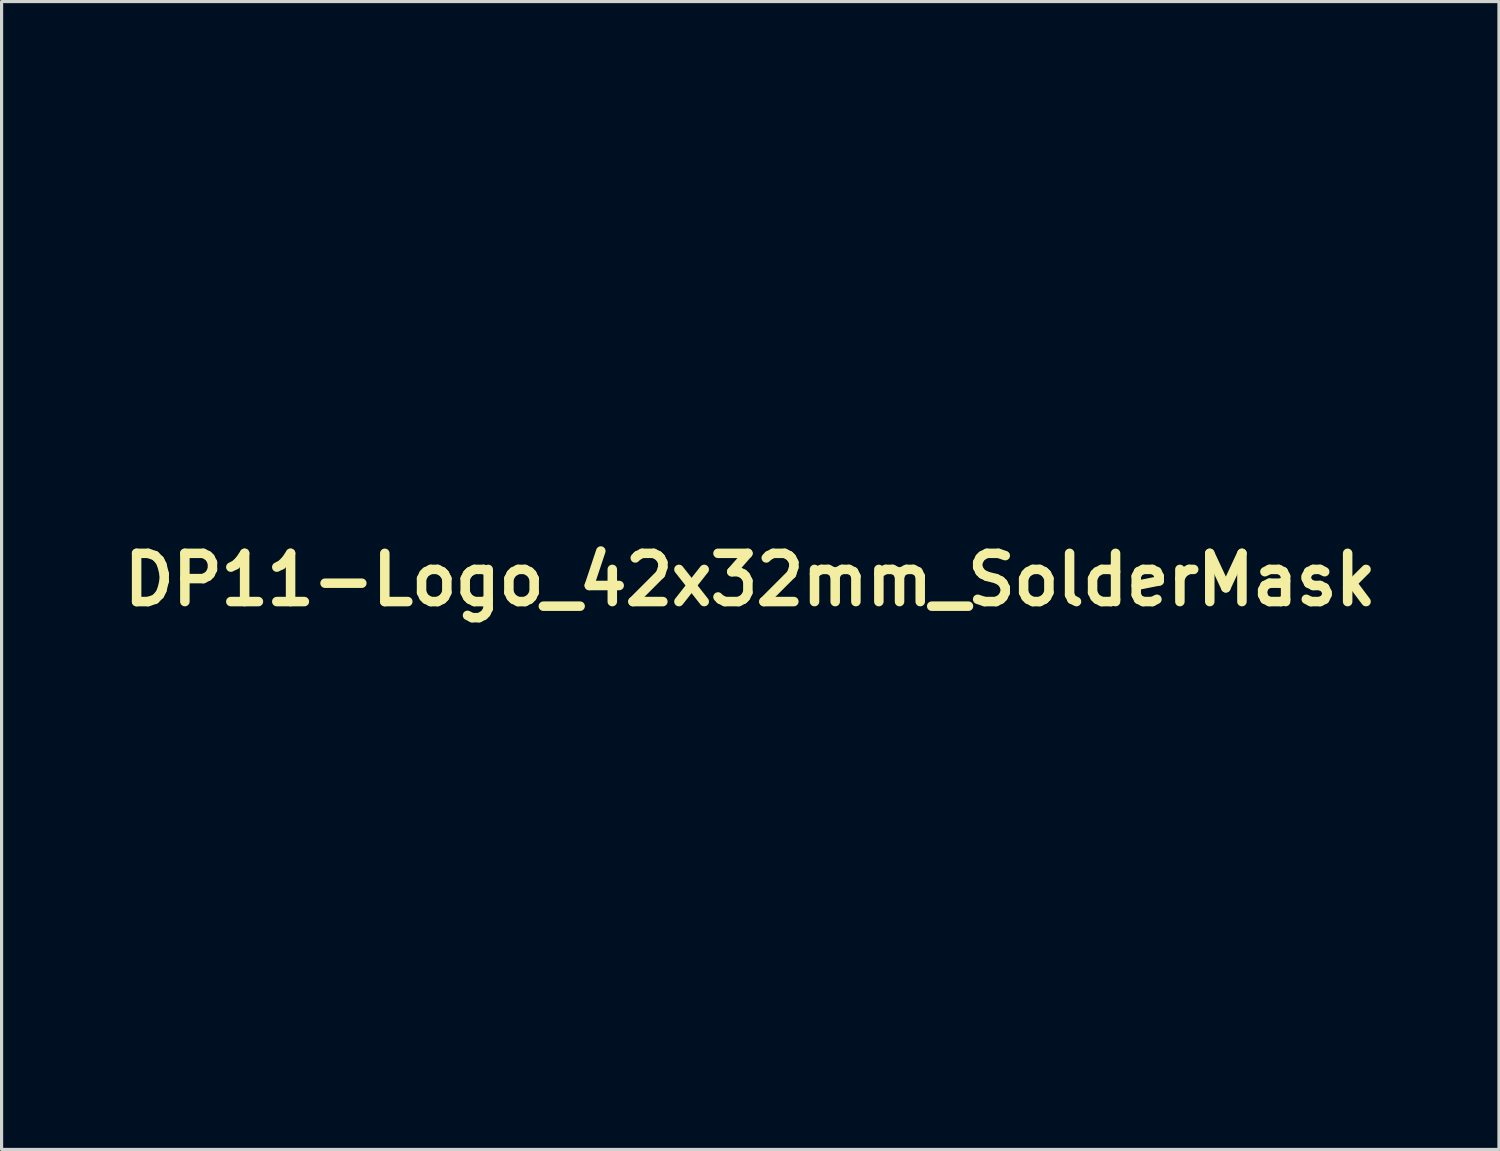
<source format=kicad_pcb>
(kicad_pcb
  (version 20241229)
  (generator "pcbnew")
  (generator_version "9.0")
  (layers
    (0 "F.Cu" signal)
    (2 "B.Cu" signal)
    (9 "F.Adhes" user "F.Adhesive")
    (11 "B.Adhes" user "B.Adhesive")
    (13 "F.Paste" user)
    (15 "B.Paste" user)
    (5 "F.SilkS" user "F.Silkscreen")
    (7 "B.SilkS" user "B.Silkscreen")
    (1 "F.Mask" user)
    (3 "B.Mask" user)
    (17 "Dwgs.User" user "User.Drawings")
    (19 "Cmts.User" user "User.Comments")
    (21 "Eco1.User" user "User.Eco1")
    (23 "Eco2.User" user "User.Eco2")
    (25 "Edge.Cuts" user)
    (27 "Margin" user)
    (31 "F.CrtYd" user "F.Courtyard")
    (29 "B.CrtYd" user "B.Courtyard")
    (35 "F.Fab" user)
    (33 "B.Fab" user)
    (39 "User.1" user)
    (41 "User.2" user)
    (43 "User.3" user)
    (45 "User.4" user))
  (footprint "DP11-Logo_42x32mm_SolderMask"
    (layer "F.Cu")
    (at 20.641 15.259)
    (property "Reference" "DP11-Logo_42x32mm_SolderMask" (at 0 0 0) (layer "F.SilkS") (effects (font (size 1.524 1.524) (thickness 0.3))))
    (attr through_hole)
    (fp_poly (pts (xy 9.244 2.793) (xy 9.297 2.9) (xy 9.264 3.026) (xy 9.186 3.048) (xy 9.079 2.987) (xy 9.074 2.917) (xy 9.148 2.786) (xy 9.244 2.793)) (stroke (width 0.01) (type solid)) (fill yes) (layer "F.Mask"))
    (fp_poly (pts (xy -4.744 9.97) (xy -4.741 9.991) (xy -4.806 10.073) (xy -4.826 10.075) (xy -4.908 10.011) (xy -4.911 9.991) (xy -4.846 9.908) (xy -4.826 9.906) (xy -4.744 9.97)) (stroke (width 0.01) (type solid)) (fill yes) (layer "F.Mask"))
    (fp_poly (pts (xy 19.217 2.52) (xy 19.219 2.54) (xy 19.155 2.622) (xy 19.135 2.625) (xy 19.052 2.56) (xy 19.05 2.54) (xy 19.114 2.458) (xy 19.135 2.455) (xy 19.217 2.52)) (stroke (width 0.01) (type solid)) (fill yes) (layer "F.Mask"))
    (fp_poly (pts (xy 15.005 1.524) (xy 15.071 1.646) (xy 15.071 1.651) (xy 15.003 1.775) (xy 14.851 1.815) (xy 14.73 1.777) (xy 14.659 1.693) (xy 14.722 1.578) (xy 14.864 1.496) (xy 15.005 1.524)) (stroke (width 0.01) (type solid)) (fill yes) (layer "F.Mask"))
    (fp_poly (pts (xy 11.658 6.828) (xy 11.718 6.977) (xy 11.67 7.133) (xy 11.532 7.266) (xy 11.362 7.243) (xy 11.262 7.155) (xy 11.193 6.977) (xy 11.268 6.834) (xy 11.459 6.773) (xy 11.463 6.773) (xy 11.658 6.828)) (stroke (width 0.01) (type solid)) (fill yes) (layer "F.Mask"))
    (fp_poly (pts (xy -8.748 6.997) (xy -8.904 7.163) (xy -9.062 7.283) (xy -9.223 7.379) (xy -9.309 7.391) (xy -9.313 7.379) (xy -9.257 7.281) (xy -9.122 7.141) (xy -8.958 7.001) (xy -8.814 6.905) (xy -8.744 6.891) (xy -8.748 6.997)) (stroke (width 0.01) (type solid)) (fill yes) (layer "F.Mask"))
    (fp_poly (pts (xy 10.645 5.207) (xy 10.635 5.364) (xy 10.618 5.395) (xy 10.468 5.544) (xy 10.283 5.538) (xy 10.266 5.532) (xy 10.169 5.423) (xy 10.181 5.268) (xy 10.289 5.141) (xy 10.338 5.12) (xy 10.533 5.113) (xy 10.645 5.207)) (stroke (width 0.01) (type solid)) (fill yes) (layer "F.Mask"))
    (fp_poly (pts (xy 9.485 7.446) (xy 9.632 7.537) (xy 9.815 7.678) (xy 9.992 7.835) (xy 10.12 7.973) (xy 10.16 8.05) (xy 10.126 8.12) (xy 10.014 8.077) (xy 9.811 7.915) (xy 9.71 7.824) (xy 9.533 7.639) (xy 9.428 7.493) (xy 9.415 7.441) (xy 9.485 7.446)) (stroke (width 0.01) (type solid)) (fill yes) (layer "F.Mask"))
    (fp_poly (pts (xy 18.064 6.139) (xy 18.246 6.204) (xy 18.464 6.297) (xy 18.662 6.393) (xy 18.782 6.468) (xy 18.796 6.487) (xy 18.753 6.575) (xy 18.645 6.745) (xy 18.508 6.949) (xy 18.374 7.137) (xy 18.277 7.26) (xy 18.252 7.281) (xy 18.219 7.206) (xy 18.159 7.008) (xy 18.086 6.73) (xy 18.083 6.72) (xy 18.017 6.435) (xy 17.978 6.223) (xy 17.975 6.127) (xy 17.975 6.127) (xy 18.064 6.139)) (stroke (width 0.01) (type solid)) (fill yes) (layer "F.Mask"))
    (fp_poly (pts (xy 11.092 5.906) (xy 11.226 6.063) (xy 11.265 6.259) (xy 11.192 6.441) (xy 11.097 6.516) (xy 10.896 6.595) (xy 10.749 6.554) (xy 10.639 6.449) (xy 10.517 6.225) (xy 10.519 6.209) (xy 10.866 6.209) (xy 10.877 6.259) (xy 10.922 6.265) (xy 10.992 6.234) (xy 10.978 6.209) (xy 10.878 6.199) (xy 10.866 6.209) (xy 10.519 6.209) (xy 10.539 6.021) (xy 10.688 5.88) (xy 10.88 5.842) (xy 11.092 5.906)) (stroke (width 0.01) (type solid)) (fill yes) (layer "F.Mask"))
    (fp_poly (pts (xy 13.284 5.615) (xy 13.288 5.652) (xy 13.223 5.731) (xy 13.062 5.874) (xy 12.848 6.045) (xy 12.625 6.212) (xy 12.436 6.341) (xy 12.337 6.394) (xy 12.221 6.358) (xy 12.083 6.221) (xy 12.078 6.215) (xy 11.976 6.032) (xy 11.988 5.946) (xy 12.097 5.978) (xy 12.19 6.052) (xy 12.292 6.131) (xy 12.385 6.142) (xy 12.515 6.069) (xy 12.728 5.901) (xy 12.734 5.896) (xy 13.011 5.689) (xy 13.198 5.594) (xy 13.284 5.615)) (stroke (width 0.01) (type solid)) (fill yes) (layer "F.Mask"))
    (fp_poly (pts (xy 17.743 4.928) (xy 17.955 4.962) (xy 18.243 5.018) (xy 18.562 5.086) (xy 18.867 5.157) (xy 19.115 5.222) (xy 19.261 5.27) (xy 19.279 5.281) (xy 19.281 5.383) (xy 19.227 5.582) (xy 19.138 5.822) (xy 19.034 6.049) (xy 18.942 6.199) (xy 18.865 6.267) (xy 18.759 6.27) (xy 18.576 6.204) (xy 18.415 6.13) (xy 18.169 6.014) (xy 17.987 5.932) (xy 17.926 5.906) (xy 17.872 5.819) (xy 17.801 5.626) (xy 17.729 5.383) (xy 17.671 5.147) (xy 17.644 4.976) (xy 17.651 4.927) (xy 17.743 4.928)) (stroke (width 0.01) (type solid)) (fill yes) (layer "F.Mask"))
    (fp_poly (pts (xy 13.524 2.982) (xy 13.714 3.061) (xy 13.92 3.233) (xy 13.98 3.292) (xy 14.176 3.506) (xy 14.274 3.687) (xy 14.306 3.909) (xy 14.309 4.043) (xy 14.243 4.47) (xy 14.04 4.801) (xy 13.713 5.039) (xy 13.371 5.143) (xy 13.007 5.141) (xy 12.869 5.105) (xy 12.731 5.021) (xy 12.539 4.865) (xy 12.473 4.804) (xy 12.232 4.479) (xy 12.173 4.261) (xy 12.512 4.261) (xy 12.611 4.492) (xy 12.813 4.685) (xy 12.871 4.717) (xy 13.224 4.819) (xy 13.548 4.766) (xy 13.762 4.618) (xy 13.893 4.414) (xy 13.967 4.156) (xy 13.979 3.897) (xy 13.926 3.693) (xy 13.836 3.607) (xy 13.511 3.558) (xy 13.154 3.616) (xy 12.825 3.763) (xy 12.584 3.977) (xy 12.542 4.044) (xy 12.512 4.261) (xy 12.173 4.261) (xy 12.135 4.123) (xy 12.171 3.768) (xy 12.324 3.445) (xy 12.581 3.183) (xy 12.93 3.013) (xy 13.281 2.964) (xy 13.524 2.982)) (stroke (width 0.01) (type solid)) (fill yes) (layer "F.Mask"))
    (fp_poly (pts (xy -12.256 11.504) (xy -12.154 11.618) (xy -12.058 11.781) (xy -12.039 11.922) (xy -12.109 12.09) (xy -12.276 12.33) (xy -12.323 12.391) (xy -12.557 12.652) (xy -12.772 12.769) (xy -13.007 12.757) (xy -13.166 12.698) (xy -13.346 12.591) (xy -13.557 12.434) (xy -13.575 12.419) (xy -13.652 12.354) (xy -13.208 12.354) (xy -13.133 12.456) (xy -12.942 12.518) (xy -12.88 12.524) (xy -12.808 12.505) (xy -12.864 12.41) (xy -12.869 12.404) (xy -13.004 12.304) (xy -13.138 12.28) (xy -13.207 12.343) (xy -13.208 12.354) (xy -13.652 12.354) (xy -13.815 12.217) (xy -13.331 11.907) (xy -12.772 11.907) (xy -12.755 11.977) (xy -12.666 12.066) (xy -12.528 12.105) (xy -12.411 12.088) (xy -12.38 12.009) (xy -12.38 12.008) (xy -12.473 11.881) (xy -12.615 11.791) (xy -12.735 11.779) (xy -12.749 11.789) (xy -12.772 11.907) (xy -13.331 11.907) (xy -13.2 11.823) (xy -12.835 11.601) (xy -12.576 11.478) (xy -12.392 11.447) (xy -12.256 11.504)) (stroke (width 0.01) (type solid)) (fill yes) (layer "F.Mask"))
    (fp_poly (pts (xy -11.33 1.843) (xy -10.961 2.067) (xy -10.873 2.149) (xy -10.616 2.503) (xy -10.525 2.882) (xy -10.6 3.276) (xy -10.638 3.361) (xy -10.887 3.708) (xy -11.218 3.944) (xy -11.595 4.051) (xy -11.979 4.014) (xy -12.065 3.983) (xy -12.229 3.878) (xy -12.431 3.702) (xy -12.488 3.644) (xy -12.644 3.453) (xy -12.719 3.259) (xy -12.742 2.989) (xy -12.742 2.92) (xy -12.741 2.901) (xy -12.43 2.901) (xy -12.383 3.222) (xy -12.21 3.481) (xy -11.951 3.656) (xy -11.645 3.727) (xy -11.332 3.669) (xy -11.195 3.594) (xy -11.036 3.41) (xy -11.038 3.19) (xy -11.201 2.929) (xy -11.299 2.823) (xy -11.499 2.644) (xy -11.673 2.563) (xy -11.904 2.551) (xy -11.998 2.556) (xy -12.242 2.578) (xy -12.365 2.628) (xy -12.413 2.744) (xy -12.43 2.901) (xy -12.741 2.901) (xy -12.729 2.632) (xy -12.668 2.433) (xy -12.529 2.247) (xy -12.451 2.165) (xy -12.092 1.892) (xy -11.712 1.785) (xy -11.33 1.843)) (stroke (width 0.01) (type solid)) (fill yes) (layer "F.Mask"))
    (fp_poly (pts (xy -9.688 7.828) (xy -9.596 7.945) (xy -9.585 7.961) (xy -9.542 8.062) (xy -9.555 8.178) (xy -9.638 8.343) (xy -9.806 8.596) (xy -9.881 8.702) (xy -10.142 9.066) (xy -10.333 9.306) (xy -10.478 9.441) (xy -10.601 9.486) (xy -10.727 9.46) (xy -10.858 9.391) (xy -10.97 9.305) (xy -10.982 9.238) (xy -10.668 9.238) (xy -10.599 9.305) (xy -10.541 9.313) (xy -10.429 9.247) (xy -10.414 9.189) (xy -10.47 9.104) (xy -10.541 9.113) (xy -10.653 9.196) (xy -10.668 9.238) (xy -10.982 9.238) (xy -10.988 9.206) (xy -10.902 9.06) (xy -10.703 8.833) (xy -10.689 8.818) (xy -10.439 8.541) (xy -10.298 8.377) (xy -10.075 8.377) (xy -10.014 8.463) (xy -9.991 8.467) (xy -9.908 8.438) (xy -9.906 8.429) (xy -9.965 8.357) (xy -9.991 8.34) (xy -10.069 8.346) (xy -10.075 8.377) (xy -10.298 8.377) (xy -10.181 8.241) (xy -10.092 8.134) (xy -9.902 7.911) (xy -9.778 7.813) (xy -9.688 7.828)) (stroke (width 0.01) (type solid)) (fill yes) (layer "F.Mask"))
    (fp_poly (pts (xy 11.844 4.138) (xy 11.914 4.32) (xy 11.935 4.392) (xy 12.116 4.817) (xy 12.411 5.127) (xy 12.694 5.289) (xy 12.902 5.397) (xy 13.024 5.489) (xy 13.039 5.516) (xy 12.971 5.576) (xy 12.816 5.578) (xy 12.645 5.522) (xy 12.62 5.508) (xy 12.483 5.497) (xy 12.278 5.608) (xy 12.184 5.679) (xy 11.995 5.824) (xy 11.867 5.913) (xy 11.841 5.926) (xy 11.781 5.861) (xy 11.666 5.7) (xy 11.614 5.621) (xy 11.5 5.405) (xy 11.477 5.279) (xy 11.535 5.263) (xy 11.663 5.38) (xy 11.707 5.436) (xy 11.881 5.665) (xy 12.123 5.492) (xy 12.366 5.319) (xy 12.156 5.155) (xy 11.982 4.959) (xy 11.845 4.709) (xy 11.841 4.696) (xy 11.749 4.481) (xy 11.664 4.418) (xy 11.547 4.493) (xy 11.472 4.572) (xy 11.311 4.712) (xy 11.204 4.73) (xy 11.176 4.655) (xy 11.234 4.554) (xy 11.376 4.396) (xy 11.55 4.23) (xy 11.707 4.105) (xy 11.787 4.066) (xy 11.844 4.138)) (stroke (width 0.01) (type solid)) (fill yes) (layer "F.Mask"))
    (fp_poly (pts (xy 5.445 9.242) (xy 5.802 9.483) (xy 6.202 9.838) (xy 6.611 10.271) (xy 6.997 10.745) (xy 7.326 11.223) (xy 7.503 11.535) (xy 7.646 11.864) (xy 7.776 12.243) (xy 7.827 12.426) (xy 7.87 12.667) (xy 7.911 12.999) (xy 7.947 13.387) (xy 7.975 13.796) (xy 7.995 14.194) (xy 8.005 14.544) (xy 8.001 14.812) (xy 7.984 14.964) (xy 7.968 14.986) (xy 7.897 14.922) (xy 7.751 14.748) (xy 7.554 14.493) (xy 7.385 14.266) (xy 7.144 13.941) (xy 6.971 13.731) (xy 6.838 13.612) (xy 6.718 13.559) (xy 6.586 13.547) (xy 6.292 13.615) (xy 5.925 13.812) (xy 5.865 13.853) (xy 5.593 14.018) (xy 5.381 14.104) (xy 5.289 14.108) (xy 5.185 14.008) (xy 5.05 13.8) (xy 4.94 13.584) (xy 4.807 13.326) (xy 4.681 13.136) (xy 4.605 13.066) (xy 4.465 13.058) (xy 4.216 13.083) (xy 3.936 13.13) (xy 3.591 13.186) (xy 3.376 13.178) (xy 3.258 13.091) (xy 3.205 12.91) (xy 3.194 12.791) (xy 3.175 12.514) (xy 2.832 12.903) (xy 2.577 13.164) (xy 2.401 13.279) (xy 2.305 13.249) (xy 2.287 13.145) (xy 2.314 12.886) (xy 2.385 12.524) (xy 2.487 12.104) (xy 2.607 11.674) (xy 2.732 11.278) (xy 2.85 10.964) (xy 2.933 10.801) (xy 3.383 10.185) (xy 3.835 9.705) (xy 4.28 9.368) (xy 4.709 9.177) (xy 5.112 9.14) (xy 5.445 9.242)) (stroke (width 0.01) (type solid)) (fill yes) (layer "F.Mask"))
    (fp_poly (pts (xy 13.651 2.477) (xy 13.96 2.542) (xy 14.038 2.575) (xy 14.4 2.842) (xy 14.7 3.211) (xy 14.907 3.63) (xy 14.986 4.047) (xy 14.986 4.06) (xy 14.969 4.301) (xy 14.906 4.526) (xy 14.782 4.757) (xy 14.581 5.014) (xy 14.289 5.318) (xy 13.888 5.691) (xy 13.548 5.993) (xy 13.168 6.32) (xy 12.827 6.605) (xy 12.547 6.829) (xy 12.35 6.974) (xy 12.258 7.025) (xy 12.175 6.958) (xy 12.013 6.775) (xy 11.791 6.499) (xy 11.527 6.152) (xy 11.303 5.847) (xy 11.022 5.452) (xy 10.778 5.101) (xy 10.587 4.816) (xy 10.467 4.624) (xy 10.432 4.555) (xy 10.44 4.54) (xy 10.734 4.54) (xy 11.519 5.618) (xy 12.304 6.696) (xy 12.565 6.451) (xy 12.732 6.299) (xy 12.992 6.068) (xy 13.307 5.791) (xy 13.631 5.508) (xy 13.952 5.216) (xy 14.232 4.938) (xy 14.441 4.703) (xy 14.55 4.544) (xy 14.55 4.543) (xy 14.646 4.13) (xy 14.596 3.728) (xy 14.424 3.363) (xy 14.152 3.061) (xy 13.803 2.847) (xy 13.4 2.746) (xy 12.967 2.784) (xy 12.962 2.785) (xy 12.805 2.835) (xy 12.649 2.909) (xy 12.471 3.022) (xy 12.251 3.19) (xy 11.967 3.429) (xy 11.598 3.756) (xy 11.23 4.089) (xy 10.734 4.54) (xy 10.44 4.54) (xy 10.483 4.456) (xy 10.64 4.273) (xy 10.877 4.029) (xy 11.168 3.747) (xy 11.489 3.45) (xy 11.814 3.162) (xy 12.117 2.907) (xy 12.374 2.707) (xy 12.56 2.585) (xy 12.591 2.57) (xy 12.896 2.491) (xy 13.273 2.46) (xy 13.651 2.477)) (stroke (width 0.01) (type solid)) (fill yes) (layer "F.Mask"))
    (fp_poly (pts (xy 6.576 5.332) (xy 6.806 5.488) (xy 7.124 5.728) (xy 7.601 6.109) (xy 8.127 6.557) (xy 8.685 7.051) (xy 9.253 7.574) (xy 9.814 8.107) (xy 10.347 8.631) (xy 10.834 9.127) (xy 11.255 9.576) (xy 11.59 9.96) (xy 11.821 10.26) (xy 11.867 10.331) (xy 12.189 10.883) (xy 12.51 11.474) (xy 12.82 12.08) (xy 13.106 12.675) (xy 13.357 13.235) (xy 13.562 13.735) (xy 13.71 14.151) (xy 13.79 14.458) (xy 13.801 14.564) (xy 13.735 14.719) (xy 13.576 14.783) (xy 13.38 14.745) (xy 13.278 14.677) (xy 13.079 14.568) (xy 12.911 14.547) (xy 12.736 14.523) (xy 12.474 14.436) (xy 12.212 14.319) (xy 11.935 14.185) (xy 11.759 14.125) (xy 11.64 14.129) (xy 11.532 14.187) (xy 11.389 14.363) (xy 11.33 14.542) (xy 11.276 14.716) (xy 11.137 14.773) (xy 11.091 14.774) (xy 10.97 14.747) (xy 10.841 14.648) (xy 10.68 14.454) (xy 10.463 14.138) (xy 10.442 14.106) (xy 10.206 13.754) (xy 10.031 13.521) (xy 9.89 13.384) (xy 9.754 13.317) (xy 9.597 13.295) (xy 9.535 13.294) (xy 9.271 13.373) (xy 9.005 13.602) (xy 8.754 13.959) (xy 8.548 14.394) (xy 8.429 14.669) (xy 8.32 14.872) (xy 8.245 14.961) (xy 8.201 14.898) (xy 8.162 14.675) (xy 8.13 14.288) (xy 8.104 13.782) (xy 8.074 13.209) (xy 8.033 12.767) (xy 7.975 12.415) (xy 7.896 12.117) (xy 7.873 12.046) (xy 7.658 11.545) (xy 7.363 11.032) (xy 7.011 10.53) (xy 6.621 10.062) (xy 6.214 9.649) (xy 5.813 9.317) (xy 5.437 9.086) (xy 5.108 8.979) (xy 5.038 8.975) (xy 4.709 9.037) (xy 4.326 9.206) (xy 3.936 9.454) (xy 3.588 9.755) (xy 3.559 9.785) (xy 3.368 9.98) (xy 3.226 10.107) (xy 3.168 10.139) (xy 3.194 10.057) (xy 3.286 9.853) (xy 3.432 9.553) (xy 3.619 9.186) (xy 3.71 9.01) (xy 4.023 8.431) (xy 4.34 7.879) (xy 4.65 7.373) (xy 4.939 6.932) (xy 5.194 6.576) (xy 5.403 6.323) (xy 5.552 6.194) (xy 5.594 6.181) (xy 5.675 6.238) (xy 5.844 6.393) (xy 6.077 6.62) (xy 6.278 6.824) (xy 6.58 7.126) (xy 6.965 7.496) (xy 7.386 7.89) (xy 7.798 8.265) (xy 7.869 8.327) (xy 8.623 9) (xy 9.262 9.58) (xy 9.8 10.08) (xy 10.251 10.515) (xy 10.629 10.9) (xy 10.949 11.25) (xy 11.226 11.578) (xy 11.473 11.901) (xy 11.704 12.231) (xy 11.706 12.234) (xy 11.9 12.521) (xy 12.019 12.692) (xy 12.085 12.775) (xy 12.121 12.793) (xy 12.149 12.772) (xy 12.159 12.761) (xy 12.141 12.667) (xy 12.031 12.469) (xy 11.848 12.194) (xy 11.61 11.865) (xy 11.334 11.508) (xy 11.04 11.15) (xy 10.806 10.882) (xy 10.568 10.633) (xy 10.231 10.299) (xy 9.822 9.907) (xy 9.369 9.485) (xy 8.902 9.06) (xy 8.732 8.908) (xy 8.254 8.479) (xy 7.767 8.038) (xy 7.304 7.613) (xy 6.896 7.233) (xy 6.574 6.927) (xy 6.497 6.851) (xy 5.754 6.123) (xy 6.052 5.807) (xy 6.223 5.603) (xy 6.331 5.432) (xy 6.35 5.37) (xy 6.368 5.282) (xy 6.437 5.266) (xy 6.576 5.332)) (stroke (width 0.01) (type solid)) (fill yes) (layer "F.Mask"))
    (fp_poly (pts (xy -6.966 7.775) (xy -6.667 7.896) (xy -6.313 8.102) (xy -5.99 8.393) (xy -5.677 8.791) (xy -5.355 9.32) (xy -5.204 9.601) (xy -5.043 9.917) (xy -4.915 10.173) (xy -4.84 10.335) (xy -4.826 10.372) (xy -4.895 10.41) (xy -4.95 10.414) (xy -5.081 10.452) (xy -5.325 10.556) (xy -5.649 10.708) (xy -6.018 10.89) (xy -6.399 11.087) (xy -6.756 11.28) (xy -7.056 11.452) (xy -7.197 11.541) (xy -7.435 11.715) (xy -7.704 11.938) (xy -7.974 12.18) (xy -8.212 12.411) (xy -8.387 12.602) (xy -8.465 12.721) (xy -8.467 12.732) (xy -8.411 12.713) (xy -8.262 12.597) (xy -8.045 12.404) (xy -7.913 12.28) (xy -7.621 12.014) (xy -7.419 11.86) (xy -7.317 11.814) (xy -7.324 11.875) (xy -7.447 12.042) (xy -7.698 12.312) (xy -7.707 12.321) (xy -7.914 12.539) (xy -8.055 12.701) (xy -8.104 12.781) (xy -8.1 12.785) (xy -8.012 12.729) (xy -7.843 12.583) (xy -7.629 12.378) (xy -7.627 12.376) (xy -7.277 12.053) (xy -6.862 11.711) (xy -6.414 11.373) (xy -5.967 11.063) (xy -5.554 10.803) (xy -5.209 10.619) (xy -5.024 10.546) (xy -4.887 10.544) (xy -4.73 10.635) (xy -4.514 10.841) (xy -4.495 10.862) (xy -4.167 11.235) (xy -3.82 11.668) (xy -3.488 12.117) (xy -3.204 12.536) (xy -3 12.88) (xy -2.989 12.902) (xy -2.774 13.327) (xy -3.017 13.521) (xy -3.2 13.728) (xy -3.232 13.892) (xy -3.27 14.097) (xy -3.407 14.285) (xy -3.589 14.388) (xy -3.634 14.393) (xy -3.765 14.345) (xy -3.984 14.217) (xy -4.246 14.036) (xy -4.277 14.013) (xy -4.661 13.74) (xy -4.958 13.577) (xy -5.203 13.513) (xy -5.43 13.542) (xy -5.675 13.655) (xy -5.698 13.668) (xy -5.963 13.797) (xy -6.21 13.875) (xy -6.298 13.885) (xy -6.54 13.955) (xy -6.724 14.097) (xy -6.877 14.235) (xy -7.031 14.291) (xy -7.225 14.262) (xy -7.494 14.145) (xy -7.762 14.001) (xy -8.312 13.693) (xy -8.674 13.874) (xy -8.916 13.982) (xy -9.111 14.047) (xy -9.165 14.055) (xy -9.307 14.123) (xy -9.344 14.182) (xy -9.463 14.303) (xy -9.658 14.3) (xy -9.898 14.181) (xy -10.15 13.96) (xy -10.473 13.611) (xy -10.918 13.917) (xy -11.166 14.077) (xy -11.366 14.188) (xy -11.466 14.224) (xy -11.654 14.146) (xy -11.865 13.929) (xy -11.97 13.776) (xy -12.163 13.553) (xy -12.419 13.439) (xy -12.767 13.425) (xy -13.056 13.465) (xy -13.419 13.511) (xy -13.629 13.491) (xy -13.662 13.472) (xy -13.821 13.436) (xy -13.888 13.466) (xy -14.075 13.532) (xy -14.193 13.545) (xy -14.342 13.492) (xy -14.432 13.318) (xy -14.473 13.005) (xy -14.477 12.84) (xy -14.451 12.607) (xy -14.383 12.349) (xy -14.293 12.118) (xy -14.201 11.968) (xy -14.151 11.939) (xy -13.993 12.006) (xy -13.923 12.151) (xy -13.934 12.22) (xy -13.939 12.337) (xy -13.898 12.361) (xy -13.782 12.418) (xy -13.624 12.555) (xy -13.614 12.566) (xy -13.407 12.718) (xy -13.131 12.844) (xy -13.051 12.868) (xy -12.804 12.92) (xy -12.651 12.907) (xy -12.537 12.833) (xy -12.356 12.745) (xy -12.098 12.701) (xy -12.051 12.7) (xy -11.813 12.679) (xy -11.679 12.598) (xy -11.617 12.493) (xy -11.509 12.361) (xy -11.293 12.168) (xy -11.003 11.944) (xy -10.773 11.783) (xy -10.191 11.355) (xy -9.743 10.935) (xy -9.401 10.487) (xy -9.138 9.976) (xy -8.98 9.546) (xy -8.902 9.346) (xy -8.834 9.238) (xy -8.82 9.232) (xy -8.765 9.306) (xy -8.661 9.502) (xy -8.522 9.788) (xy -8.366 10.128) (xy -8.207 10.49) (xy -8.062 10.84) (xy -8.055 10.858) (xy -7.939 11.031) (xy -7.812 11.09) (xy -7.657 11.047) (xy -7.402 10.936) (xy -7.087 10.78) (xy -6.756 10.601) (xy -6.448 10.421) (xy -6.206 10.263) (xy -6.071 10.149) (xy -6.062 10.138) (xy -6.025 10.015) (xy -6.067 9.85) (xy -6.2 9.598) (xy -6.206 9.587) (xy -6.37 9.291) (xy -6.558 8.927) (xy -6.699 8.636) (xy -6.846 8.339) (xy -6.986 8.087) (xy -7.089 7.937) (xy -7.185 7.795) (xy -7.142 7.741) (xy -6.966 7.775)) (stroke (width 0.01) (type solid)) (fill yes) (layer "F.Mask"))
    (fp_poly (pts (xy -7.22 8.024) (xy -7.128 8.129) (xy -7.01 8.339) (xy -6.874 8.613) (xy -6.689 8.98) (xy -6.496 9.348) (xy -6.332 9.645) (xy -6.311 9.681) (xy -6.178 9.926) (xy -6.133 10.069) (xy -6.166 10.151) (xy -6.189 10.168) (xy -6.324 10.246) (xy -6.555 10.371) (xy -6.844 10.523) (xy -7.15 10.681) (xy -7.437 10.827) (xy -7.666 10.941) (xy -7.797 11.001) (xy -7.814 11.007) (xy -7.865 10.936) (xy -7.94 10.762) (xy -7.952 10.732) (xy -8.033 10.535) (xy -8.089 10.414) (xy -7.869 10.414) (xy -7.846 10.46) (xy -7.8 10.52) (xy -7.65 10.654) (xy -7.528 10.626) (xy -7.485 10.57) (xy -7.475 10.513) (xy -7.526 10.535) (xy -7.666 10.54) (xy -7.772 10.485) (xy -7.869 10.414) (xy -8.089 10.414) (xy -8.117 10.355) (xy -7.379 10.355) (xy -7.321 10.314) (xy -7.158 10.137) (xy -7.135 10.104) (xy -6.999 10.104) (xy -6.987 10.154) (xy -6.943 10.16) (xy -6.873 10.129) (xy -6.882 10.111) (xy -6.592 10.111) (xy -6.572 10.156) (xy -6.524 10.16) (xy -6.41 10.099) (xy -6.393 10.076) (xy -6.407 10.028) (xy -6.473 10.043) (xy -6.592 10.111) (xy -6.882 10.111) (xy -6.886 10.104) (xy -6.987 10.093) (xy -6.999 10.104) (xy -7.135 10.104) (xy -7.006 9.92) (xy -6.975 9.864) (xy -6.519 9.864) (xy -6.477 9.906) (xy -6.435 9.864) (xy -6.477 9.821) (xy -6.519 9.864) (xy -6.975 9.864) (xy -6.912 9.752) (xy -6.913 9.694) (xy -7.014 9.709) (xy -7.046 9.717) (xy -7.152 9.766) (xy -7.132 9.801) (xy -7.106 9.885) (xy -7.21 10.077) (xy -7.259 10.146) (xy -7.374 10.313) (xy -7.379 10.355) (xy -8.117 10.355) (xy -8.171 10.239) (xy -8.34 9.892) (xy -8.409 9.757) (xy -8.092 9.757) (xy -8.088 9.85) (xy -8.034 10.032) (xy -8.027 10.049) (xy -7.944 10.218) (xy -7.862 10.24) (xy -7.825 10.213) (xy -7.767 10.128) (xy -7.836 10.091) (xy -7.953 9.997) (xy -8.005 9.894) (xy -8.019 9.864) (xy -7.366 9.864) (xy -7.324 9.906) (xy -7.281 9.864) (xy -7.324 9.821) (xy -7.366 9.864) (xy -8.019 9.864) (xy -8.061 9.772) (xy -8.092 9.757) (xy -8.409 9.757) (xy -8.431 9.713) (xy -8.481 9.61) (xy -8.213 9.61) (xy -8.17 9.652) (xy -8.128 9.61) (xy -8.136 9.602) (xy -6.748 9.602) (xy -6.689 9.652) (xy -6.554 9.728) (xy -6.536 9.699) (xy -6.562 9.652) (xy -6.685 9.572) (xy -6.715 9.569) (xy -6.748 9.602) (xy -8.136 9.602) (xy -8.17 9.567) (xy -8.213 9.61) (xy -8.481 9.61) (xy -8.562 9.44) (xy -8.297 9.44) (xy -8.255 9.483) (xy -8.213 9.44) (xy -8.255 9.398) (xy -8.297 9.44) (xy -8.562 9.44) (xy -8.603 9.356) (xy -6.773 9.356) (xy -6.731 9.398) (xy -6.689 9.356) (xy -6.731 9.313) (xy -6.773 9.356) (xy -8.603 9.356) (xy -8.63 9.3) (xy -8.727 9.032) (xy -8.46 9.032) (xy -8.414 9.183) (xy -8.351 9.281) (xy -8.321 9.281) (xy -8.326 9.186) (xy -6.858 9.186) (xy -6.816 9.229) (xy -6.773 9.186) (xy -6.816 9.144) (xy -6.858 9.186) (xy -8.326 9.186) (xy -8.326 9.186) (xy -8.372 9.087) (xy -8.424 9.017) (xy -6.943 9.017) (xy -6.9 9.059) (xy -6.858 9.017) (xy -6.9 8.975) (xy -6.943 9.017) (xy -8.424 9.017) (xy -8.447 8.987) (xy -8.46 9.032) (xy -8.727 9.032) (xy -8.732 9.018) (xy -8.738 8.86) (xy -8.651 8.822) (xy -8.581 8.841) (xy -8.501 8.842) (xy -8.513 8.799) (xy -8.505 8.667) (xy -8.37 8.501) (xy -8.237 8.399) (xy -7.193 8.399) (xy -7.166 8.517) (xy -7.096 8.676) (xy -7.019 8.812) (xy -6.966 8.856) (xy -6.965 8.856) (xy -6.976 8.766) (xy -7.052 8.595) (xy -7.06 8.58) (xy -7.148 8.434) (xy -7.192 8.394) (xy -7.193 8.399) (xy -8.237 8.399) (xy -8.142 8.326) (xy -8.015 8.255) (xy -7.281 8.255) (xy -7.239 8.297) (xy -7.197 8.255) (xy -7.239 8.213) (xy -7.281 8.255) (xy -8.015 8.255) (xy -7.852 8.164) (xy -7.533 8.04) (xy -7.429 8.011) (xy -7.312 7.993) (xy -7.22 8.024)) (stroke (width 0.01) (type solid)) (fill yes) (layer "F.Mask"))
    (fp_poly (pts (xy -0.152 -15.252) (xy 0.111 -15.148) (xy 0.507 -14.94) (xy 0.582 -14.898) (xy 0.995 -14.653) (xy 1.253 -14.473) (xy 1.358 -14.36) (xy 1.309 -14.311) (xy 1.271 -14.309) (xy 1.164 -14.35) (xy 0.954 -14.46) (xy 0.682 -14.616) (xy 0.615 -14.656) (xy 0.042 -15.003) (xy 0.409 -14.624) (xy 0.617 -14.426) (xy 0.788 -14.292) (xy 0.875 -14.252) (xy 1.018 -14.24) (xy 1.243 -14.2) (xy 1.291 -14.19) (xy 1.523 -14.108) (xy 1.608 -13.989) (xy 1.609 -13.97) (xy 1.682 -13.831) (xy 1.859 -13.738) (xy 2.078 -13.706) (xy 2.277 -13.752) (xy 2.333 -13.791) (xy 2.453 -13.837) (xy 2.69 -13.886) (xy 2.985 -13.925) (xy 3.299 -13.95) (xy 3.477 -13.943) (xy 3.549 -13.9) (xy 3.554 -13.871) (xy 3.488 -13.748) (xy 3.319 -13.573) (xy 3.091 -13.381) (xy 2.845 -13.209) (xy 2.654 -13.106) (xy 2.46 -12.997) (xy 2.345 -12.892) (xy 2.228 -12.809) (xy 2.008 -12.721) (xy 1.891 -12.688) (xy 1.631 -12.6) (xy 1.478 -12.476) (xy 1.386 -12.307) (xy 1.282 -12.119) (xy 1.178 -12.023) (xy 1.163 -12.02) (xy 1.137 -11.986) (xy 1.206 -11.931) (xy 1.33 -11.782) (xy 1.355 -11.671) (xy 1.393 -11.544) (xy 1.481 -11.545) (xy 1.623 -11.516) (xy 1.745 -11.385) (xy 1.912 -11.21) (xy 2.07 -11.201) (xy 2.204 -11.351) (xy 2.248 -11.502) (xy 2.208 -11.689) (xy 2.125 -11.876) (xy 2.03 -12.09) (xy 1.986 -12.233) (xy 1.988 -12.261) (xy 2.098 -12.278) (xy 2.221 -12.158) (xy 2.333 -11.931) (xy 2.366 -11.829) (xy 2.419 -11.468) (xy 2.342 -11.203) (xy 2.129 -11.014) (xy 2.114 -11.005) (xy 1.975 -10.967) (xy 1.835 -11.035) (xy 1.726 -11.136) (xy 1.573 -11.268) (xy 1.473 -11.317) (xy 1.463 -11.313) (xy 1.446 -11.194) (xy 1.487 -10.973) (xy 1.57 -10.702) (xy 1.679 -10.432) (xy 1.796 -10.213) (xy 1.841 -10.151) (xy 1.965 -9.981) (xy 2.012 -9.868) (xy 2.007 -9.853) (xy 1.909 -9.853) (xy 1.758 -9.918) (xy 1.635 -10.008) (xy 1.608 -10.057) (xy 1.568 -10.16) (xy 1.465 -10.35) (xy 1.409 -10.447) (xy 1.209 -10.776) (xy 1.111 -10.112) (xy 1.056 -9.794) (xy 0.999 -9.546) (xy 0.951 -9.412) (xy 0.942 -9.402) (xy 0.895 -9.299) (xy 0.847 -9.08) (xy 0.817 -8.876) (xy 0.778 -8.586) (xy 0.734 -8.35) (xy 0.708 -8.256) (xy 0.689 -8.175) (xy 0.742 -8.165) (xy 0.903 -8.226) (xy 0.984 -8.261) (xy 1.366 -8.408) (xy 1.759 -8.526) (xy 2.109 -8.601) (xy 2.362 -8.618) (xy 2.371 -8.617) (xy 2.521 -8.571) (xy 2.572 -8.443) (xy 2.572 -8.337) (xy 2.561 -8.081) (xy 3.231 -8.083) (xy 3.571 -8.074) (xy 3.826 -8.044) (xy 3.956 -8.001) (xy 3.961 -7.995) (xy 4.087 -7.89) (xy 4.175 -7.847) (xy 4.277 -7.764) (xy 4.274 -7.702) (xy 4.274 -7.57) (xy 4.318 -7.493) (xy 4.376 -7.35) (xy 4.363 -7.285) (xy 4.378 -7.208) (xy 4.432 -7.197) (xy 4.508 -7.158) (xy 4.527 -7.017) (xy 4.511 -6.837) (xy 4.46 -6.585) (xy 4.37 -6.27) (xy 4.256 -5.94) (xy 4.136 -5.641) (xy 4.027 -5.418) (xy 3.955 -5.322) (xy 3.916 -5.21) (xy 3.903 -4.966) (xy 3.916 -4.644) (xy 3.932 -4.271) (xy 3.91 -4.015) (xy 3.846 -3.827) (xy 3.825 -3.789) (xy 3.689 -3.634) (xy 3.539 -3.56) (xy 3.422 -3.582) (xy 3.387 -3.676) (xy 3.314 -3.778) (xy 3.134 -3.879) (xy 3.083 -3.897) (xy 2.886 -3.979) (xy 2.817 -4.073) (xy 2.831 -4.2) (xy 2.838 -4.363) (xy 2.766 -4.403) (xy 2.604 -4.336) (xy 2.468 -4.181) (xy 2.41 -4.008) (xy 2.419 -3.952) (xy 2.422 -3.735) (xy 2.311 -3.487) (xy 2.118 -3.262) (xy 1.97 -3.159) (xy 1.79 -3.046) (xy 1.697 -2.956) (xy 1.693 -2.944) (xy 1.62 -2.898) (xy 1.442 -2.879) (xy 1.439 -2.879) (xy 1.261 -2.859) (xy 1.185 -2.811) (xy 1.185 -2.811) (xy 1.255 -2.686) (xy 1.448 -2.496) (xy 1.741 -2.262) (xy 2.11 -2.001) (xy 2.455 -1.78) (xy 2.828 -1.546) (xy 3.203 -1.298) (xy 3.52 -1.079) (xy 3.615 -1.009) (xy 4.054 -0.679) (xy 4.527 -1.403) (xy 4.733 -1.738) (xy 4.875 -2.007) (xy 4.939 -2.182) (xy 4.936 -2.228) (xy 4.906 -2.349) (xy 4.874 -2.6) (xy 4.843 -2.945) (xy 4.82 -3.302) (xy 4.772 -3.893) (xy 4.703 -4.32) (xy 4.697 -4.339) (xy 4.974 -4.339) (xy 4.976 -4.318) (xy 4.99 -4.139) (xy 5.007 -3.843) (xy 5.024 -3.485) (xy 5.03 -3.344) (xy 5.047 -2.906) (xy 5.061 -2.609) (xy 5.075 -2.427) (xy 5.091 -2.33) (xy 5.113 -2.293) (xy 5.144 -2.286) (xy 5.148 -2.286) (xy 5.261 -2.339) (xy 5.31 -2.38) (xy 5.457 -2.491) (xy 5.602 -2.576) (xy 5.717 -2.655) (xy 5.772 -2.774) (xy 5.785 -2.984) (xy 5.78 -3.137) (xy 5.732 -3.477) (xy 5.63 -3.825) (xy 5.49 -4.14) (xy 5.333 -4.384) (xy 5.177 -4.517) (xy 5.12 -4.53) (xy 4.997 -4.489) (xy 4.974 -4.339) (xy 4.697 -4.339) (xy 4.613 -4.584) (xy 4.499 -4.689) (xy 4.432 -4.682) (xy 4.362 -4.685) (xy 4.344 -4.789) (xy 4.356 -4.886) (xy 4.67 -4.886) (xy 4.691 -4.839) (xy 4.776 -4.748) (xy 4.825 -4.767) (xy 4.826 -4.779) (xy 4.766 -4.85) (xy 4.728 -4.876) (xy 4.693 -4.882) (xy 5.278 -4.882) (xy 5.289 -4.832) (xy 5.334 -4.826) (xy 5.404 -4.857) (xy 5.39 -4.882) (xy 5.29 -4.893) (xy 5.278 -4.882) (xy 4.693 -4.882) (xy 4.67 -4.886) (xy 4.356 -4.886) (xy 4.37 -5.006) (xy 4.435 -5.302) (xy 4.526 -5.571) (xy 4.549 -5.62) (xy 4.643 -5.842) (xy 4.995 -5.842) (xy 5.026 -5.772) (xy 5.052 -5.786) (xy 5.062 -5.886) (xy 5.052 -5.898) (xy 5.001 -5.887) (xy 4.995 -5.842) (xy 4.643 -5.842) (xy 4.646 -5.848) (xy 4.751 -6.149) (xy 4.796 -6.297) (xy 4.876 -6.569) (xy 4.945 -6.784) (xy 4.971 -6.858) (xy 4.983 -6.9) (xy 6.011 -6.9) (xy 6.054 -6.858) (xy 6.096 -6.9) (xy 6.054 -6.943) (xy 6.011 -6.9) (xy 4.983 -6.9) (xy 5.034 -7.079) (xy 4.996 -7.229) (xy 4.989 -7.239) (xy 4.957 -7.324) (xy 8.043 -7.324) (xy 8.086 -7.281) (xy 8.128 -7.324) (xy 8.086 -7.366) (xy 8.043 -7.324) (xy 4.957 -7.324) (xy 4.939 -7.37) (xy 4.886 -7.597) (xy 4.874 -7.662) (xy 7.62 -7.662) (xy 7.662 -7.62) (xy 7.705 -7.662) (xy 7.662 -7.705) (xy 8.551 -7.705) (xy 8.582 -7.635) (xy 8.608 -7.648) (xy 8.618 -7.749) (xy 8.608 -7.761) (xy 8.557 -7.749) (xy 8.551 -7.705) (xy 7.662 -7.705) (xy 7.62 -7.662) (xy 4.874 -7.662) (xy 4.87 -7.684) (xy 4.862 -7.8) (xy 8.319 -7.8) (xy 8.381 -7.84) (xy 8.393 -7.851) (xy 8.459 -7.962) (xy 8.45 -8.003) (xy 8.387 -7.978) (xy 8.345 -7.899) (xy 8.319 -7.8) (xy 4.862 -7.8) (xy 4.851 -7.936) (xy 4.899 -8.04) (xy 5.013 -7.99) (xy 5.042 -7.963) (xy 5.09 -7.978) (xy 5.1 -8.147) (xy 5.095 -8.239) (xy 5.099 -8.511) (xy 5.185 -8.712) (xy 5.286 -8.834) (xy 5.464 -8.982) (xy 5.622 -9.045) (xy 5.647 -9.044) (xy 5.777 -8.941) (xy 5.868 -8.718) (xy 5.905 -8.424) (xy 5.894 -8.213) (xy 5.875 -8.031) (xy 5.896 -7.996) (xy 5.954 -8.076) (xy 6.053 -8.223) (xy 6.216 -8.457) (xy 6.408 -8.724) (xy 6.622 -9.053) (xy 6.71 -9.271) (xy 7.112 -9.271) (xy 7.154 -9.229) (xy 7.197 -9.271) (xy 7.154 -9.313) (xy 7.112 -9.271) (xy 6.71 -9.271) (xy 6.716 -9.285) (xy 6.715 -9.39) (xy 6.716 -9.532) (xy 6.811 -9.567) (xy 6.906 -9.529) (xy 6.9 -9.483) (xy 6.895 -9.404) (xy 6.917 -9.398) (xy 7.021 -9.474) (xy 7.176 -9.692) (xy 7.343 -9.981) (xy 7.453 -10.183) (xy 6.923 -10.131) (xy 6.558 -10.092) (xy 6.19 -10.049) (xy 5.995 -10.024) (xy 5.669 -10.002) (xy 5.395 -10.025) (xy 5.214 -10.086) (xy 5.165 -10.158) (xy 5.24 -10.204) (xy 5.429 -10.227) (xy 5.524 -10.228) (xy 5.766 -10.23) (xy 6.119 -10.246) (xy 6.526 -10.27) (xy 6.752 -10.287) (xy 7.159 -10.316) (xy 7.421 -10.32) (xy 7.563 -10.29) (xy 7.61 -10.215) (xy 7.585 -10.086) (xy 7.541 -9.963) (xy 7.496 -9.764) (xy 7.562 -9.694) (xy 7.724 -9.747) (xy 7.834 -9.792) (xy 7.862 -9.737) (xy 7.832 -9.567) (xy 7.801 -9.389) (xy 7.834 -9.343) (xy 7.945 -9.391) (xy 8.119 -9.464) (xy 8.207 -9.483) (xy 8.295 -9.44) (xy 8.266 -9.342) (xy 8.137 -9.238) (xy 8.107 -9.222) (xy 8.008 -9.16) (xy 7.949 -9.057) (xy 7.916 -8.874) (xy 7.9 -8.569) (xy 7.897 -8.494) (xy 7.878 -7.853) (xy 8.137 -8.124) (xy 8.345 -8.293) (xy 8.515 -8.344) (xy 8.618 -8.273) (xy 8.636 -8.176) (xy 8.69 -8.088) (xy 8.773 -8.101) (xy 8.867 -8.091) (xy 8.878 -7.976) (xy 8.819 -7.792) (xy 8.702 -7.575) (xy 8.54 -7.358) (xy 8.479 -7.293) (xy 8.277 -7.049) (xy 8.133 -6.761) (xy 8.019 -6.391) (xy 7.921 -6.063) (xy 7.809 -5.775) (xy 7.71 -5.592) (xy 7.587 -5.456) (xy 7.488 -5.446) (xy 7.395 -5.508) (xy 7.289 -5.586) (xy 7.3 -5.549) (xy 7.362 -5.461) (xy 7.514 -5.266) (xy 7.652 -5.102) (xy 7.759 -4.953) (xy 7.747 -4.861) (xy 7.598 -4.802) (xy 7.378 -4.766) (xy 7.038 -4.72) (xy 7.217 -4.478) (xy 7.337 -4.28) (xy 7.343 -4.188) (xy 7.256 -4.205) (xy 7.099 -4.334) (xy 7.004 -4.439) (xy 6.666 -4.901) (xy 6.478 -5.321) (xy 6.441 -5.642) (xy 6.66 -5.642) (xy 6.704 -5.254) (xy 6.835 -5.011) (xy 7.053 -4.913) (xy 7.101 -4.911) (xy 7.293 -4.928) (xy 7.392 -4.965) (xy 7.384 -5.062) (xy 7.295 -5.229) (xy 7.279 -5.253) (xy 7.164 -5.444) (xy 7.112 -5.589) (xy 7.112 -5.596) (xy 7.058 -5.731) (xy 6.935 -5.892) (xy 6.819 -6.051) (xy 6.822 -6.146) (xy 7.572 -6.146) (xy 7.606 -6.134) (xy 7.616 -6.143) (xy 7.686 -6.28) (xy 7.743 -6.499) (xy 7.746 -6.522) (xy 7.765 -6.682) (xy 7.747 -6.693) (xy 7.69 -6.548) (xy 7.611 -6.31) (xy 7.572 -6.146) (xy 6.822 -6.146) (xy 6.823 -6.191) (xy 6.858 -6.265) (xy 6.919 -6.418) (xy 6.919 -6.487) (xy 6.86 -6.459) (xy 6.791 -6.312) (xy 6.725 -6.091) (xy 6.676 -5.844) (xy 6.66 -5.642) (xy 6.441 -5.642) (xy 6.432 -5.724) (xy 6.522 -6.137) (xy 6.554 -6.219) (xy 6.629 -6.448) (xy 6.601 -6.565) (xy 6.458 -6.603) (xy 6.421 -6.604) (xy 6.291 -6.642) (xy 6.265 -6.689) (xy 6.341 -6.741) (xy 6.529 -6.771) (xy 6.613 -6.773) (xy 6.833 -6.785) (xy 6.917 -6.831) (xy 6.909 -6.907) (xy 6.866 -7.105) (xy 6.858 -7.222) (xy 6.84 -7.295) (xy 6.772 -7.284) (xy 6.633 -7.174) (xy 6.401 -6.954) (xy 6.386 -6.94) (xy 6.04 -6.563) (xy 5.82 -6.22) (xy 5.704 -5.867) (xy 5.67 -5.472) (xy 5.646 -5.176) (xy 5.59 -4.92) (xy 5.555 -4.836) (xy 5.502 -4.709) (xy 5.506 -4.575) (xy 5.576 -4.386) (xy 5.701 -4.134) (xy 5.933 -3.526) (xy 5.994 -3.14) (xy 6.008 -2.856) (xy 5.986 -2.685) (xy 5.914 -2.574) (xy 5.805 -2.488) (xy 5.581 -2.326) (xy 5.398 -2.192) (xy 5.217 -2.055) (xy 5.581 -1.141) (xy 5.751 -0.678) (xy 5.886 -0.239) (xy 5.971 0.124) (xy 5.989 0.254) (xy 6.007 0.532) (xy 5.983 0.712) (xy 5.891 0.861) (xy 5.712 1.044) (xy 5.519 1.219) (xy 5.371 1.332) (xy 5.321 1.355) (xy 5.26 1.423) (xy 5.255 1.585) (xy 5.3 1.777) (xy 5.367 1.906) (xy 5.434 1.985) (xy 5.515 2.015) (xy 5.649 1.992) (xy 5.876 1.912) (xy 6.072 1.835) (xy 6.397 1.688) (xy 6.685 1.523) (xy 6.875 1.376) (xy 6.877 1.374) (xy 6.968 1.239) (xy 7.081 1.002) (xy 7.22 0.653) (xy 7.388 0.184) (xy 7.588 -0.417) (xy 7.823 -1.158) (xy 8.098 -2.048) (xy 8.25 -2.549) (xy 8.393 -2.978) (xy 8.532 -3.271) (xy 8.685 -3.461) (xy 8.872 -3.58) (xy 8.89 -3.588) (xy 8.913 -3.613) (xy 8.796 -3.599) (xy 8.784 -3.597) (xy 8.602 -3.602) (xy 8.552 -3.695) (xy 8.638 -3.853) (xy 8.719 -3.935) (xy 8.72 -3.937) (xy 9.059 -3.937) (xy 9.102 -3.895) (xy 9.144 -3.937) (xy 9.102 -3.979) (xy 9.059 -3.937) (xy 8.72 -3.937) (xy 8.823 -4.078) (xy 8.828 -4.181) (xy 8.805 -4.297) (xy 8.795 -4.403) (xy 8.897 -4.403) (xy 8.924 -4.371) (xy 8.976 -4.447) (xy 9.029 -4.578) (xy 9.052 -4.699) (xy 9.021 -4.714) (xy 8.975 -4.657) (xy 8.904 -4.476) (xy 8.897 -4.403) (xy 8.795 -4.403) (xy 8.783 -4.547) (xy 8.764 -4.899) (xy 8.751 -5.317) (xy 8.749 -5.418) (xy 8.743 -5.912) (xy 8.749 -6.181) (xy 8.907 -6.181) (xy 8.911 -5.998) (xy 8.929 -5.972) (xy 8.972 -6.089) (xy 8.975 -6.096) (xy 9.023 -6.333) (xy 9.042 -6.604) (xy 9.039 -6.786) (xy 9.02 -6.813) (xy 8.977 -6.695) (xy 8.975 -6.689) (xy 8.927 -6.452) (xy 8.907 -6.181) (xy 8.749 -6.181) (xy 8.751 -6.283) (xy 8.778 -6.576) (xy 8.826 -6.839) (xy 8.902 -7.115) (xy 8.927 -7.197) (xy 8.991 -7.408) (xy 9.483 -7.408) (xy 9.525 -7.366) (xy 9.567 -7.408) (xy 9.525 -7.451) (xy 9.483 -7.408) (xy 8.991 -7.408) (xy 9.056 -7.625) (xy 9.105 -7.832) (xy 11.345 -7.832) (xy 11.388 -7.789) (xy 11.43 -7.832) (xy 11.388 -7.874) (xy 11.345 -7.832) (xy 9.105 -7.832) (xy 9.116 -7.88) (xy 9.503 -7.88) (xy 9.515 -7.874) (xy 9.57 -7.916) (xy 9.993 -7.916) (xy 10.028 -7.901) (xy 10.075 -7.959) (xy 10.147 -8.113) (xy 10.157 -8.17) (xy 10.122 -8.185) (xy 10.075 -8.128) (xy 10.004 -7.974) (xy 9.993 -7.916) (xy 9.57 -7.916) (xy 9.592 -7.934) (xy 9.61 -7.959) (xy 9.631 -8.038) (xy 9.62 -8.043) (xy 9.542 -7.984) (xy 9.525 -7.959) (xy 9.503 -7.88) (xy 9.116 -7.88) (xy 9.128 -7.931) (xy 9.146 -8.151) (xy 9.113 -8.322) (xy 9.081 -8.382) (xy 9.398 -8.382) (xy 9.429 -8.312) (xy 9.454 -8.326) (xy 9.458 -8.358) (xy 10.512 -8.358) (xy 10.533 -8.31) (xy 10.618 -8.22) (xy 10.667 -8.238) (xy 10.668 -8.25) (xy 10.608 -8.322) (xy 10.57 -8.348) (xy 10.512 -8.358) (xy 9.458 -8.358) (xy 9.465 -8.426) (xy 9.454 -8.438) (xy 9.404 -8.427) (xy 9.398 -8.382) (xy 9.081 -8.382) (xy 9.05 -8.442) (xy 10.766 -8.442) (xy 10.787 -8.395) (xy 10.872 -8.304) (xy 10.921 -8.323) (xy 10.922 -8.335) (xy 10.862 -8.406) (xy 10.85 -8.415) (xy 11.12 -8.415) (xy 11.134 -8.382) (xy 11.246 -8.3) (xy 11.271 -8.297) (xy 11.317 -8.35) (xy 11.303 -8.382) (xy 11.191 -8.464) (xy 11.166 -8.467) (xy 11.12 -8.415) (xy 10.85 -8.415) (xy 10.824 -8.432) (xy 10.766 -8.442) (xy 9.05 -8.442) (xy 9.031 -8.478) (xy 9.024 -8.489) (xy 9.017 -8.509) (xy 9.821 -8.509) (xy 9.864 -8.467) (xy 9.906 -8.509) (xy 9.864 -8.551) (xy 9.821 -8.509) (xy 9.017 -8.509) (xy 8.914 -8.797) (xy 8.925 -8.932) (xy 9.483 -8.932) (xy 9.525 -8.89) (xy 9.567 -8.932) (xy 9.525 -8.975) (xy 9.483 -8.932) (xy 8.925 -8.932) (xy 8.941 -9.132) (xy 9.012 -9.271) (xy 9.144 -9.271) (xy 9.186 -9.229) (xy 9.229 -9.271) (xy 10.668 -9.271) (xy 10.71 -9.229) (xy 10.753 -9.271) (xy 10.71 -9.313) (xy 10.668 -9.271) (xy 9.229 -9.271) (xy 9.186 -9.313) (xy 9.144 -9.271) (xy 9.012 -9.271) (xy 9.056 -9.356) (xy 9.398 -9.356) (xy 9.44 -9.313) (xy 9.483 -9.356) (xy 9.44 -9.398) (xy 9.398 -9.356) (xy 9.056 -9.356) (xy 9.098 -9.438) (xy 9.179 -9.525) (xy 9.246 -9.61) (xy 9.483 -9.61) (xy 9.525 -9.567) (xy 9.567 -9.61) (xy 9.525 -9.652) (xy 9.483 -9.61) (xy 9.246 -9.61) (xy 9.313 -9.694) (xy 11.261 -9.694) (xy 11.303 -9.652) (xy 11.345 -9.694) (xy 11.303 -9.737) (xy 11.261 -9.694) (xy 9.313 -9.694) (xy 9.35 -9.74) (xy 9.385 -9.821) (xy 9.694 -9.821) (xy 9.701 -9.743) (xy 9.732 -9.737) (xy 9.818 -9.798) (xy 9.821 -9.821) (xy 9.792 -9.904) (xy 9.784 -9.906) (xy 9.712 -9.847) (xy 9.694 -9.821) (xy 9.385 -9.821) (xy 9.454 -9.979) (xy 9.458 -10.033) (xy 11.515 -10.033) (xy 11.557 -9.991) (xy 11.599 -10.033) (xy 11.557 -10.075) (xy 11.515 -10.033) (xy 9.458 -10.033) (xy 9.464 -10.118) (xy 10.414 -10.118) (xy 10.456 -10.075) (xy 10.499 -10.118) (xy 10.456 -10.16) (xy 10.414 -10.118) (xy 9.464 -10.118) (xy 9.469 -10.181) (xy 9.46 -10.202) (xy 9.737 -10.202) (xy 9.779 -10.16) (xy 9.821 -10.202) (xy 9.779 -10.245) (xy 9.737 -10.202) (xy 9.46 -10.202) (xy 9.449 -10.231) (xy 9.453 -10.347) (xy 9.472 -10.409) (xy 9.906 -10.409) (xy 9.971 -10.332) (xy 9.991 -10.329) (xy 10.065 -10.398) (xy 10.075 -10.461) (xy 10.034 -10.549) (xy 9.991 -10.541) (xy 9.909 -10.433) (xy 9.906 -10.409) (xy 9.472 -10.409) (xy 9.518 -10.559) (xy 9.585 -10.722) (xy 9.687 -10.974) (xy 9.745 -11.171) (xy 9.75 -11.239) (xy 9.76 -11.266) (xy 10.181 -11.266) (xy 10.192 -11.261) (xy 10.27 -11.32) (xy 10.287 -11.345) (xy 10.309 -11.424) (xy 10.297 -11.43) (xy 10.22 -11.37) (xy 10.202 -11.345) (xy 10.181 -11.266) (xy 9.76 -11.266) (xy 9.785 -11.337) (xy 9.818 -11.345) (xy 9.857 -11.4) (xy 9.807 -11.506) (xy 9.75 -11.718) (xy 9.789 -11.95) (xy 9.869 -12.147) (xy 9.992 -12.224) (xy 10.121 -12.234) (xy 10.311 -12.204) (xy 10.39 -12.088) (xy 10.399 -12.04) (xy 10.455 -11.899) (xy 10.583 -11.895) (xy 10.73 -11.907) (xy 10.797 -11.814) (xy 10.784 -11.604) (xy 10.69 -11.266) (xy 10.576 -10.947) (xy 10.544 -10.815) (xy 10.608 -10.801) (xy 10.629 -10.808) (xy 10.729 -10.794) (xy 10.748 -10.688) (xy 10.682 -10.549) (xy 10.66 -10.524) (xy 10.608 -10.377) (xy 10.624 -10.25) (xy 10.726 -10.122) (xy 10.897 -10.139) (xy 11.124 -10.296) (xy 11.327 -10.505) (xy 11.56 -10.73) (xy 11.865 -10.963) (xy 11.999 -11.049) (xy 12.361 -11.049) (xy 12.404 -11.007) (xy 12.446 -11.049) (xy 12.404 -11.091) (xy 12.361 -11.049) (xy 11.999 -11.049) (xy 12.073 -11.096) (xy 12.356 -11.278) (xy 12.487 -11.417) (xy 12.494 -11.489) (xy 12.451 -11.617) (xy 12.446 -11.645) (xy 12.391 -11.609) (xy 12.248 -11.481) (xy 12.057 -11.3) (xy 11.837 -11.103) (xy 11.651 -10.966) (xy 11.549 -10.922) (xy 11.44 -10.956) (xy 11.484 -11.055) (xy 11.679 -11.217) (xy 11.732 -11.254) (xy 12.015 -11.508) (xy 12.208 -11.804) (xy 12.262 -12.023) (xy 12.446 -12.023) (xy 12.477 -11.953) (xy 12.502 -11.966) (xy 12.513 -12.067) (xy 12.502 -12.079) (xy 12.452 -12.067) (xy 12.446 -12.023) (xy 12.262 -12.023) (xy 12.276 -12.082) (xy 12.31 -12.268) (xy 12.343 -12.361) (xy 12.544 -12.361) (xy 12.557 -12.241) (xy 12.587 -12.255) (xy 12.598 -12.429) (xy 12.587 -12.467) (xy 12.556 -12.478) (xy 12.544 -12.361) (xy 12.343 -12.361) (xy 12.397 -12.513) (xy 12.513 -12.769) (xy 12.635 -12.984) (xy 12.738 -13.109) (xy 12.77 -13.122) (xy 12.831 -13.083) (xy 12.85 -12.943) (xy 12.83 -12.671) (xy 12.826 -12.637) (xy 12.782 -12.311) (xy 12.729 -12.009) (xy 12.7 -11.874) (xy 12.665 -11.69) (xy 12.672 -11.601) (xy 12.677 -11.599) (xy 12.756 -11.656) (xy 12.915 -11.804) (xy 13.121 -12.012) (xy 13.122 -12.013) (xy 13.424 -12.297) (xy 13.71 -12.513) (xy 13.952 -12.642) (xy 14.12 -12.666) (xy 14.142 -12.656) (xy 14.218 -12.564) (xy 14.151 -12.455) (xy 13.981 -12.339) (xy 13.715 -12.157) (xy 13.438 -11.927) (xy 13.184 -11.684) (xy 12.986 -11.459) (xy 12.879 -11.287) (xy 12.869 -11.242) (xy 12.88 -11.155) (xy 12.932 -11.111) (xy 13.055 -11.108) (xy 13.281 -11.146) (xy 13.641 -11.225) (xy 13.652 -11.228) (xy 13.827 -11.24) (xy 13.885 -11.192) (xy 13.803 -11.106) (xy 13.566 -11.008) (xy 13.188 -10.905) (xy 13.099 -10.885) (xy 12.946 -10.824) (xy 12.912 -10.753) (xy 12.877 -10.68) (xy 12.725 -10.618) (xy 12.407 -10.504) (xy 12.19 -10.345) (xy 12.107 -10.166) (xy 12.107 -10.162) (xy 12.041 -10.016) (xy 11.867 -9.825) (xy 11.733 -9.713) (xy 11.451 -9.476) (xy 11.201 -9.231) (xy 11.016 -9.01) (xy 10.926 -8.849) (xy 10.922 -8.823) (xy 10.993 -8.738) (xy 11.165 -8.653) (xy 11.168 -8.652) (xy 11.384 -8.512) (xy 11.528 -8.326) (xy 11.724 -8.098) (xy 11.917 -8.005) (xy 12.103 -7.925) (xy 12.191 -7.838) (xy 12.192 -7.829) (xy 12.268 -7.78) (xy 12.463 -7.755) (xy 12.731 -7.754) (xy 13.023 -7.777) (xy 13.291 -7.824) (xy 13.318 -7.831) (xy 13.534 -7.861) (xy 13.616 -7.806) (xy 13.555 -7.672) (xy 13.548 -7.664) (xy 13.489 -7.505) (xy 13.567 -7.383) (xy 13.748 -7.327) (xy 13.893 -7.338) (xy 14.072 -7.353) (xy 14.136 -7.287) (xy 14.139 -7.247) (xy 14.101 -7.12) (xy 13.969 -7.059) (xy 13.718 -7.059) (xy 13.439 -7.095) (xy 13.183 -7.127) (xy 13.013 -7.134) (xy 12.969 -7.12) (xy 12.968 -6.912) (xy 12.93 -6.746) (xy 12.878 -6.689) (xy 12.8 -6.76) (xy 12.716 -6.932) (xy 12.713 -6.943) (xy 12.608 -7.132) (xy 12.44 -7.2) (xy 12.387 -7.204) (xy 12.111 -7.224) (xy 11.909 -7.25) (xy 11.688 -7.244) (xy 11.539 -7.182) (xy 11.434 -7.131) (xy 11.325 -7.192) (xy 11.224 -7.308) (xy 11.124 -7.403) (xy 13.039 -7.403) (xy 13.08 -7.316) (xy 13.123 -7.324) (xy 13.205 -7.432) (xy 13.208 -7.456) (xy 13.143 -7.533) (xy 13.123 -7.535) (xy 13.049 -7.466) (xy 13.039 -7.403) (xy 11.124 -7.403) (xy 11.06 -7.464) (xy 10.852 -7.543) (xy 10.551 -7.559) (xy 10.395 -7.551) (xy 10.174 -7.461) (xy 10.008 -7.222) (xy 9.896 -6.828) (xy 9.848 -6.475) (xy 9.812 -6.195) (xy 9.767 -5.998) (xy 9.724 -5.927) (xy 9.673 -5.853) (xy 9.652 -5.678) (xy 9.626 -5.482) (xy 9.567 -5.376) (xy 9.524 -5.271) (xy 9.493 -5.046) (xy 9.483 -4.774) (xy 9.471 -4.466) (xy 9.438 -4.299) (xy 9.398 -4.276) (xy 9.323 -4.283) (xy 9.329 -4.2) (xy 9.405 -4.091) (xy 9.45 -3.964) (xy 9.416 -3.73) (xy 9.389 -3.63) (xy 9.308 -3.363) (xy 9.252 -3.236) (xy 9.203 -3.225) (xy 9.145 -3.3) (xy 9.02 -3.383) (xy 8.861 -3.336) (xy 8.701 -3.183) (xy 8.575 -2.948) (xy 8.547 -2.861) (xy 8.46 -2.553) (xy 8.338 -2.144) (xy 8.191 -1.664) (xy 8.028 -1.143) (xy 7.858 -0.61) (xy 7.691 -0.094) (xy 7.536 0.376) (xy 7.403 0.771) (xy 7.301 1.061) (xy 7.24 1.213) (xy 7.07 1.468) (xy 6.803 1.693) (xy 6.413 1.906) (xy 6.038 2.063) (xy 5.779 2.175) (xy 5.593 2.278) (xy 5.528 2.338) (xy 5.556 2.459) (xy 5.663 2.635) (xy 5.677 2.653) (xy 5.915 2.829) (xy 6.233 2.886) (xy 6.601 2.832) (xy 6.99 2.677) (xy 7.369 2.431) (xy 7.523 2.283) (xy 8.02 2.283) (xy 8.072 2.408) (xy 8.113 2.472) (xy 8.3 2.729) (xy 8.498 2.962) (xy 8.678 3.143) (xy 8.812 3.242) (xy 8.869 3.237) (xy 8.973 3.142) (xy 9.024 3.133) (xy 9.118 3.197) (xy 9.14 3.334) (xy 9.088 3.465) (xy 9.038 3.5) (xy 8.983 3.539) (xy 9.032 3.549) (xy 9.143 3.492) (xy 9.297 3.342) (xy 9.344 3.285) (xy 9.555 3.015) (xy 9.053 2.478) (xy 8.826 2.221) (xy 8.652 1.999) (xy 8.56 1.848) (xy 8.551 1.817) (xy 8.514 1.704) (xy 8.405 1.739) (xy 8.233 1.917) (xy 8.187 1.976) (xy 8.055 2.162) (xy 8.02 2.283) (xy 7.523 2.283) (xy 7.711 2.102) (xy 7.813 1.973) (xy 8.047 1.688) (xy 8.12 1.609) (xy 13.123 1.609) (xy 13.197 1.668) (xy 13.375 1.693) (xy 13.382 1.693) (xy 13.552 1.67) (xy 13.591 1.612) (xy 13.589 1.609) (xy 13.472 1.543) (xy 13.33 1.524) (xy 13.173 1.554) (xy 13.123 1.609) (xy 8.12 1.609) (xy 8.388 1.318) (xy 8.56 1.143) (xy 13.462 1.143) (xy 13.504 1.185) (xy 13.547 1.143) (xy 13.504 1.101) (xy 13.462 1.143) (xy 8.56 1.143) (xy 8.816 0.883) (xy 9.247 0.466) (xy 12.869 0.466) (xy 12.912 0.508) (xy 12.954 0.466) (xy 12.912 0.423) (xy 12.869 0.466) (xy 9.247 0.466) (xy 9.309 0.406) (xy 9.843 -0.091) (xy 9.977 -0.212) (xy 13.377 -0.212) (xy 13.42 -0.169) (xy 13.462 -0.212) (xy 13.42 -0.254) (xy 13.377 -0.212) (xy 9.977 -0.212) (xy 10.124 -0.344) (xy 13.229 -0.344) (xy 13.24 -0.339) (xy 13.318 -0.398) (xy 13.335 -0.423) (xy 13.357 -0.502) (xy 13.345 -0.508) (xy 13.268 -0.448) (xy 13.25 -0.423) (xy 13.229 -0.344) (xy 10.124 -0.344) (xy 10.159 -0.375) (xy 10.436 -0.628) (xy 10.666 -0.849) (xy 10.819 -1.008) (xy 10.862 -1.062) (xy 10.938 -1.143) (xy 13.97 -1.143) (xy 14.012 -1.101) (xy 14.055 -1.143) (xy 14.012 -1.185) (xy 13.97 -1.143) (xy 10.938 -1.143) (xy 10.964 -1.17) (xy 11.011 -1.185) (xy 11.109 -1.244) (xy 11.273 -1.393) (xy 11.277 -1.397) (xy 12.7 -1.397) (xy 12.742 -1.355) (xy 12.785 -1.397) (xy 12.742 -1.439) (xy 12.7 -1.397) (xy 11.277 -1.397) (xy 11.396 -1.522) (xy 11.638 -1.736) (xy 14.309 -1.736) (xy 14.351 -1.693) (xy 14.393 -1.736) (xy 14.351 -1.778) (xy 14.309 -1.736) (xy 11.638 -1.736) (xy 11.694 -1.785) (xy 11.994 -1.906) (xy 12.009 -1.909) (xy 12.282 -1.975) (xy 12.6 -2.078) (xy 12.711 -2.121) (xy 13.002 -2.216) (xy 13.304 -2.251) (xy 13.685 -2.237) (xy 14.134 -2.175) (xy 14.44 -2.065) (xy 14.623 -1.895) (xy 14.695 -1.713) (xy 14.762 -1.441) (xy 14.826 -1.324) (xy 14.918 -1.35) (xy 15.068 -1.51) (xy 15.11 -1.559) (xy 15.39 -1.89) (xy 15.879 -1.792) (xy 16.211 -1.736) (xy 16.53 -1.7) (xy 16.68 -1.693) (xy 16.851 -1.676) (xy 17.019 -1.609) (xy 17.221 -1.47) (xy 17.494 -1.238) (xy 17.576 -1.164) (xy 18.474 -0.3) (xy 19.212 0.527) (xy 19.794 1.324) (xy 20.224 2.099) (xy 20.506 2.858) (xy 20.642 3.609) (xy 20.638 4.36) (xy 20.58 4.758) (xy 20.471 5.149) (xy 20.282 5.641) (xy 20.032 6.196) (xy 19.739 6.779) (xy 19.421 7.351) (xy 19.097 7.875) (xy 18.953 8.086) (xy 18.58 8.574) (xy 18.144 9.081) (xy 17.664 9.589) (xy 17.16 10.081) (xy 16.65 10.541) (xy 16.154 10.951) (xy 15.691 11.296) (xy 15.281 11.558) (xy 14.943 11.72) (xy 14.726 11.767) (xy 14.367 11.852) (xy 14.091 12.02) (xy 13.814 12.203) (xy 13.589 12.273) (xy 13.394 12.219) (xy 13.208 12.033) (xy 13.01 11.701) (xy 12.866 11.408) (xy 12.734 11.133) (xy 12.629 10.931) (xy 12.571 10.839) (xy 12.568 10.837) (xy 12.565 10.901) (xy 12.585 10.964) (xy 12.581 11.071) (xy 12.496 11.081) (xy 12.393 10.989) (xy 12.392 10.987) (xy 12.351 10.845) (xy 12.324 10.604) (xy 12.318 10.482) (xy 12.297 10.179) (xy 12.244 10.03) (xy 12.15 10.018) (xy 12.071 10.071) (xy 11.926 10.133) (xy 11.857 10.12) (xy 11.772 9.995) (xy 11.827 9.852) (xy 11.95 9.766) (xy 12.029 9.721) (xy 12.037 9.698) (xy 12.465 9.698) (xy 12.49 9.774) (xy 12.57 9.97) (xy 12.691 10.252) (xy 12.837 10.586) (xy 12.993 10.938) (xy 13.144 11.273) (xy 13.276 11.557) (xy 13.373 11.757) (xy 13.389 11.79) (xy 13.478 11.901) (xy 13.598 11.921) (xy 13.777 11.843) (xy 14.043 11.66) (xy 14.161 11.57) (xy 14.635 11.201) (xy 14.458 10.913) (xy 14.338 10.695) (xy 14.182 10.382) (xy 14.023 10.039) (xy 14.002 9.991) (xy 13.856 9.691) (xy 13.725 9.475) (xy 13.629 9.376) (xy 13.613 9.373) (xy 13.488 9.402) (xy 13.266 9.461) (xy 13 9.536) (xy 12.742 9.61) (xy 12.545 9.669) (xy 12.465 9.698) (xy 12.037 9.698) (xy 12.049 9.659) (xy 11.999 9.554) (xy 11.864 9.378) (xy 11.638 9.111) (xy 12.192 9.111) (xy 12.263 9.249) (xy 12.46 9.308) (xy 12.757 9.288) (xy 13.128 9.187) (xy 13.204 9.16) (xy 13.581 9.015) (xy 13.558 8.583) (xy 13.556 8.465) (xy 13.838 8.465) (xy 13.876 8.734) (xy 13.929 8.954) (xy 14.014 9.201) (xy 14.146 9.525) (xy 14.309 9.895) (xy 14.489 10.279) (xy 14.669 10.647) (xy 14.835 10.966) (xy 14.972 11.205) (xy 15.064 11.333) (xy 15.085 11.345) (xy 15.075 11.274) (xy 14.998 11.08) (xy 14.867 10.787) (xy 14.693 10.423) (xy 14.607 10.248) (xy 14.32 9.656) (xy 14.117 9.187) (xy 13.993 8.821) (xy 13.95 8.592) (xy 14.222 8.592) (xy 14.28 8.723) (xy 14.437 8.954) (xy 14.701 9.297) (xy 14.747 9.354) (xy 15.27 10.009) (xy 15.065 10.168) (xy 14.952 10.275) (xy 14.954 10.327) (xy 14.961 10.327) (xy 15.068 10.28) (xy 15.275 10.149) (xy 15.551 9.958) (xy 15.794 9.779) (xy 16.092 9.556) (xy 16.335 9.376) (xy 16.494 9.26) (xy 16.543 9.229) (xy 16.548 9.305) (xy 16.541 9.506) (xy 16.525 9.75) (xy 16.488 10.272) (xy 16.748 10.087) (xy 16.91 9.95) (xy 17.152 9.722) (xy 17.438 9.435) (xy 17.698 9.163) (xy 18.386 8.424) (xy 18.336 7.973) (xy 18.316 7.749) (xy 18.329 7.574) (xy 18.39 7.401) (xy 18.515 7.182) (xy 18.702 6.898) (xy 19.176 6.063) (xy 19.48 5.228) (xy 19.615 4.392) (xy 19.581 3.555) (xy 19.378 2.715) (xy 19.005 1.873) (xy 18.999 1.861) (xy 18.871 1.604) (xy 18.829 1.444) (xy 18.862 1.336) (xy 18.875 1.319) (xy 18.937 1.138) (xy 18.923 1.014) (xy 18.835 0.884) (xy 18.657 0.858) (xy 18.621 0.861) (xy 18.487 0.856) (xy 18.35 0.794) (xy 18.177 0.656) (xy 17.939 0.417) (xy 17.828 0.299) (xy 17.585 0.053) (xy 17.383 -0.128) (xy 17.248 -0.219) (xy 17.212 -0.222) (xy 17.223 -0.129) (xy 17.34 0.003) (xy 17.35 0.011) (xy 17.554 0.177) (xy 17.159 0.578) (xy 16.957 0.801) (xy 16.814 0.992) (xy 16.764 1.104) (xy 16.814 1.106) (xy 16.947 1.001) (xy 17.137 0.81) (xy 17.181 0.762) (xy 17.597 0.296) (xy 17.865 0.55) (xy 18.052 0.754) (xy 18.222 0.986) (xy 18.34 1.191) (xy 18.373 1.298) (xy 18.305 1.354) (xy 18.124 1.477) (xy 17.862 1.644) (xy 17.695 1.746) (xy 17.318 1.986) (xy 17.088 2.157) (xy 17.007 2.258) (xy 17.061 2.286) (xy 17.147 2.244) (xy 17.342 2.131) (xy 17.612 1.967) (xy 17.78 1.863) (xy 18.081 1.679) (xy 18.33 1.535) (xy 18.49 1.452) (xy 18.528 1.439) (xy 18.604 1.507) (xy 18.719 1.675) (xy 18.846 1.894) (xy 18.955 2.112) (xy 19.02 2.279) (xy 19.023 2.342) (xy 18.934 2.326) (xy 18.769 2.23) (xy 18.73 2.201) (xy 18.447 2.052) (xy 18.22 2.064) (xy 18.047 2.235) (xy 17.963 2.431) (xy 17.855 2.684) (xy 17.702 2.83) (xy 17.561 2.893) (xy 17.371 2.98) (xy 17.275 3.062) (xy 17.272 3.074) (xy 17.335 3.111) (xy 17.42 3.09) (xy 17.663 3.002) (xy 17.798 3) (xy 17.867 3.093) (xy 17.893 3.189) (xy 17.952 3.439) (xy 17.998 3.614) (xy 18.014 3.731) (xy 17.947 3.792) (xy 17.759 3.825) (xy 17.683 3.832) (xy 17.314 3.865) (xy 17.708 3.88) (xy 17.988 3.914) (xy 18.201 4.017) (xy 18.398 4.191) (xy 18.608 4.366) (xy 18.803 4.472) (xy 18.875 4.487) (xy 19.061 4.406) (xy 19.231 4.191) (xy 19.355 4.005) (xy 19.453 3.902) (xy 19.471 3.895) (xy 19.5 3.97) (xy 19.505 4.166) (xy 19.489 4.433) (xy 19.453 4.724) (xy 19.422 4.9) (xy 19.393 4.99) (xy 19.335 5.045) (xy 19.222 5.064) (xy 19.027 5.046) (xy 18.727 4.991) (xy 18.295 4.897) (xy 18.141 4.862) (xy 17.828 4.788) (xy 17.641 4.724) (xy 17.543 4.644) (xy 17.495 4.524) (xy 17.473 4.416) (xy 17.439 4.261) (xy 17.405 4.204) (xy 17.36 4.262) (xy 17.291 4.45) (xy 17.189 4.783) (xy 17.176 4.826) (xy 17.064 5.09) (xy 16.883 5.412) (xy 16.675 5.715) (xy 16.289 6.223) (xy 16.387 6.9) (xy 16.429 7.218) (xy 16.455 7.465) (xy 16.461 7.599) (xy 16.458 7.61) (xy 16.392 7.569) (xy 16.247 7.432) (xy 16.055 7.229) (xy 15.858 7.027) (xy 15.703 6.898) (xy 15.625 6.87) (xy 15.653 6.952) (xy 15.775 7.123) (xy 15.967 7.351) (xy 16.042 7.434) (xy 16.279 7.697) (xy 16.424 7.893) (xy 16.503 8.077) (xy 16.545 8.301) (xy 16.563 8.481) (xy 16.584 8.78) (xy 16.572 8.958) (xy 16.519 9.06) (xy 16.442 9.118) (xy 16.362 9.15) (xy 16.273 9.132) (xy 16.155 9.046) (xy 15.984 8.876) (xy 15.738 8.602) (xy 15.579 8.42) (xy 15.313 8.116) (xy 15.089 7.866) (xy 14.928 7.692) (xy 14.853 7.621) (xy 14.851 7.62) (xy 14.814 7.655) (xy 14.866 7.769) (xy 15.014 7.972) (xy 15.268 8.277) (xy 15.503 8.546) (xy 15.763 8.845) (xy 15.973 9.094) (xy 16.112 9.268) (xy 16.16 9.343) (xy 16.159 9.344) (xy 16.081 9.404) (xy 15.911 9.534) (xy 15.764 9.647) (xy 15.552 9.79) (xy 15.391 9.86) (xy 15.332 9.854) (xy 15.253 9.758) (xy 15.096 9.563) (xy 14.889 9.304) (xy 14.778 9.165) (xy 14.562 8.898) (xy 14.387 8.689) (xy 14.279 8.569) (xy 14.257 8.551) (xy 14.222 8.592) (xy 13.95 8.592) (xy 13.94 8.538) (xy 13.952 8.318) (xy 13.976 8.239) (xy 14.057 8.118) (xy 14.239 7.898) (xy 14.501 7.602) (xy 14.826 7.251) (xy 15.192 6.866) (xy 15.274 6.782) (xy 15.778 6.259) (xy 16.172 5.828) (xy 16.469 5.468) (xy 16.683 5.155) (xy 16.827 4.867) (xy 16.915 4.578) (xy 16.958 4.268) (xy 16.971 3.912) (xy 16.971 3.81) (xy 16.957 3.339) (xy 16.91 2.957) (xy 16.819 2.584) (xy 16.739 2.339) (xy 16.555 1.64) (xy 16.51 1.007) (xy 16.606 0.412) (xy 16.724 0.08) (xy 16.888 -0.373) (xy 16.982 -0.775) (xy 17.001 -1.095) (xy 16.942 -1.302) (xy 16.934 -1.311) (xy 16.81 -1.423) (xy 16.73 -1.395) (xy 16.689 -1.216) (xy 16.679 -0.947) (xy 16.613 -0.309) (xy 16.423 0.364) (xy 16.214 0.847) (xy 16.021 1.228) (xy 16.351 1.99) (xy 16.655 2.842) (xy 16.801 3.635) (xy 16.788 4.367) (xy 16.618 5.041) (xy 16.538 5.227) (xy 16.434 5.384) (xy 16.231 5.637) (xy 15.95 5.962) (xy 15.61 6.337) (xy 15.233 6.737) (xy 15.145 6.827) (xy 14.771 7.219) (xy 14.436 7.58) (xy 14.159 7.889) (xy 13.96 8.125) (xy 13.855 8.268) (xy 13.846 8.288) (xy 13.838 8.465) (xy 13.556 8.465) (xy 13.554 8.353) (xy 13.585 8.179) (xy 13.674 8.007) (xy 13.844 7.785) (xy 13.954 7.652) (xy 14.177 7.4) (xy 14.483 7.071) (xy 14.834 6.707) (xy 15.191 6.347) (xy 15.227 6.312) (xy 15.663 5.867) (xy 15.984 5.495) (xy 16.208 5.164) (xy 16.35 4.84) (xy 16.427 4.489) (xy 16.456 4.079) (xy 16.458 3.852) (xy 16.449 3.469) (xy 16.416 3.164) (xy 16.348 2.872) (xy 16.23 2.528) (xy 16.137 2.286) (xy 16.001 1.917) (xy 15.892 1.58) (xy 15.827 1.323) (xy 15.813 1.228) (xy 15.843 1.02) (xy 15.928 0.725) (xy 16.041 0.43) (xy 16.167 0.094) (xy 16.268 -0.252) (xy 16.336 -0.571) (xy 16.364 -0.828) (xy 16.346 -0.985) (xy 16.308 -1.016) (xy 16.174 -0.95) (xy 15.979 -0.774) (xy 15.751 -0.523) (xy 15.518 -0.232) (xy 15.309 0.067) (xy 15.151 0.337) (xy 15.102 0.446) (xy 15.006 0.708) (xy 14.969 0.854) (xy 14.992 0.923) (xy 15.072 0.956) (xy 15.081 0.959) (xy 15.213 1.067) (xy 15.24 1.168) (xy 15.174 1.333) (xy 15.024 1.407) (xy 14.862 1.357) (xy 14.763 1.339) (xy 14.667 1.472) (xy 14.658 1.493) (xy 14.615 1.611) (xy 14.627 1.715) (xy 14.714 1.84) (xy 14.897 2.021) (xy 15.049 2.159) (xy 15.547 2.694) (xy 15.878 3.244) (xy 16.043 3.809) (xy 16.039 4.385) (xy 16.003 4.566) (xy 15.907 4.875) (xy 15.757 5.192) (xy 15.541 5.534) (xy 15.247 5.917) (xy 14.862 6.358) (xy 14.373 6.873) (xy 13.767 7.479) (xy 13.707 7.538) (xy 13.292 7.948) (xy 12.92 8.321) (xy 12.608 8.642) (xy 12.373 8.892) (xy 12.229 9.055) (xy 12.192 9.111) (xy 11.638 9.111) (xy 11.631 9.103) (xy 11.615 9.084) (xy 11.374 8.823) (xy 11.074 8.522) (xy 11.769 8.522) (xy 11.803 8.6) (xy 11.878 8.729) (xy 11.95 8.837) (xy 11.977 8.862) (xy 12.034 8.798) (xy 12.188 8.634) (xy 12.417 8.392) (xy 12.702 8.096) (xy 12.827 7.966) (xy 13.142 7.639) (xy 13.345 7.423) (xy 13.44 7.311) (xy 13.435 7.294) (xy 13.335 7.364) (xy 13.175 7.489) (xy 12.846 7.743) (xy 12.49 8.004) (xy 12.222 8.189) (xy 11.989 8.349) (xy 11.826 8.469) (xy 11.769 8.522) (xy 11.074 8.522) (xy 11.051 8.5) (xy 10.673 8.138) (xy 10.266 7.762) (xy 9.854 7.393) (xy 9.463 7.055) (xy 9.12 6.771) (xy 8.85 6.563) (xy 8.698 6.465) (xy 8.494 6.389) (xy 8.34 6.38) (xy 8.337 6.382) (xy 8.229 6.349) (xy 8.022 6.228) (xy 7.748 6.037) (xy 7.477 5.829) (xy 7.097 5.528) (xy 7.022 5.471) (xy 8.82 5.471) (xy 8.822 5.512) (xy 8.887 5.605) (xy 9.05 5.785) (xy 9.284 6.025) (xy 9.561 6.299) (xy 9.854 6.58) (xy 10.135 6.841) (xy 10.378 7.056) (xy 10.547 7.192) (xy 10.513 7.122) (xy 10.416 6.926) (xy 10.268 6.628) (xy 10.081 6.253) (xy 9.933 5.959) (xy 9.724 5.535) (xy 9.546 5.16) (xy 9.41 4.86) (xy 9.33 4.665) (xy 9.326 4.654) (xy 9.638 4.654) (xy 10.147 5.693) (xy 10.417 6.228) (xy 10.686 6.739) (xy 10.943 7.205) (xy 11.175 7.604) (xy 11.37 7.916) (xy 11.516 8.121) (xy 11.601 8.196) (xy 11.607 8.196) (xy 11.702 8.139) (xy 11.905 8.006) (xy 12.183 7.816) (xy 12.465 7.62) (xy 12.94 7.262) (xy 13.218 7.027) (xy 13.806 7.027) (xy 13.881 6.971) (xy 14.043 6.822) (xy 14.263 6.607) (xy 14.351 6.519) (xy 14.573 6.29) (xy 14.735 6.114) (xy 14.81 6.02) (xy 14.811 6.011) (xy 14.737 6.067) (xy 14.574 6.217) (xy 14.354 6.431) (xy 14.266 6.519) (xy 14.044 6.749) (xy 13.883 6.924) (xy 13.807 7.018) (xy 13.806 7.027) (xy 13.218 7.027) (xy 13.427 6.851) (xy 13.9 6.413) (xy 14.329 5.978) (xy 14.336 5.969) (xy 14.804 5.969) (xy 15.067 5.673) (xy 15.275 5.4) (xy 15.468 5.087) (xy 15.51 5.004) (xy 15.691 4.469) (xy 15.73 3.929) (xy 15.625 3.428) (xy 15.525 3.196) (xy 15.437 3.037) (xy 15.406 3.004) (xy 15.395 3.046) (xy 15.444 3.202) (xy 15.508 3.356) (xy 15.64 3.859) (xy 15.609 4.401) (xy 15.415 4.984) (xy 15.057 5.608) (xy 15.013 5.673) (xy 14.804 5.969) (xy 14.336 5.969) (xy 14.686 5.571) (xy 14.944 5.223) (xy 15.014 5.104) (xy 15.213 4.611) (xy 15.304 4.113) (xy 15.28 3.661) (xy 15.246 3.532) (xy 15.019 3.07) (xy 14.677 2.662) (xy 14.258 2.333) (xy 13.802 2.117) (xy 14.57 2.117) (xy 14.601 2.171) (xy 14.726 2.313) (xy 14.901 2.498) (xy 15.102 2.695) (xy 15.253 2.833) (xy 15.318 2.879) (xy 15.286 2.824) (xy 15.162 2.682) (xy 14.986 2.498) (xy 14.786 2.3) (xy 14.634 2.162) (xy 14.57 2.117) (xy 13.802 2.117) (xy 13.797 2.114) (xy 13.33 2.032) (xy 13.319 2.032) (xy 12.781 2.112) (xy 12.199 2.346) (xy 11.581 2.731) (xy 10.936 3.26) (xy 10.272 3.928) (xy 10.059 4.167) (xy 9.638 4.654) (xy 9.326 4.654) (xy 9.313 4.607) (xy 9.37 4.513) (xy 9.529 4.321) (xy 9.769 4.055) (xy 10.071 3.734) (xy 10.351 3.448) (xy 10.854 2.955) (xy 11.268 2.582) (xy 11.609 2.316) (xy 11.874 2.153) (xy 12.125 2.01) (xy 12.301 1.881) (xy 12.361 1.799) (xy 12.304 1.706) (xy 12.128 1.723) (xy 11.841 1.847) (xy 11.643 1.974) (xy 11.359 2.187) (xy 11.021 2.46) (xy 10.663 2.763) (xy 10.316 3.069) (xy 10.014 3.351) (xy 9.788 3.58) (xy 9.684 3.705) (xy 9.42 4.126) (xy 9.186 4.545) (xy 8.998 4.93) (xy 8.871 5.249) (xy 8.82 5.471) (xy 7.022 5.471) (xy 6.823 5.32) (xy 6.63 5.191) (xy 6.494 5.127) (xy 6.391 5.114) (xy 6.296 5.137) (xy 6.293 5.138) (xy 6.189 5.167) (xy 6.214 5.106) (xy 6.258 5.05) (xy 6.394 4.949) (xy 6.484 4.944) (xy 6.601 4.91) (xy 6.73 4.773) (xy 6.85 4.633) (xy 6.953 4.633) (xy 6.983 4.655) (xy 7.104 4.703) (xy 7.152 4.66) (xy 7.135 4.561) (xy 7.069 4.518) (xy 6.969 4.407) (xy 6.978 4.274) (xy 6.993 4.182) (xy 6.96 4.15) (xy 6.851 4.185) (xy 6.635 4.292) (xy 6.474 4.377) (xy 6.128 4.583) (xy 5.903 4.779) (xy 5.759 4.991) (xy 5.453 5.416) (xy 5.034 5.752) (xy 4.54 5.984) (xy 4.008 6.1) (xy 3.476 6.085) (xy 3.094 5.976) (xy 2.867 5.85) (xy 2.722 5.677) (xy 2.649 5.424) (xy 2.633 5.057) (xy 2.636 4.974) (xy 2.793 4.974) (xy 2.82 5.341) (xy 2.931 5.591) (xy 2.985 5.649) (xy 3.311 5.842) (xy 3.726 5.923) (xy 4.186 5.89) (xy 4.653 5.742) (xy 4.723 5.708) (xy 4.962 5.566) (xy 5.201 5.388) (xy 5.404 5.204) (xy 5.538 5.048) (xy 5.568 4.948) (xy 5.563 4.942) (xy 5.47 4.945) (xy 5.285 4.996) (xy 5.256 5.006) (xy 4.941 5.06) (xy 4.562 5.048) (xy 4.194 4.98) (xy 3.919 4.864) (xy 3.741 4.69) (xy 3.628 4.505) (xy 3.823 4.505) (xy 3.882 4.597) (xy 4.071 4.719) (xy 4.259 4.773) (xy 4.539 4.808) (xy 4.851 4.823) (xy 5.136 4.814) (xy 5.319 4.784) (xy 5.588 4.784) (xy 5.63 4.826) (xy 5.673 4.784) (xy 5.63 4.741) (xy 5.588 4.784) (xy 5.319 4.784) (xy 5.335 4.781) (xy 5.376 4.761) (xy 5.491 4.648) (xy 5.518 4.614) (xy 5.673 4.614) (xy 5.715 4.657) (xy 5.757 4.614) (xy 5.715 4.572) (xy 5.673 4.614) (xy 5.518 4.614) (xy 5.587 4.53) (xy 5.668 4.415) (xy 5.643 4.421) (xy 5.538 4.508) (xy 5.323 4.606) (xy 5.003 4.652) (xy 4.638 4.648) (xy 4.284 4.592) (xy 4.097 4.531) (xy 3.896 4.474) (xy 3.823 4.505) (xy 3.628 4.505) (xy 3.598 4.456) (xy 3.593 4.446) (xy 3.464 4.213) (xy 3.306 4.119) (xy 3.809 4.119) (xy 3.82 4.225) (xy 3.831 4.235) (xy 3.916 4.261) (xy 4.104 4.327) (xy 4.191 4.358) (xy 4.459 4.437) (xy 4.699 4.48) (xy 4.741 4.482) (xy 4.953 4.484) (xy 4.741 4.318) (xy 4.545 4.199) (xy 4.381 4.151) (xy 4.212 4.092) (xy 4.071 3.986) (xy 3.937 3.884) (xy 3.859 3.873) (xy 3.824 3.971) (xy 3.809 4.119) (xy 3.306 4.119) (xy 3.305 4.118) (xy 3.082 4.13) (xy 2.94 4.209) (xy 2.86 4.406) (xy 2.847 4.474) (xy 2.793 4.974) (xy 2.636 4.974) (xy 2.643 4.811) (xy 2.682 4.144) (xy 2.336 3.979) (xy 2.225 3.923) (xy 2.992 3.923) (xy 3.003 3.973) (xy 3.048 3.979) (xy 3.118 3.948) (xy 3.111 3.936) (xy 3.429 3.936) (xy 3.476 3.982) (xy 3.572 3.982) (xy 3.661 3.839) (xy 3.696 3.744) (xy 3.749 3.567) (xy 4.035 3.567) (xy 4.079 3.681) (xy 4.228 3.863) (xy 4.396 3.951) (xy 4.63 4.042) (xy 4.826 4.158) (xy 5.016 4.276) (xy 5.166 4.293) (xy 5.194 4.276) (xy 5.673 4.276) (xy 5.715 4.318) (xy 5.757 4.276) (xy 5.715 4.233) (xy 5.673 4.276) (xy 5.194 4.276) (xy 5.321 4.198) (xy 5.486 4.022) (xy 5.842 4.022) (xy 5.884 4.064) (xy 5.927 4.022) (xy 5.884 3.979) (xy 5.842 4.022) (xy 5.486 4.022) (xy 5.528 3.977) (xy 5.54 3.963) (xy 5.695 3.762) (xy 5.778 3.613) (xy 5.779 3.561) (xy 5.683 3.479) (xy 5.511 3.326) (xy 5.411 3.235) (xy 5.21 3.067) (xy 5.047 2.997) (xy 4.844 3) (xy 4.738 3.016) (xy 4.442 3.103) (xy 4.202 3.244) (xy 4.174 3.269) (xy 4.046 3.426) (xy 4.035 3.567) (xy 3.749 3.567) (xy 3.757 3.54) (xy 3.777 3.417) (xy 3.773 3.406) (xy 3.711 3.449) (xy 3.593 3.59) (xy 3.553 3.645) (xy 3.438 3.831) (xy 3.429 3.936) (xy 3.111 3.936) (xy 3.104 3.923) (xy 3.004 3.913) (xy 2.992 3.923) (xy 2.225 3.923) (xy 2.089 3.853) (xy 1.888 3.738) (xy 1.845 3.709) (xy 1.727 3.657) (xy 1.602 3.706) (xy 1.464 3.825) (xy 1.046 4.151) (xy 0.634 4.348) (xy 0.316 4.402) (xy 0.053 4.426) (xy -0.28 4.487) (xy -0.497 4.54) (xy -0.992 4.678) (xy -0.748 5.112) (xy -0.429 5.693) (xy -0.193 6.165) (xy -0.029 6.557) (xy 0.076 6.899) (xy 0.134 7.223) (xy 0.15 7.395) (xy 0.164 7.731) (xy 0.147 7.95) (xy 0.092 8.105) (xy 0.017 8.213) (xy -0.056 8.296) (xy -0.137 8.353) (xy -0.256 8.39) (xy -0.442 8.41) (xy -0.725 8.419) (xy -1.134 8.42) (xy -1.368 8.419) (xy -2.386 8.38) (xy -3.272 8.273) (xy -4.051 8.093) (xy -4.568 7.911) (xy -4.908 7.767) (xy -5.187 7.629) (xy -5.448 7.469) (xy -5.734 7.261) (xy -6.09 6.977) (xy -6.154 6.924) (xy -5.855 6.924) (xy -5.573 7.136) (xy -4.955 7.525) (xy -4.252 7.822) (xy -3.448 8.032) (xy -2.525 8.158) (xy -1.468 8.205) (xy -1.446 8.205) (xy -0.968 8.205) (xy -0.63 8.195) (xy -0.402 8.173) (xy -0.256 8.135) (xy -0.161 8.078) (xy -0.155 8.073) (xy -0.032 7.858) (xy 0 7.616) (xy -0.032 7.333) (xy -0.117 6.962) (xy -0.235 6.566) (xy -0.367 6.211) (xy -0.464 6.011) (xy -0.551 5.873) (xy -0.583 5.876) (xy -0.59 5.979) (xy -0.646 6.18) (xy -0.78 6.39) (xy -0.944 6.551) (xy -1.074 6.604) (xy -1.204 6.548) (xy -1.397 6.403) (xy -1.53 6.28) (xy -1.854 5.955) (xy -2.726 6.748) (xy -3.14 7.115) (xy -3.458 7.372) (xy -3.7 7.531) (xy -3.887 7.606) (xy -4.04 7.609) (xy -4.101 7.591) (xy -4.285 7.44) (xy -4.44 7.162) (xy -4.544 6.798) (xy -4.56 6.696) (xy -4.614 6.279) (xy -5.235 6.601) (xy -5.855 6.924) (xy -6.154 6.924) (xy -6.223 6.868) (xy -6.348 6.852) (xy -6.561 6.895) (xy -6.653 6.925) (xy -6.994 7.005) (xy -7.298 6.962) (xy -7.591 6.786) (xy -7.9 6.465) (xy -8.023 6.308) (xy -8.138 6.171) (xy -8.169 6.179) (xy -8.158 6.223) (xy -8.069 6.386) (xy -7.908 6.6) (xy -7.83 6.689) (xy -7.576 6.994) (xy -7.421 7.275) (xy -7.336 7.547) (xy -7.319 7.677) (xy -7.368 7.77) (xy -7.514 7.859) (xy -7.748 7.959) (xy -8.252 8.229) (xy -8.643 8.594) (xy -8.942 9.079) (xy -9.101 9.48) (xy -9.327 10.053) (xy -9.604 10.533) (xy -9.964 10.956) (xy -10.435 11.363) (xy -10.827 11.643) (xy -11.165 11.883) (xy -11.455 12.11) (xy -11.664 12.297) (xy -11.757 12.413) (xy -11.908 12.581) (xy -12.07 12.615) (xy -12.29 12.615) (xy -12.212 12.488) (xy -12.023 12.488) (xy -11.98 12.531) (xy -11.938 12.488) (xy -11.98 12.446) (xy -12.023 12.488) (xy -12.212 12.488) (xy -12.114 12.33) (xy -12.073 12.234) (xy -11.938 12.234) (xy -11.896 12.277) (xy -11.853 12.234) (xy -11.896 12.192) (xy -11.938 12.234) (xy -12.073 12.234) (xy -12.018 12.107) (xy -11.837 12.107) (xy -11.756 12.052) (xy -11.642 11.938) (xy -11.544 11.815) (xy -11.531 11.769) (xy -11.612 11.824) (xy -11.726 11.938) (xy -11.824 12.061) (xy -11.837 12.107) (xy -12.018 12.107) (xy -11.963 11.979) (xy -11.958 11.726) (xy -11.43 11.726) (xy -11.388 11.769) (xy -11.345 11.726) (xy -11.388 11.684) (xy -11.43 11.726) (xy -11.958 11.726) (xy -11.957 11.687) (xy -11.982 11.642) (xy -11.261 11.642) (xy -11.218 11.684) (xy -11.176 11.642) (xy -11.218 11.599) (xy -11.261 11.642) (xy -11.982 11.642) (xy -12.03 11.557) (xy -11.091 11.557) (xy -11.049 11.599) (xy -11.007 11.557) (xy -11.049 11.515) (xy -11.091 11.557) (xy -12.03 11.557) (xy -12.056 11.509) (xy -10.901 11.509) (xy -10.89 11.515) (xy -10.812 11.455) (xy -10.795 11.43) (xy -10.773 11.351) (xy -10.785 11.345) (xy -10.862 11.405) (xy -10.88 11.43) (xy -10.901 11.509) (xy -12.056 11.509) (xy -12.076 11.474) (xy -12.3 11.364) (xy -12.609 11.376) (xy -12.895 11.485) (xy -13.16 11.639) (xy -13.418 11.816) (xy -13.42 11.818) (xy -13.622 11.942) (xy -13.773 11.949) (xy -13.827 11.925) (xy -13.996 11.876) (xy -14.262 11.843) (xy -14.441 11.835) (xy -14.694 11.824) (xy -14.861 11.8) (xy -14.901 11.779) (xy -14.832 11.715) (xy -14.716 11.642) (xy -14.224 11.642) (xy -14.182 11.684) (xy -14.139 11.642) (xy -14.182 11.599) (xy -14.224 11.642) (xy -14.716 11.642) (xy -14.653 11.603) (xy -14.638 11.594) (xy -14.034 11.594) (xy -14.022 11.599) (xy -13.945 11.54) (xy -13.928 11.515) (xy -13.906 11.436) (xy -13.918 11.43) (xy -13.995 11.49) (xy -14.012 11.515) (xy -14.034 11.594) (xy -14.638 11.594) (xy -14.454 11.493) (xy -14.197 11.345) (xy -13.711 11.345) (xy -13.71 11.345) (xy -13.702 11.34) (xy -10.647 11.34) (xy -10.636 11.345) (xy -10.558 11.286) (xy -10.541 11.261) (xy -10.519 11.182) (xy -10.531 11.176) (xy -10.405 11.176) (xy -10.327 11.121) (xy -10.174 10.979) (xy -10.075 10.88) (xy -9.918 10.71) (xy -9.834 10.603) (xy -9.83 10.583) (xy -9.909 10.639) (xy -10.061 10.78) (xy -10.16 10.88) (xy -10.317 11.049) (xy -10.401 11.157) (xy -10.405 11.176) (xy -10.531 11.176) (xy -10.608 11.236) (xy -10.626 11.261) (xy -10.647 11.34) (xy -13.702 11.34) (xy -13.634 11.29) (xy -13.474 11.143) (xy -13.264 10.936) (xy -13.25 10.922) (xy -13.051 10.715) (xy -12.917 10.564) (xy -12.874 10.499) (xy -12.876 10.499) (xy -12.952 10.554) (xy -13.111 10.701) (xy -13.321 10.908) (xy -13.335 10.922) (xy -13.534 11.129) (xy -13.668 11.28) (xy -13.711 11.345) (xy -14.197 11.345) (xy -14.141 11.312) (xy -13.834 11.108) (xy -13.697 11.003) (xy -13.527 10.83) (xy -13.289 10.54) (xy -13.206 10.431) (xy -9.767 10.431) (xy -9.755 10.467) (xy -9.746 10.462) (xy -9.632 10.344) (xy -9.565 10.24) (xy -9.505 10.102) (xy -9.53 10.089) (xy -9.622 10.195) (xy -9.693 10.297) (xy -9.767 10.431) (xy -13.206 10.431) (xy -13.169 10.382) (xy -12.869 10.382) (xy -12.828 10.407) (xy -12.716 10.299) (xy -12.689 10.266) (xy -12.616 10.166) (xy -12.66 10.187) (xy -12.721 10.234) (xy -12.838 10.338) (xy -12.869 10.382) (xy -13.169 10.382) (xy -13.002 10.161) (xy -12.936 10.07) (xy -12.595 10.07) (xy -12.583 10.075) (xy -12.506 10.016) (xy -12.488 9.991) (xy -12.477 9.948) (xy -9.483 9.948) (xy -9.44 9.991) (xy -9.398 9.948) (xy -9.44 9.906) (xy -9.483 9.948) (xy -12.477 9.948) (xy -12.467 9.912) (xy -12.478 9.906) (xy -12.556 9.966) (xy -12.573 9.991) (xy -12.595 10.07) (xy -12.936 10.07) (xy -12.729 9.783) (xy -12.416 9.783) (xy -12.41 9.821) (xy -12.342 9.756) (xy -12.277 9.652) (xy -12.222 9.521) (xy -12.228 9.483) (xy -12.296 9.548) (xy -12.361 9.652) (xy -12.416 9.783) (xy -12.729 9.783) (xy -12.684 9.721) (xy -12.457 9.392) (xy -12.171 9.392) (xy -12.16 9.398) (xy -12.082 9.338) (xy -12.065 9.313) (xy -12.062 9.301) (xy -11.072 9.301) (xy -10.981 9.456) (xy -10.903 9.52) (xy -10.651 9.639) (xy -10.435 9.6) (xy -10.273 9.461) (xy -10.138 9.296) (xy -9.948 9.045) (xy -9.744 8.763) (xy -9.744 8.763) (xy -9.144 8.763) (xy -9.102 8.805) (xy -9.059 8.763) (xy -9.102 8.721) (xy -9.144 8.763) (xy -9.744 8.763) (xy -9.658 8.63) (xy -9.039 8.63) (xy -9.027 8.636) (xy -8.95 8.576) (xy -8.932 8.551) (xy -8.911 8.472) (xy -8.922 8.467) (xy -9 8.526) (xy -9.017 8.551) (xy -9.039 8.63) (xy -9.658 8.63) (xy -9.544 8.457) (xy -9.443 8.236) (xy -9.435 8.156) (xy -8.619 8.156) (xy -8.619 8.211) (xy -8.604 8.213) (xy -8.533 8.155) (xy -8.456 8.065) (xy -8.383 7.964) (xy -8.426 7.985) (xy -8.488 8.033) (xy -8.619 8.156) (xy -9.435 8.156) (xy -9.426 8.063) (xy -9.431 8.029) (xy -9.434 7.953) (xy -8.277 7.953) (xy -8.265 7.959) (xy -8.188 7.899) (xy -8.17 7.874) (xy -8.149 7.795) (xy -8.16 7.789) (xy -8.238 7.849) (xy -8.255 7.874) (xy -8.277 7.953) (xy -9.434 7.953) (xy -9.436 7.903) (xy -9.384 7.777) (xy -9.249 7.619) (xy -9.011 7.396) (xy -8.929 7.324) (xy -8.617 7.029) (xy -8.433 6.807) (xy -8.381 6.663) (xy -8.465 6.605) (xy -8.488 6.604) (xy -8.684 6.666) (xy -8.929 6.826) (xy -9.181 7.043) (xy -9.398 7.28) (xy -9.538 7.496) (xy -9.567 7.608) (xy -9.636 7.671) (xy -9.763 7.659) (xy -9.936 7.662) (xy -10.049 7.803) (xy -10.05 7.805) (xy -10.149 7.959) (xy -10.33 8.191) (xy -10.558 8.457) (xy -10.616 8.522) (xy -10.896 8.855) (xy -11.046 9.108) (xy -11.072 9.301) (xy -12.062 9.301) (xy -12.043 9.234) (xy -12.055 9.229) (xy -12.132 9.288) (xy -12.15 9.313) (xy -12.171 9.392) (xy -12.457 9.392) (xy -12.357 9.247) (xy -12.316 9.186) (xy -12.032 9.186) (xy -11.894 9.017) (xy -11.75 8.813) (xy -11.673 8.678) (xy -11.59 8.509) (xy -11.728 8.678) (xy -11.872 8.882) (xy -11.949 9.017) (xy -12.032 9.186) (xy -12.316 9.186) (xy -12.038 8.767) (xy -11.845 8.461) (xy -11.579 8.461) (xy -11.567 8.467) (xy -11.49 8.407) (xy -11.472 8.382) (xy -11.451 8.303) (xy -11.462 8.297) (xy -11.54 8.357) (xy -11.557 8.382) (xy -11.579 8.461) (xy -11.845 8.461) (xy -11.749 8.308) (xy -11.689 8.207) (xy -11.409 8.207) (xy -11.398 8.213) (xy -11.32 8.153) (xy -11.303 8.128) (xy -11.281 8.049) (xy -11.293 8.043) (xy -11.37 8.103) (xy -11.388 8.128) (xy -11.409 8.207) (xy -11.689 8.207) (xy -11.549 7.972) (xy -11.537 7.953) (xy -11.24 7.953) (xy -11.228 7.959) (xy -11.151 7.899) (xy -11.134 7.874) (xy -11.112 7.795) (xy -11.124 7.789) (xy -11.201 7.849) (xy -11.218 7.874) (xy -11.24 7.953) (xy -11.537 7.953) (xy -11.378 7.701) (xy -11.065 7.701) (xy -11.061 7.705) (xy -10.989 7.643) (xy -10.866 7.49) (xy -10.837 7.451) (xy -10.731 7.287) (xy -10.694 7.201) (xy -10.699 7.197) (xy -10.771 7.259) (xy -10.894 7.412) (xy -10.922 7.451) (xy -11.028 7.614) (xy -11.065 7.701) (xy -11.378 7.701) (xy -11.335 7.633) (xy -11.055 7.24) (xy -10.956 7.112) (xy -10.641 7.112) (xy -10.576 7.049) (xy -10.439 6.885) (xy -10.258 6.652) (xy -10.238 6.625) (xy -10.08 6.406) (xy -9.992 6.267) (xy -9.988 6.232) (xy -9.999 6.24) (xy -10.103 6.348) (xy -10.248 6.526) (xy -10.405 6.732) (xy -10.542 6.926) (xy -10.629 7.066) (xy -10.641 7.112) (xy -10.956 7.112) (xy -10.729 6.817) (xy -10.377 6.387) (xy -10.124 6.094) (xy -9.897 6.094) (xy -9.893 6.096) (xy -9.813 6.041) (xy -9.672 5.905) (xy -9.652 5.884) (xy -9.531 5.744) (xy -9.492 5.674) (xy -9.495 5.673) (xy -9.576 5.728) (xy -9.717 5.864) (xy -9.737 5.884) (xy -9.857 6.024) (xy -9.897 6.094) (xy -10.124 6.094) (xy -10.02 5.974) (xy -9.677 5.6) (xy -9.444 5.364) (xy -8.644 5.364) (xy -8.627 5.568) (xy -8.48 5.779) (xy -8.337 5.929) (xy -8.251 6.008) (xy -8.245 6.011) (xy -8.264 5.942) (xy -8.336 5.763) (xy -8.409 5.597) (xy -8.517 5.369) (xy -8.584 5.28) (xy -8.627 5.313) (xy -8.644 5.364) (xy -9.444 5.364) (xy -9.382 5.302) (xy -9.144 5.302) (xy -9.103 5.327) (xy -8.99 5.219) (xy -8.964 5.186) (xy -8.933 5.143) (xy -8.436 5.143) (xy -8.367 5.31) (xy -8.241 5.548) (xy -8.078 5.821) (xy -7.898 6.096) (xy -7.723 6.339) (xy -7.572 6.516) (xy -7.542 6.545) (xy -7.318 6.739) (xy -7.158 6.831) (xy -7.003 6.834) (xy -6.794 6.763) (xy -6.722 6.733) (xy -6.524 6.618) (xy -6.489 6.519) (xy -6.613 6.453) (xy -6.825 6.435) (xy -7.059 6.405) (xy -6.34 6.405) (xy -6.337 6.408) (xy -6.192 6.507) (xy -6.128 6.519) (xy -6.025 6.587) (xy -6.011 6.647) (xy -5.97 6.688) (xy -5.835 6.659) (xy -5.587 6.556) (xy -5.246 6.39) (xy -4.917 6.233) (xy -4.644 6.117) (xy -4.461 6.055) (xy -4.407 6.051) (xy -4.366 6.159) (xy -4.378 6.266) (xy -4.383 6.462) (xy -4.34 6.743) (xy -4.266 7.037) (xy -4.177 7.271) (xy -4.132 7.344) (xy -4 7.437) (xy -3.833 7.413) (xy -3.602 7.265) (xy -3.495 7.177) (xy -3.289 6.996) (xy -3.006 6.743) (xy -2.694 6.46) (xy -2.553 6.33) (xy -2.278 6.087) (xy -2.042 5.896) (xy -1.876 5.78) (xy -1.822 5.757) (xy -1.708 5.82) (xy -1.55 5.977) (xy -1.484 6.059) (xy -1.264 6.285) (xy -1.081 6.351) (xy -0.946 6.26) (xy -0.87 6.013) (xy -0.862 5.933) (xy -0.859 5.562) (xy -0.926 5.287) (xy -1.081 5.042) (xy -1.137 4.977) (xy -1.341 4.747) (xy -1.92 4.858) (xy -2.259 4.935) (xy -2.569 5.028) (xy -2.763 5.106) (xy -3.079 5.237) (xy -3.515 5.375) (xy -4.024 5.506) (xy -4.558 5.618) (xy -4.886 5.673) (xy -5.27 5.752) (xy -5.637 5.869) (xy -5.956 6.007) (xy -6.199 6.152) (xy -6.337 6.29) (xy -6.34 6.405) (xy -7.059 6.405) (xy -7.103 6.399) (xy -7.349 6.315) (xy -7.634 6.111) (xy -7.928 5.813) (xy -8.175 5.484) (xy -8.248 5.355) (xy -8.328 5.211) (xy -8.167 5.211) (xy -7.977 5.478) (xy -7.685 5.819) (xy -7.38 6.06) (xy -7.094 6.174) (xy -7.021 6.181) (xy -6.845 6.169) (xy -6.773 6.142) (xy -6.84 6.082) (xy -7.013 5.97) (xy -7.176 5.874) (xy -7.474 5.695) (xy -7.704 5.544) (xy -7.305 5.544) (xy -7.172 5.635) (xy -7.106 5.671) (xy -6.882 5.807) (xy -6.714 5.941) (xy -6.693 5.963) (xy -6.584 6.067) (xy -6.465 6.08) (xy -6.286 6.001) (xy -6.162 5.927) (xy -5.884 5.758) (xy -6.247 5.758) (xy -6.563 5.725) (xy -6.871 5.647) (xy -6.913 5.63) (xy -7.043 5.582) (xy -6.477 5.582) (xy -5.969 5.531) (xy -5.788 5.504) (xy -5.122 5.504) (xy -4.784 5.454) (xy -4.516 5.407) (xy -4.169 5.336) (xy -3.895 5.274) (xy -3.609 5.202) (xy -3.396 5.141) (xy -3.302 5.105) (xy -3.328 5.076) (xy -3.48 5.077) (xy -3.72 5.102) (xy -4.008 5.146) (xy -4.305 5.201) (xy -4.573 5.261) (xy -4.771 5.322) (xy -4.826 5.346) (xy -5.122 5.504) (xy -5.788 5.504) (xy -5.655 5.485) (xy -5.38 5.418) (xy -5.249 5.368) (xy -5.038 5.256) (xy -5.249 5.254) (xy -5.442 5.279) (xy -5.726 5.345) (xy -5.969 5.417) (xy -6.477 5.582) (xy -7.043 5.582) (xy -7.161 5.538) (xy -7.297 5.511) (xy -7.305 5.544) (xy -7.704 5.544) (xy -7.765 5.504) (xy -7.872 5.428) (xy -8.057 5.292) (xy -6.974 5.292) (xy -6.878 5.305) (xy -6.689 5.309) (xy -6.48 5.303) (xy -6.401 5.29) (xy -6.456 5.273) (xy -6.729 5.259) (xy -6.921 5.273) (xy -6.974 5.292) (xy -8.057 5.292) (xy -8.142 5.229) (xy -7.583 5.229) (xy -7.5 5.243) (xy -7.39 5.227) (xy -7.389 5.198) (xy -7.502 5.178) (xy -7.551 5.191) (xy -7.583 5.229) (xy -8.142 5.229) (xy -8.167 5.211) (xy -8.328 5.211) (xy -8.349 5.175) (xy -8.42 5.083) (xy -8.428 5.08) (xy -8.436 5.143) (xy -8.933 5.143) (xy -8.891 5.086) (xy -8.934 5.107) (xy -8.996 5.154) (xy -9.113 5.258) (xy -9.144 5.302) (xy -9.382 5.302) (xy -9.369 5.289) (xy -9.117 5.064) (xy -9.054 5.024) (xy -8.777 5.024) (xy -8.765 5.074) (xy -8.721 5.08) (xy -8.668 5.056) (xy -5.972 5.056) (xy -5.92 5.076) (xy -5.798 5.079) (xy -5.704 5.06) (xy -5.142 5.06) (xy -5.102 5.059) (xy -5.052 5.044) (xy -5.02 5.038) (xy -3.217 5.038) (xy -3.175 5.08) (xy -3.133 5.038) (xy -3.175 4.995) (xy -3.217 5.038) (xy -5.02 5.038) (xy -4.84 5.001) (xy -4.754 4.995) (xy -4.558 4.945) (xy -4.126 4.945) (xy -4.071 4.952) (xy -3.889 4.934) (xy -3.617 4.897) (xy -3.294 4.847) (xy -2.96 4.792) (xy -2.652 4.736) (xy -2.409 4.686) (xy -2.269 4.648) (xy -2.268 4.647) (xy -2.252 4.639) (xy -1.846 4.639) (xy -1.82 4.654) (xy -1.681 4.612) (xy -1.609 4.572) (xy -1.541 4.505) (xy -1.566 4.49) (xy -1.705 4.532) (xy -1.778 4.572) (xy -1.846 4.639) (xy -2.252 4.639) (xy -2.064 4.538) (xy -1.94 4.436) (xy -1.915 4.377) (xy -1.979 4.341) (xy -2.156 4.323) (xy -2.474 4.318) (xy -2.521 4.318) (xy -2.872 4.323) (xy -3.116 4.351) (xy -3.312 4.416) (xy -3.522 4.536) (xy -3.653 4.622) (xy -3.889 4.781) (xy -4.059 4.898) (xy -4.126 4.945) (xy -4.558 4.945) (xy -4.531 4.938) (xy -4.236 4.786) (xy -3.912 4.57) (xy -3.6 4.319) (xy -3.345 4.063) (xy -3.277 3.975) (xy -2.909 3.975) (xy -2.876 4.04) (xy -2.731 4.071) (xy -2.557 4.087) (xy -2.303 4.108) (xy -2.118 4.126) (xy -2.074 4.131) (xy -2.066 4.098) (xy -2.159 4.013) (xy -2.367 3.871) (xy -2.549 3.765) (xy -2.712 3.696) (xy -2.801 3.736) (xy -2.863 3.852) (xy -2.909 3.975) (xy -3.277 3.975) (xy -3.248 3.938) (xy -2.963 3.515) (xy -3.238 3.415) (xy -3.255 3.41) (xy -2.706 3.41) (xy -2.179 3.778) (xy -1.92 3.955) (xy -1.717 4.085) (xy -1.608 4.146) (xy -1.601 4.148) (xy -1.534 4.08) (xy -1.45 3.927) (xy -1.375 3.659) (xy -1.441 3.484) (xy -1.649 3.398) (xy -1.819 3.387) (xy -2.169 3.366) (xy -2.368 3.306) (xy -2.408 3.209) (xy -2.398 3.187) (xy -2.41 3.165) (xy -2.515 3.243) (xy -2.524 3.25) (xy -2.706 3.41) (xy -3.255 3.41) (xy -3.551 3.323) (xy -3.737 3.327) (xy -3.808 3.425) (xy -3.81 3.455) (xy -3.871 3.671) (xy -4.034 3.955) (xy -4.268 4.271) (xy -4.545 4.58) (xy -4.833 4.844) (xy -5.038 4.991) (xy -5.142 5.06) (xy -5.704 5.06) (xy -5.571 5.032) (xy -5.302 4.915) (xy -5.205 4.856) (xy -4.824 4.583) (xy -4.542 4.324) (xy -4.306 4.026) (xy -4.221 3.899) (xy -4.085 3.68) (xy -3.997 3.522) (xy -3.979 3.476) (xy -4.035 3.511) (xy -4.189 3.643) (xy -4.415 3.849) (xy -4.643 4.064) (xy -4.96 4.351) (xy -5.277 4.612) (xy -5.55 4.81) (xy -5.681 4.888) (xy -5.896 5) (xy -5.972 5.056) (xy -8.668 5.056) (xy -8.651 5.049) (xy -8.664 5.024) (xy -8.765 5.013) (xy -8.777 5.024) (xy -9.054 5.024) (xy -8.94 4.949) (xy -8.918 4.942) (xy -8.782 4.906) (xy -8.747 4.868) (xy -8.297 4.868) (xy -8.255 4.911) (xy -8.213 4.868) (xy -8.255 4.826) (xy -8.297 4.868) (xy -8.747 4.868) (xy -8.735 4.856) (xy -8.762 4.757) (xy -7.824 4.757) (xy -7.819 4.785) (xy -7.667 4.85) (xy -7.62 4.868) (xy -7.32 4.965) (xy -7.116 4.967) (xy -6.974 4.876) (xy -6.717 4.876) (xy -6.67 4.888) (xy -6.581 4.863) (xy -6.399 4.792) (xy -6.379 4.784) (xy -5.927 4.784) (xy -5.884 4.826) (xy -5.842 4.784) (xy -5.884 4.741) (xy -5.927 4.784) (xy -6.379 4.784) (xy -6.137 4.677) (xy -5.969 4.597) (xy -5.552 4.373) (xy -5.148 4.122) (xy -4.791 3.868) (xy -4.518 3.638) (xy -4.37 3.464) (xy -4.283 3.301) (xy -4.29 3.229) (xy -4.38 3.197) (xy -4.529 3.237) (xy -4.758 3.39) (xy -4.965 3.568) (xy -5.221 3.781) (xy -5.468 3.947) (xy -5.642 4.025) (xy -6.022 4.133) (xy -6.288 4.282) (xy -6.495 4.505) (xy -6.549 4.583) (xy -6.678 4.785) (xy -6.717 4.876) (xy -6.974 4.876) (xy -6.959 4.867) (xy -6.858 4.741) (xy -6.747 4.58) (xy -6.726 4.508) (xy -6.818 4.515) (xy -7.044 4.59) (xy -7.112 4.614) (xy -7.388 4.696) (xy -7.638 4.743) (xy -7.694 4.748) (xy -7.824 4.757) (xy -8.762 4.757) (xy -8.766 4.741) (xy -8.844 4.561) (xy -8.927 4.395) (xy -8.969 4.38) (xy -8.981 4.445) (xy -9 4.628) (xy -9.011 4.699) (xy -9.076 4.796) (xy -9.249 5) (xy -9.518 5.298) (xy -9.869 5.675) (xy -10.291 6.119) (xy -10.772 6.616) (xy -10.941 6.79) (xy -11.198 7.073) (xy -11.461 7.409) (xy -11.748 7.822) (xy -12.076 8.339) (xy -12.419 8.907) (xy -12.707 9.385) (xy -12.984 9.83) (xy -13.233 10.213) (xy -13.437 10.509) (xy -13.577 10.691) (xy -13.596 10.712) (xy -13.941 10.952) (xy -14.391 11.113) (xy -14.896 11.176) (xy -14.931 11.176) (xy -15.171 11.137) (xy -15.371 10.996) (xy -15.456 10.901) (xy -15.621 10.711) (xy -15.859 10.445) (xy -16.126 10.151) (xy -16.217 10.053) (xy -16.746 9.481) (xy -17.314 9.613) (xy -17.636 9.677) (xy -17.899 9.695) (xy -18.132 9.651) (xy -18.362 9.532) (xy -18.561 9.37) (xy -16.368 9.37) (xy -16.288 9.502) (xy -16.17 9.654) (xy -15.998 9.852) (xy -15.863 9.939) (xy -15.707 9.944) (xy -15.637 9.932) (xy -15.443 9.876) (xy -15.341 9.812) (xy -15.339 9.808) (xy -15.25 9.729) (xy -15.142 9.769) (xy -15.074 9.898) (xy -15.071 9.942) (xy -15.113 10.103) (xy -15.268 10.188) (xy -15.324 10.202) (xy -15.577 10.258) (xy -15.356 10.548) (xy -15.186 10.737) (xy -15.015 10.818) (xy -14.785 10.831) (xy -14.475 10.799) (xy -14.177 10.73) (xy -14.145 10.719) (xy -14 10.655) (xy -13.892 10.56) (xy -13.799 10.4) (xy -13.696 10.137) (xy -13.617 9.908) (xy -13.446 9.462) (xy -13.119 9.462) (xy -13.067 9.391) (xy -12.944 9.194) (xy -12.747 8.864) (xy -12.469 8.393) (xy -12.458 8.375) (xy -12.24 8.005) (xy -12.05 7.683) (xy -11.906 7.44) (xy -11.827 7.307) (xy -11.82 7.295) (xy -11.785 7.206) (xy -11.795 7.197) (xy -11.868 7.265) (xy -12.003 7.45) (xy -12.18 7.719) (xy -12.379 8.039) (xy -12.581 8.38) (xy -12.764 8.707) (xy -12.902 8.975) (xy -13.032 9.247) (xy -13.106 9.411) (xy -13.119 9.462) (xy -13.446 9.462) (xy -13.322 9.139) (xy -12.973 8.412) (xy -12.596 7.78) (xy -12.445 7.567) (xy -12.118 7.133) (xy -12.346 6.918) (xy -12.564 6.754) (xy -12.807 6.683) (xy -13.099 6.679) (xy -13.223 6.735) (xy -13.437 6.881) (xy -13.714 7.095) (xy -14.03 7.354) (xy -14.358 7.636) (xy -14.672 7.918) (xy -14.947 8.178) (xy -15.158 8.394) (xy -15.278 8.542) (xy -15.295 8.592) (xy -15.239 8.7) (xy -15.114 8.92) (xy -14.94 9.222) (xy -14.737 9.565) (xy -14.503 9.978) (xy -14.352 10.284) (xy -14.29 10.471) (xy -14.298 10.522) (xy -14.368 10.565) (xy -14.448 10.543) (xy -14.552 10.439) (xy -14.697 10.234) (xy -14.897 9.91) (xy -15.081 9.599) (xy -15.303 9.225) (xy -15.459 8.98) (xy -15.568 8.843) (xy -15.645 8.795) (xy -15.708 8.815) (xy -15.728 8.833) (xy -15.793 8.927) (xy -15.775 9.036) (xy -15.661 9.211) (xy -15.618 9.267) (xy -15.478 9.474) (xy -15.445 9.603) (xy -15.487 9.677) (xy -15.575 9.711) (xy -15.693 9.636) (xy -15.846 9.462) (xy -16.014 9.273) (xy -16.134 9.202) (xy -16.25 9.226) (xy -16.267 9.234) (xy -16.358 9.295) (xy -16.368 9.37) (xy -18.561 9.37) (xy -18.619 9.323) (xy -18.637 9.305) (xy -17.396 9.305) (xy -17.294 9.29) (xy -17.098 9.229) (xy -16.83 9.127) (xy -16.704 9.074) (xy -16.48 8.962) (xy -16.226 8.801) (xy -15.922 8.576) (xy -15.549 8.272) (xy -15.086 7.874) (xy -14.757 7.584) (xy -14.311 7.182) (xy -13.956 6.851) (xy -13.702 6.601) (xy -13.557 6.439) (xy -13.531 6.375) (xy -13.547 6.376) (xy -13.798 6.422) (xy -13.958 6.434) (xy -14.087 6.481) (xy -14.297 6.629) (xy -14.597 6.883) (xy -14.995 7.252) (xy -15.27 7.517) (xy -15.764 7.993) (xy -16.16 8.365) (xy -16.479 8.649) (xy -16.741 8.864) (xy -16.966 9.025) (xy -17.175 9.15) (xy -17.23 9.18) (xy -17.382 9.27) (xy -17.396 9.305) (xy -18.637 9.305) (xy -18.93 9.01) (xy -19.274 8.634) (xy -19.622 8.256) (xy -19.882 7.991) (xy -20.075 7.822) (xy -20.219 7.733) (xy -20.335 7.707) (xy -20.336 7.707) (xy -20.524 7.676) (xy -20.618 7.618) (xy -20.628 7.498) (xy -20.615 7.304) (xy -20.308 7.304) (xy -20.261 7.351) (xy -20.13 7.314) (xy -19.892 7.189) (xy -19.681 7.064) (xy -19.235 6.767) (xy -18.677 6.345) (xy -18.613 6.293) (xy -17.826 6.293) (xy -17.819 6.348) (xy -17.796 6.55) (xy -17.764 6.875) (xy -17.728 7.277) (xy -17.695 7.675) (xy -17.659 8.086) (xy -17.621 8.443) (xy -17.586 8.708) (xy -17.559 8.843) (xy -17.475 8.954) (xy -17.391 8.924) (xy -17.332 8.778) (xy -17.322 8.628) (xy -17.334 8.425) (xy -17.36 8.102) (xy -17.397 7.71) (xy -17.429 7.408) (xy -17.472 6.994) (xy -17.51 6.612) (xy -17.537 6.31) (xy -17.548 6.172) (xy -17.572 5.977) (xy -17.623 5.919) (xy -17.714 5.958) (xy -17.814 6.08) (xy -17.826 6.293) (xy -18.613 6.293) (xy -18.009 5.8) (xy -17.623 5.47) (xy -17.126 5.47) (xy -16.983 6.248) (xy -16.909 6.709) (xy -16.842 7.217) (xy -16.795 7.676) (xy -16.79 7.743) (xy -16.739 8.461) (xy -16.434 8.217) (xy -16.169 7.989) (xy -15.903 7.737) (xy -15.857 7.691) (xy -15.586 7.407) (xy -15.673 6.815) (xy -15.716 6.471) (xy -15.761 6.026) (xy -15.8 5.551) (xy -15.818 5.278) (xy -15.875 4.333) (xy -16.501 4.902) (xy -17.126 5.47) (xy -17.623 5.47) (xy -17.231 5.134) (xy -16.388 4.384) (xy -15.964 4) (xy -15.649 3.707) (xy -15.425 3.485) (xy -15.36 3.411) (xy -14.77 3.411) (xy -14.769 3.61) (xy -14.739 4.029) (xy -14.659 4.551) (xy -14.54 5.12) (xy -14.52 5.202) (xy -14.414 5.62) (xy -14.334 5.898) (xy -14.269 6.063) (xy -14.207 6.14) (xy -14.138 6.155) (xy -14.101 6.148) (xy -13.917 6.112) (xy -13.644 6.07) (xy -13.488 6.048) (xy -13.238 6.008) (xy -13.081 5.941) (xy -12.962 5.807) (xy -12.861 5.627) (xy -11.587 5.627) (xy -11.565 5.851) (xy -11.516 6.187) (xy -11.462 6.52) (xy -11.413 6.789) (xy -11.376 6.948) (xy -11.368 6.97) (xy -11.3 6.992) (xy -11.22 6.869) (xy -11.137 6.626) (xy -11.06 6.287) (xy -11.021 6.054) (xy -10.974 5.723) (xy -10.939 5.452) (xy -10.922 5.289) (xy -10.921 5.271) (xy -10.985 5.181) (xy -11.141 5.177) (xy -11.337 5.253) (xy -11.433 5.32) (xy -11.525 5.402) (xy -11.575 5.491) (xy -11.587 5.627) (xy -12.861 5.627) (xy -12.826 5.566) (xy -12.814 5.543) (xy -12.58 5.095) (xy -12.896 4.795) (xy -12.354 4.795) (xy -12.327 4.822) (xy -12.191 4.823) (xy -12.003 4.804) (xy -11.821 4.769) (xy -11.726 4.739) (xy -11.677 4.7) (xy -11.793 4.698) (xy -11.938 4.715) (xy -12.174 4.751) (xy -12.328 4.784) (xy -12.354 4.795) (xy -12.896 4.795) (xy -13.011 4.685) (xy -13.296 4.378) (xy -13.539 4.047) (xy -13.716 3.733) (xy -13.79 3.503) (xy -13.437 3.503) (xy -13.437 3.61) (xy -13.344 3.789) (xy -13.192 3.999) (xy -13.012 4.198) (xy -12.84 4.346) (xy -12.71 4.402) (xy -12.735 4.356) (xy -12.861 4.242) (xy -12.921 4.193) (xy -13.127 3.985) (xy -13.281 3.751) (xy -13.293 3.725) (xy -13.374 3.561) (xy -13.433 3.501) (xy -13.437 3.503) (xy -13.79 3.503) (xy -13.798 3.479) (xy -13.801 3.438) (xy -13.874 3.286) (xy -14.055 3.135) (xy -14.287 3.02) (xy -14.511 2.977) (xy -14.541 2.979) (xy -14.662 3) (xy -14.731 3.053) (xy -14.763 3.178) (xy -14.77 3.411) (xy -15.36 3.411) (xy -15.274 3.313) (xy -15.178 3.17) (xy -15.12 3.036) (xy -15.089 2.921) (xy -13.539 2.921) (xy -13.53 3.207) (xy -13.515 3.327) (xy -13.493 3.287) (xy -13.468 3.088) (xy -13.447 2.806) (xy -13.175 2.806) (xy -13.145 3.204) (xy -13.002 3.585) (xy -12.741 3.921) (xy -12.359 4.185) (xy -12.319 4.204) (xy -11.943 4.295) (xy -11.523 4.267) (xy -11.127 4.131) (xy -10.968 4.03) (xy -10.649 3.721) (xy -10.508 3.442) (xy -10.1 3.442) (xy -10.008 3.607) (xy -9.816 3.816) (xy -9.631 4.013) (xy -9.51 4.173) (xy -9.483 4.237) (xy -9.422 4.303) (xy -9.377 4.297) (xy -9.31 4.196) (xy -9.255 3.96) (xy -9.228 3.73) (xy -9.211 3.429) (xy -9.227 3.247) (xy -9.285 3.138) (xy -9.353 3.081) (xy -9.624 2.965) (xy -9.867 2.992) (xy -10.044 3.154) (xy -10.098 3.29) (xy -10.1 3.442) (xy -10.508 3.442) (xy -10.473 3.373) (xy -10.424 2.944) (xy -10.43 2.796) (xy -10.533 2.304) (xy -10.76 1.927) (xy -11.104 1.671) (xy -11.558 1.541) (xy -11.824 1.524) (xy -12.278 1.594) (xy -12.645 1.785) (xy -12.92 2.069) (xy -13.099 2.418) (xy -13.175 2.806) (xy -13.447 2.806) (xy -13.442 2.737) (xy -13.442 2.73) (xy -13.434 2.476) (xy -13.447 2.324) (xy -13.476 2.306) (xy -13.512 2.444) (xy -13.534 2.691) (xy -13.539 2.921) (xy -15.089 2.921) (xy -15.081 2.889) (xy -15.076 2.867) (xy -14.997 2.555) (xy -14.905 2.262) (xy -14.872 2.176) (xy -14.831 2.078) (xy -13.347 2.078) (xy -13.341 2.117) (xy -13.273 2.052) (xy -13.208 1.947) (xy -13.153 1.816) (xy -13.16 1.778) (xy -13.228 1.843) (xy -13.293 1.947) (xy -13.347 2.078) (xy -14.831 2.078) (xy -14.756 1.899) (xy -15.024 1.931) (xy -15.185 1.986) (xy -15.429 2.128) (xy -15.768 2.365) (xy -16.213 2.703) (xy -16.557 2.977) (xy -17.138 3.434) (xy -17.717 3.872) (xy -18.272 4.277) (xy -18.78 4.632) (xy -19.22 4.922) (xy -19.569 5.132) (xy -19.773 5.234) (xy -19.892 5.291) (xy -19.973 5.366) (xy -20.03 5.496) (xy -20.076 5.716) (xy -20.125 6.06) (xy -20.139 6.162) (xy -20.19 6.539) (xy -20.239 6.868) (xy -20.278 7.104) (xy -20.293 7.176) (xy -20.308 7.304) (xy -20.615 7.304) (xy -20.611 7.248) (xy -20.571 6.906) (xy -20.515 6.508) (xy -20.448 6.091) (xy -20.377 5.692) (xy -20.306 5.348) (xy -20.242 5.094) (xy -20.195 4.973) (xy -20.141 4.86) (xy -20.147 4.722) (xy -20.221 4.512) (xy -20.295 4.347) (xy -20.547 3.599) (xy -20.636 2.822) (xy -20.604 2.489) (xy -20.298 2.489) (xy -20.272 3.158) (xy -20.146 3.807) (xy -20.026 4.156) (xy -19.91 4.443) (xy -19.826 4.675) (xy -19.791 4.803) (xy -19.791 4.803) (xy -19.753 4.84) (xy -19.642 4.808) (xy -19.442 4.7) (xy -19.142 4.509) (xy -18.727 4.227) (xy -18.457 4.038) (xy -18.116 3.79) (xy -17.695 3.472) (xy -17.242 3.121) (xy -16.807 2.777) (xy -16.734 2.718) (xy -16.372 2.425) (xy -16.046 2.163) (xy -15.783 1.954) (xy -15.611 1.819) (xy -15.57 1.789) (xy -15.422 1.73) (xy -15.148 1.663) (xy -14.793 1.597) (xy -14.505 1.555) (xy -14.134 1.504) (xy -13.831 1.459) (xy -13.632 1.424) (xy -13.572 1.408) (xy -13.621 1.343) (xy -13.773 1.18) (xy -14.011 0.936) (xy -14.317 0.631) (xy -14.672 0.283) (xy -14.692 0.264) (xy -15.149 -0.17) (xy -15.507 -0.493) (xy -15.763 -0.699) (xy -15.912 -0.786) (xy -15.942 -0.785) (xy -16.046 -0.716) (xy -16.263 -0.573) (xy -16.566 -0.372) (xy -16.927 -0.132) (xy -17.103 -0.015) (xy -17.751 0.4) (xy -18.352 0.756) (xy -18.888 1.044) (xy -19.34 1.252) (xy -19.687 1.371) (xy -19.824 1.395) (xy -19.99 1.42) (xy -20.09 1.489) (xy -20.159 1.646) (xy -20.217 1.873) (xy -20.298 2.489) (xy -20.604 2.489) (xy -20.561 2.024) (xy -20.326 1.209) (xy -19.931 0.385) (xy -19.378 -0.443) (xy -18.907 -1.008) (xy -15.548 -1.008) (xy -14.314 0.238) (xy -13.081 1.484) (xy -12.623 1.334) (xy -12.014 1.203) (xy -11.46 1.221) (xy -10.974 1.385) (xy -10.568 1.691) (xy -10.413 1.877) (xy -10.25 2.134) (xy -10.132 2.377) (xy -10.101 2.475) (xy -10.055 2.707) (xy -9.685 2.413) (xy -9.144 2.413) (xy -9.102 2.455) (xy -9.059 2.413) (xy -9.102 2.371) (xy -9.144 2.413) (xy -9.685 2.413) (xy -9.642 2.379) (xy -9.357 2.148) (xy -9.072 1.91) (xy -8.927 1.785) (xy -8.625 1.519) (xy -9.021 0.963) (xy -9.556 0.299) (xy -10.156 -0.3) (xy -10.773 -0.786) (xy -10.81 -0.811) (xy -11.576 -1.221) (xy -12.388 -1.473) (xy -13.23 -1.565) (xy -14.085 -1.496) (xy -14.936 -1.263) (xy -15.161 -1.174) (xy -15.548 -1.008) (xy -18.907 -1.008) (xy -18.87 -1.053) (xy -18.254 -1.644) (xy -17.512 -2.207) (xy -16.688 -2.717) (xy -15.824 -3.147) (xy -14.965 -3.473) (xy -14.647 -3.565) (xy -13.963 -3.695) (xy -13.234 -3.751) (xy -12.519 -3.732) (xy -11.873 -3.639) (xy -11.599 -3.567) (xy -10.785 -3.222) (xy -10.027 -2.726) (xy -9.344 -2.092) (xy -8.764 -1.353) (xy -8.544 -1.002) (xy -8.319 -0.605) (xy -8.107 -0.196) (xy -7.923 0.188) (xy -7.786 0.514) (xy -7.712 0.745) (xy -7.705 0.806) (xy -7.758 0.969) (xy -7.893 1.193) (xy -8.005 1.336) (xy -8.112 1.469) (xy -8.194 1.6) (xy -8.255 1.754) (xy -8.299 1.956) (xy -8.331 2.232) (xy -8.353 2.605) (xy -8.371 3.101) (xy -8.385 3.655) (xy -8.346 4.07) (xy -8.204 4.353) (xy -7.958 4.504) (xy -7.606 4.523) (xy -7.148 4.412) (xy -6.888 4.311) (xy -6.662 4.206) (xy -6.519 4.096) (xy -6.423 3.935) (xy -6.339 3.674) (xy -6.302 3.536) (xy -6.244 3.204) (xy -6.281 2.937) (xy -6.432 2.682) (xy -6.681 2.418) (xy -6.843 2.248) (xy -6.935 2.118) (xy -6.943 2.092) (xy -6.919 2.041) (xy -6.67 2.041) (xy -6.633 2.126) (xy -6.511 2.301) (xy -6.347 2.506) (xy -6.155 2.749) (xy -6.057 2.926) (xy -6.03 3.096) (xy -6.044 3.263) (xy -6.087 3.524) (xy -6.138 3.733) (xy -6.148 3.762) (xy -6.169 3.859) (xy -6.105 3.889) (xy -5.918 3.864) (xy -5.88 3.857) (xy -5.602 3.775) (xy -5.358 3.657) (xy -5.337 3.643) (xy -5.123 3.469) (xy -4.967 3.317) (xy -4.874 3.2) (xy -4.887 3.123) (xy -5.025 3.036) (xy -5.094 3.002) (xy -5.195 2.936) (xy -4.367 2.936) (xy -4.299 3.028) (xy -4.228 3.048) (xy -4.15 2.991) (xy -4.149 2.977) (xy -4.193 2.879) (xy -3.702 2.879) (xy -3.685 2.987) (xy -3.585 3.037) (xy -3.36 3.049) (xy -3.107 3.068) (xy -2.915 3.113) (xy -2.883 3.128) (xy -2.73 3.172) (xy -2.673 3.126) (xy -2.074 3.126) (xy -1.799 3.129) (xy -1.493 3.202) (xy -1.287 3.386) (xy -1.197 3.647) (xy -1.241 3.948) (xy -1.327 4.117) (xy -1.415 4.278) (xy -1.399 4.368) (xy -1.348 4.409) (xy -1.257 4.46) (xy -1.164 4.479) (xy -1.021 4.465) (xy -0.775 4.416) (xy -0.686 4.397) (xy -0.44 4.338) (xy -0.328 4.283) (xy -0.317 4.201) (xy -0.357 4.1) (xy -0.39 3.873) (xy -0.154 3.873) (xy -0.153 4.067) (xy -0.086 4.142) (xy -0.021 4.149) (xy 0.153 4.093) (xy 0.327 3.972) (xy 0.45 3.828) (xy 0.446 3.718) (xy 0.414 3.671) (xy 0.257 3.586) (xy 0.092 3.573) (xy -0.067 3.624) (xy -0.138 3.764) (xy -0.154 3.873) (xy -0.39 3.873) (xy -0.396 3.831) (xy -0.292 3.575) (xy -0.068 3.384) (xy -0.041 3.371) (xy 0.136 3.319) (xy 0.297 3.37) (xy 0.405 3.444) (xy 0.607 3.658) (xy 0.654 3.87) (xy 0.542 4.06) (xy 0.494 4.098) (xy 0.376 4.194) (xy 0.365 4.233) (xy 0.556 4.184) (xy 0.821 4.056) (xy 1.102 3.879) (xy 1.299 3.726) (xy 1.612 3.451) (xy 1.542 3.376) (xy 1.912 3.376) (xy 1.94 3.472) (xy 2.077 3.603) (xy 2.276 3.738) (xy 2.49 3.845) (xy 2.672 3.894) (xy 2.687 3.895) (xy 2.842 3.847) (xy 2.879 3.768) (xy 2.808 3.67) (xy 2.725 3.658) (xy 3.133 3.658) (xy 3.178 3.727) (xy 3.28 3.687) (xy 3.385 3.559) (xy 3.387 3.556) (xy 3.431 3.426) (xy 3.407 3.387) (xy 3.282 3.447) (xy 3.165 3.574) (xy 3.133 3.658) (xy 2.725 3.658) (xy 2.609 3.641) (xy 2.331 3.578) (xy 2.152 3.465) (xy 1.999 3.36) (xy 1.912 3.376) (xy 1.542 3.376) (xy 1.291 3.101) (xy 1.053 2.832) (xy 0.818 2.549) (xy 0.729 2.434) (xy 0.533 2.219) (xy 0.346 2.127) (xy 0.236 2.117) (xy -0.01 2.067) (xy -0.243 1.952) (xy 0.585 1.952) (xy 0.902 2.352) (xy 1.245 2.771) (xy 1.509 3.06) (xy 1.689 3.218) (xy 1.783 3.243) (xy 1.785 3.19) (xy 2.168 3.19) (xy 2.282 3.315) (xy 2.467 3.441) (xy 2.566 3.463) (xy 2.558 3.389) (xy 2.458 3.262) (xy 2.303 3.135) (xy 2.184 3.102) (xy 2.175 3.106) (xy 2.168 3.19) (xy 1.785 3.19) (xy 1.788 3.134) (xy 1.7 2.888) (xy 1.647 2.771) (xy 1.534 2.513) (xy 1.459 2.312) (xy 1.44 2.232) (xy 1.423 2.201) (xy 1.644 2.201) (xy 1.658 2.269) (xy 1.716 2.433) (xy 1.797 2.635) (xy 1.877 2.817) (xy 1.92 2.901) (xy 2.013 2.929) (xy 2.036 2.918) (xy 2.037 2.888) (xy 2.416 2.888) (xy 2.422 2.902) (xy 2.53 3.054) (xy 2.676 3.221) (xy 2.812 3.349) (xy 2.877 3.387) (xy 2.98 3.339) (xy 3.059 3.281) (xy 3.125 3.215) (xy 3.383 3.215) (xy 3.578 3.126) (xy 3.728 2.999) (xy 3.772 2.879) (xy 3.979 2.879) (xy 4.048 2.953) (xy 4.111 2.963) (xy 4.199 2.922) (xy 4.191 2.879) (xy 4.083 2.797) (xy 4.059 2.794) (xy 3.982 2.859) (xy 3.979 2.879) (xy 3.772 2.879) (xy 3.774 2.873) (xy 3.77 2.738) (xy 3.769 2.732) (xy 4.696 2.732) (xy 4.746 2.75) (xy 4.866 2.73) (xy 5.015 2.679) (xy 5.008 2.604) (xy 5.001 2.596) (xy 4.956 2.582) (xy 5.334 2.582) (xy 5.376 2.625) (xy 5.419 2.582) (xy 5.376 2.54) (xy 5.334 2.582) (xy 4.956 2.582) (xy 4.886 2.561) (xy 4.775 2.639) (xy 4.696 2.732) (xy 3.769 2.732) (xy 3.765 2.709) (xy 3.715 2.77) (xy 3.602 2.919) (xy 3.57 2.962) (xy 3.383 3.215) (xy 3.125 3.215) (xy 3.211 3.128) (xy 3.388 2.912) (xy 3.557 2.681) (xy 3.665 2.506) (xy 4.018 2.506) (xy 4.038 2.553) (xy 4.149 2.605) (xy 4.4 2.637) (xy 4.617 2.552) (xy 4.688 2.473) (xy 4.642 2.437) (xy 4.477 2.432) (xy 4.418 2.437) (xy 4.14 2.471) (xy 4.018 2.506) (xy 3.665 2.506) (xy 3.681 2.482) (xy 3.708 2.413) (xy 5.249 2.413) (xy 5.292 2.455) (xy 5.334 2.413) (xy 5.292 2.371) (xy 5.249 2.413) (xy 3.708 2.413) (xy 3.725 2.368) (xy 3.685 2.28) (xy 4.2 2.28) (xy 4.589 2.262) (xy 4.822 2.243) (xy 4.919 2.203) (xy 4.913 2.125) (xy 4.901 2.1) (xy 4.767 1.928) (xy 4.615 1.915) (xy 4.422 2.059) (xy 4.42 2.061) (xy 4.2 2.28) (xy 3.685 2.28) (xy 3.668 2.244) (xy 3.528 2.08) (xy 3.509 2.062) (xy 3.292 1.862) (xy 3.02 2.069) (xy 2.77 2.291) (xy 2.568 2.526) (xy 2.441 2.738) (xy 2.416 2.888) (xy 2.037 2.888) (xy 2.04 2.827) (xy 1.961 2.649) (xy 1.892 2.536) (xy 1.861 2.49) (xy 2.083 2.49) (xy 2.086 2.498) (xy 2.163 2.61) (xy 2.2 2.625) (xy 2.302 2.567) (xy 2.371 2.498) (xy 2.422 2.405) (xy 2.342 2.373) (xy 2.257 2.371) (xy 2.1 2.398) (xy 2.083 2.49) (xy 1.861 2.49) (xy 1.757 2.34) (xy 1.665 2.219) (xy 1.644 2.201) (xy 1.423 2.201) (xy 1.366 2.097) (xy 1.187 1.975) (xy 0.968 1.901) (xy 0.793 1.9) (xy 0.585 1.952) (xy -0.243 1.952) (xy -0.256 1.946) (xy -0.263 1.941) (xy -0.392 1.849) (xy -0.491 1.806) (xy -0.598 1.82) (xy -0.752 1.902) (xy -0.992 2.061) (xy -1.136 2.159) (xy -1.405 2.355) (xy -1.521 2.478) (xy -1.496 2.525) (xy -1.373 2.58) (xy -1.396 2.675) (xy -1.57 2.818) (xy -1.714 2.909) (xy -2.074 3.126) (xy -2.673 3.126) (xy -2.603 3.07) (xy -2.589 3.046) (xy -2.345 3.046) (xy -2.339 3.048) (xy -2.237 3.004) (xy -2.053 2.894) (xy -1.966 2.836) (xy -1.789 2.706) (xy -1.747 2.642) (xy -1.827 2.625) (xy -1.828 2.625) (xy -2.004 2.684) (xy -2.192 2.827) (xy -2.201 2.836) (xy -2.317 2.976) (xy -2.345 3.046) (xy -2.589 3.046) (xy -2.549 2.98) (xy -2.523 2.896) (xy -2.586 2.853) (xy -2.769 2.838) (xy -2.908 2.836) (xy -3.197 2.824) (xy -3.437 2.793) (xy -3.517 2.773) (xy -3.654 2.756) (xy -3.701 2.867) (xy -3.702 2.879) (xy -4.193 2.879) (xy -4.204 2.855) (xy -4.319 2.838) (xy -4.331 2.844) (xy -4.367 2.936) (xy -5.195 2.936) (xy -5.51 2.732) (xy -5.781 2.404) (xy -5.927 1.989) (xy -5.959 1.762) (xy -6.007 1.512) (xy -6.061 1.425) (xy -5.781 1.425) (xy -5.737 1.812) (xy -5.634 2.242) (xy -5.422 2.557) (xy -5.082 2.783) (xy -5.053 2.797) (xy -4.833 2.889) (xy -4.703 2.91) (xy -4.598 2.855) (xy -4.512 2.778) (xy -4.349 2.625) (xy -3.979 2.625) (xy -3.948 2.694) (xy -3.923 2.681) (xy -3.913 2.581) (xy -3.923 2.568) (xy -3.973 2.58) (xy -3.979 2.625) (xy -4.349 2.625) (xy -4.324 2.601) (xy -4.543 2.286) (xy -3.979 2.286) (xy -3.948 2.356) (xy -3.923 2.342) (xy -3.913 2.242) (xy -3.923 2.23) (xy -3.973 2.241) (xy -3.979 2.286) (xy -4.543 2.286) (xy -4.554 2.27) (xy -4.841 1.969) (xy -5.249 1.699) (xy -5.282 1.682) (xy -5.781 1.425) (xy -6.061 1.425) (xy -6.086 1.383) (xy -6.107 1.375) (xy -6.21 1.428) (xy -6.362 1.582) (xy -6.523 1.792) (xy -6.656 2.012) (xy -6.67 2.041) (xy -6.919 2.041) (xy -6.894 1.985) (xy -6.77 1.8) (xy -6.689 1.693) (xy -6.54 1.491) (xy -6.448 1.339) (xy -6.435 1.298) (xy -6.505 1.219) (xy -6.669 1.135) (xy -6.047 1.135) (xy -6.014 1.172) (xy -6.007 1.17) (xy -5.926 1.096) (xy -5.683 1.096) (xy -5.648 1.214) (xy -5.5 1.353) (xy -5.282 1.476) (xy -5.177 1.515) (xy -5.208 1.464) (xy -5.321 1.325) (xy -5.389 1.244) (xy -5.546 1.08) (xy -5.636 1.04) (xy -5.683 1.096) (xy -5.926 1.096) (xy -5.896 1.069) (xy -5.85 0.982) (xy -5.336 0.982) (xy -5.264 1.11) (xy -5.08 1.343) (xy -5.049 1.38) (xy -4.848 1.611) (xy -4.693 1.782) (xy -4.613 1.861) (xy -4.609 1.863) (xy -4.618 1.791) (xy -4.67 1.61) (xy -4.709 1.49) (xy -4.809 1.27) (xy -4.589 1.27) (xy -4.541 1.434) (xy -4.462 1.64) (xy -4.362 1.884) (xy -4.288 2.046) (xy -4.26 2.087) (xy -4.261 2.001) (xy -4.268 1.934) (xy -3.744 1.934) (xy -3.699 2.271) (xy -3.611 2.484) (xy -3.577 2.519) (xy -3.398 2.584) (xy -3.117 2.617) (xy -2.795 2.619) (xy -2.495 2.59) (xy -2.281 2.531) (xy -2.248 2.511) (xy -2.172 2.44) (xy -2.18 2.366) (xy -2.254 2.296) (xy -1.824 2.296) (xy -1.818 2.343) (xy -1.71 2.297) (xy -1.677 2.28) (xy -1.501 2.174) (xy -1.253 2.009) (xy -1.074 1.882) (xy -0.869 1.717) (xy -0.801 1.643) (xy -0.317 1.643) (xy -0.277 1.703) (xy -0.132 1.8) (xy -0.113 1.81) (xy 0.113 1.911) (xy 0.278 1.945) (xy 0.339 1.906) (xy 0.269 1.848) (xy 0.102 1.767) (xy -0.095 1.69) (xy -0.257 1.643) (xy -0.317 1.643) (xy -0.801 1.643) (xy -0.749 1.586) (xy -0.735 1.527) (xy -0.854 1.499) (xy -1.077 1.496) (xy -1.206 1.504) (xy -1.456 1.54) (xy -1.577 1.599) (xy -1.609 1.704) (xy -1.609 1.706) (xy -1.647 1.896) (xy -1.739 2.123) (xy -1.741 2.127) (xy -1.824 2.296) (xy -2.254 2.296) (xy -2.293 2.259) (xy -2.489 2.114) (xy -2.745 1.905) (xy -2.846 1.745) (xy -2.833 1.715) (xy -2.575 1.715) (xy -2.541 1.795) (xy -2.387 1.938) (xy -2.361 1.959) (xy -2.153 2.124) (xy -2.032 2.182) (xy -1.953 2.135) (xy -1.876 1.986) (xy -1.803 1.799) (xy -1.778 1.689) (xy -1.851 1.637) (xy -2.031 1.612) (xy -2.254 1.616) (xy -2.461 1.651) (xy -2.503 1.665) (xy -2.575 1.715) (xy -2.833 1.715) (xy -2.789 1.619) (xy -2.569 1.512) (xy -2.307 1.44) (xy -2.154 1.397) (xy -0.593 1.397) (xy -0.55 1.439) (xy -0.508 1.397) (xy -0.55 1.355) (xy -0.593 1.397) (xy -2.154 1.397) (xy -2.004 1.355) (xy -1.838 1.274) (xy -1.78 1.181) (xy -1.778 1.159) (xy -1.812 1.052) (xy -1.941 1.057) (xy -1.968 1.066) (xy -2.613 1.222) (xy -3.239 1.268) (xy -3.513 1.274) (xy -3.66 1.302) (xy -3.722 1.371) (xy -3.74 1.501) (xy -3.74 1.503) (xy -3.744 1.934) (xy -4.268 1.934) (xy -4.275 1.863) (xy -4.064 1.863) (xy -4.033 1.932) (xy -4.008 1.919) (xy -3.997 1.819) (xy -4.008 1.806) (xy -4.058 1.818) (xy -4.064 1.863) (xy -4.275 1.863) (xy -4.282 1.8) (xy -4.302 1.649) (xy -4.366 1.361) (xy -4.392 1.322) (xy -4.035 1.322) (xy -4.022 1.355) (xy -3.946 1.435) (xy -3.932 1.439) (xy -3.896 1.374) (xy -3.895 1.355) (xy -3.96 1.273) (xy -3.984 1.27) (xy -4.035 1.322) (xy -4.392 1.322) (xy -4.459 1.221) (xy -4.504 1.202) (xy -4.576 1.204) (xy -4.589 1.27) (xy -4.809 1.27) (xy -4.814 1.258) (xy -4.932 1.104) (xy -4.979 1.076) (xy -5.18 1.009) (xy -5.292 0.966) (xy -5.336 0.982) (xy -5.85 0.982) (xy -5.832 0.948) (xy -5.787 0.793) (xy -5.82 0.786) (xy -5.929 0.926) (xy -5.968 0.984) (xy -6.047 1.135) (xy -6.669 1.135) (xy -6.677 1.131) (xy -6.689 1.127) (xy -6.858 1.039) (xy -6.929 0.908) (xy -6.938 0.753) (xy -6.779 0.753) (xy -6.735 0.886) (xy -6.54 1.001) (xy -6.363 1.039) (xy -6.228 0.976) (xy -6.12 0.861) (xy -6.01 0.689) (xy -6.001 0.586) (xy -5.546 0.586) (xy -5.334 0.713) (xy -5.136 0.807) (xy -4.995 0.841) (xy -4.911 0.831) (xy -4.978 0.779) (xy -4.995 0.77) (xy -5.176 0.692) (xy -5.334 0.642) (xy -5.546 0.586) (xy -6.001 0.586) (xy -6 0.571) (xy -6.006 0.564) (xy -6.129 0.531) (xy -6.347 0.538) (xy -6.427 0.549) (xy -6.674 0.631) (xy -6.779 0.753) (xy -6.938 0.753) (xy -6.941 0.706) (xy -6.895 0.419) (xy -6.884 0.396) (xy -5.213 0.396) (xy -5.146 0.488) (xy -5.078 0.508) (xy -5.035 0.446) (xy -5.049 0.381) (xy -5.13 0.296) (xy -5.175 0.303) (xy -5.213 0.396) (xy -6.884 0.396) (xy -6.878 0.381) (xy -5.526 0.381) (xy -5.335 0.199) (xy -5.253 0.096) (xy -4.883 0.096) (xy -4.863 0.334) (xy -4.742 0.581) (xy -4.593 0.74) (xy -4.437 0.866) (xy -4.352 0.929) (xy -4.349 0.931) (xy -4.361 0.856) (xy -4.405 0.661) (xy -4.467 0.402) (xy -4.546 0.087) (xy -4.596 -0.073) (xy -4.35 -0.073) (xy -4.329 0.12) (xy -4.265 0.419) (xy -4.193 0.709) (xy -4.132 0.931) (xy -4.096 1.033) (xy -4.003 1.106) (xy -3.929 1.034) (xy -3.899 0.843) (xy -3.899 0.826) (xy -3.917 0.595) (xy -3.96 0.275) (xy -4.007 0) (xy -4.112 -0.55) (xy -4.252 -0.339) (xy -4.324 -0.208) (xy -4.35 -0.073) (xy -4.596 -0.073) (xy -4.602 -0.09) (xy -4.651 -0.157) (xy -4.714 -0.14) (xy -4.789 -0.08) (xy -4.883 0.096) (xy -5.253 0.096) (xy -5.211 0.044) (xy -5.177 -0.078) (xy -5.177 -0.079) (xy -5.233 -0.077) (xy -5.332 0.044) (xy -5.367 0.103) (xy -5.526 0.381) (xy -6.878 0.381) (xy -6.819 0.254) (xy -6.604 0.254) (xy -6.535 0.328) (xy -6.472 0.339) (xy -6.384 0.298) (xy -6.387 0.282) (xy -6.068 0.282) (xy -6.056 0.333) (xy -6.011 0.339) (xy -5.942 0.308) (xy -5.955 0.282) (xy -6.055 0.272) (xy -6.068 0.282) (xy -6.387 0.282) (xy -6.392 0.254) (xy -6.463 0.201) (xy -5.842 0.201) (xy -5.813 0.326) (xy -5.728 0.291) (xy -5.585 0.098) (xy -5.482 -0.076) (xy -5.328 -0.36) (xy -5.266 -0.506) (xy -5.296 -0.518) (xy -5.422 -0.399) (xy -5.546 -0.265) (xy -5.715 -0.052) (xy -5.823 0.13) (xy -5.842 0.201) (xy -6.463 0.201) (xy -6.501 0.173) (xy -6.524 0.169) (xy -6.602 0.234) (xy -6.604 0.254) (xy -6.819 0.254) (xy -6.785 0.181) (xy -6.782 0.177) (xy -6.689 0.041) (xy -6.67 -0.07) (xy -6.318 -0.07) (xy -6.314 0.056) (xy -6.237 0.14) (xy -6.148 0.099) (xy -6.083 -0.029) (xy -6.076 -0.16) (xy -5.905 -0.16) (xy -5.705 -0.348) (xy -5.545 -0.57) (xy -5.454 -0.811) (xy -5.435 -1.062) (xy -5.46 -1.267) (xy -5.503 -1.364) (xy -5.556 -1.348) (xy -5.644 -1.2) (xy -5.683 -1.126) (xy -5.799 -0.832) (xy -5.871 -0.527) (xy -5.877 -0.482) (xy -5.905 -0.16) (xy -6.076 -0.16) (xy -6.074 -0.205) (xy -6.076 -0.216) (xy -6.112 -0.366) (xy -6.163 -0.359) (xy -6.241 -0.254) (xy -6.318 -0.07) (xy -6.67 -0.07) (xy -6.669 -0.074) (xy -6.721 -0.237) (xy -6.782 -0.374) (xy -6.896 -0.751) (xy -6.924 -1.055) (xy -6.75 -1.055) (xy -6.746 -1.005) (xy -6.693 -0.713) (xy -6.617 -0.46) (xy -6.534 -0.293) (xy -6.481 -0.254) (xy -6.421 -0.319) (xy -6.308 -0.483) (xy -6.251 -0.572) (xy -6.107 -0.855) (xy -5.979 -1.191) (xy -5.944 -1.311) (xy -5.886 -1.567) (xy -5.881 -1.713) (xy -5.935 -1.802) (xy -5.978 -1.837) (xy -6.011 -1.852) (xy -5.379 -1.852) (xy -5.364 -1.747) (xy -5.293 -1.556) (xy -5.202 -1.277) (xy -5.152 -1.007) (xy -5.15 -0.984) (xy -5.14 -0.828) (xy -5.128 -0.825) (xy -5.108 -0.983) (xy -5.103 -1.032) (xy -5.122 -1.354) (xy -5.204 -1.604) (xy -5.322 -1.806) (xy -5.379 -1.852) (xy -6.011 -1.852) (xy -6.126 -1.903) (xy -6.197 -1.895) (xy -6.318 -1.901) (xy -6.386 -1.942) (xy -6.498 -1.955) (xy -6.605 -1.836) (xy -6.692 -1.621) (xy -6.745 -1.349) (xy -6.75 -1.055) (xy -6.924 -1.055) (xy -6.935 -1.172) (xy -6.898 -1.566) (xy -6.815 -1.809) (xy -6.714 -2.028) (xy -6.718 -2.154) (xy -6.843 -2.236) (xy -6.971 -2.281) (xy -7.006 -2.299) (xy -6.287 -2.299) (xy -6.239 -2.206) (xy -6.069 -2.104) (xy -5.847 -2.025) (xy -5.738 -2.06) (xy -5.754 -2.191) (xy -5.854 -2.324) (xy -5.459 -2.324) (xy -5.265 -2.03) (xy -5.04 -1.676) (xy -4.905 -1.415) (xy -4.85 -1.208) (xy -4.861 -1.011) (xy -4.928 -0.788) (xy -5.023 -0.473) (xy -5.026 -0.298) (xy -4.932 -0.259) (xy -4.738 -0.349) (xy -4.606 -0.439) (xy -4.4 -0.592) (xy -4.381 -0.608) (xy -3.967 -0.608) (xy -3.846 -0.206) (xy -3.774 0.129) (xy -3.731 0.509) (xy -3.725 0.661) (xy -3.725 1.125) (xy -3.147 1.071) (xy -2.806 1.035) (xy -2.768 1.03) (xy -1.592 1.03) (xy -1.589 1.143) (xy -1.553 1.287) (xy -1.442 1.345) (xy -1.273 1.354) (xy -0.974 1.354) (xy -1.15 1.21) (xy -0.41 1.21) (xy -0.389 1.257) (xy -0.304 1.348) (xy -0.255 1.329) (xy -0.254 1.317) (xy -0.271 1.297) (xy 0.058 1.297) (xy 0.087 1.392) (xy 0.139 1.453) (xy 0.268 1.56) (xy 0.455 1.631) (xy 0.703 1.682) (xy 0.699 1.63) (xy 0.685 1.607) (xy 1.144 1.607) (xy 1.162 1.681) (xy 1.223 1.693) (xy 1.339 1.674) (xy 1.355 1.656) (xy 1.293 1.577) (xy 1.181 1.575) (xy 1.144 1.607) (xy 0.685 1.607) (xy 0.61 1.487) (xy 0.547 1.401) (xy 0.396 1.222) (xy 0.286 1.164) (xy 0.173 1.203) (xy 0.166 1.207) (xy 0.058 1.297) (xy -0.271 1.297) (xy -0.314 1.246) (xy -0.352 1.22) (xy -0.41 1.21) (xy -1.15 1.21) (xy -1.228 1.146) (xy -1.438 0.987) (xy -1.552 0.949) (xy -1.592 1.03) (xy -2.768 1.03) (xy -2.494 0.995) (xy -2.303 0.964) (xy -2.038 0.911) (xy -2.044 0.804) (xy -1.863 0.804) (xy -1.82 0.847) (xy -1.778 0.804) (xy -1.783 0.799) (xy -0.915 0.799) (xy -0.812 0.919) (xy -0.678 1.042) (xy -0.568 1.1) (xy -0.524 1.08) (xy -0.549 1.019) (xy -0.259 1.019) (xy -0.203 1.124) (xy -0.103 1.125) (xy 0.041 1.054) (xy 0.152 0.956) (xy 0.152 0.954) (xy 0.432 0.954) (xy 0.65 1.239) (xy 0.813 1.438) (xy 0.924 1.512) (xy 0.94 1.507) (xy 1.485 1.507) (xy 1.547 1.649) (xy 1.611 1.765) (xy 1.755 1.979) (xy 1.893 2.121) (xy 1.94 2.146) (xy 2.295 2.185) (xy 2.562 2.086) (xy 2.621 2.036) (xy 2.756 1.864) (xy 2.768 1.845) (xy 2.984 1.845) (xy 3.011 1.839) (xy 3.097 1.759) (xy 3.173 1.666) (xy 3.478 1.666) (xy 3.524 1.817) (xy 3.587 1.915) (xy 3.617 1.915) (xy 3.612 1.82) (xy 3.605 1.806) (xy 3.895 1.806) (xy 3.914 2.049) (xy 3.984 2.139) (xy 4.121 2.082) (xy 4.294 1.93) (xy 4.458 1.76) (xy 4.509 1.665) (xy 4.481 1.633) (xy 4.919 1.633) (xy 4.935 1.731) (xy 5.031 1.935) (xy 5.044 1.959) (xy 5.156 2.142) (xy 5.212 2.17) (xy 5.201 2.052) (xy 5.145 1.878) (xy 5.059 1.697) (xy 4.984 1.61) (xy 4.977 1.609) (xy 4.919 1.633) (xy 4.481 1.633) (xy 4.46 1.61) (xy 4.426 1.595) (xy 4.215 1.543) (xy 4.085 1.53) (xy 3.953 1.553) (xy 3.901 1.665) (xy 3.895 1.806) (xy 3.605 1.806) (xy 3.566 1.721) (xy 3.491 1.621) (xy 3.478 1.666) (xy 3.173 1.666) (xy 3.198 1.635) (xy 3.209 1.572) (xy 3.142 1.604) (xy 3.057 1.718) (xy 2.984 1.845) (xy 2.768 1.845) (xy 2.906 1.624) (xy 3.026 1.397) (xy 3.387 1.397) (xy 3.429 1.439) (xy 3.471 1.397) (xy 3.429 1.355) (xy 3.387 1.397) (xy 3.026 1.397) (xy 3.039 1.373) (xy 3.121 1.171) (xy 3.133 1.106) (xy 3.065 1.011) (xy 2.978 0.953) (xy 3.449 0.953) (xy 3.46 1.091) (xy 3.532 1.251) (xy 3.624 1.349) (xy 3.646 1.355) (xy 3.67 1.282) (xy 3.66 1.107) (xy 3.659 1.101) (xy 3.604 0.908) (xy 3.528 0.848) (xy 3.454 0.939) (xy 3.449 0.953) (xy 2.978 0.953) (xy 2.902 0.901) (xy 2.9 0.9) (xy 2.76 0.841) (xy 2.626 0.835) (xy 2.445 0.89) (xy 2.167 1.014) (xy 2.159 1.018) (xy 1.812 1.183) (xy 1.597 1.301) (xy 1.495 1.4) (xy 1.485 1.507) (xy 0.94 1.507) (xy 1.021 1.48) (xy 1.075 1.431) (xy 1.116 1.31) (xy 1.048 1.109) (xy 1.028 1.071) (xy 0.934 0.888) (xy 0.881 0.785) (xy 0.879 0.78) (xy 0.805 0.793) (xy 0.65 0.855) (xy 0.432 0.954) (xy 0.152 0.954) (xy 0.169 0.911) (xy 0.097 0.863) (xy -0.042 0.847) (xy -0.208 0.898) (xy -0.259 1.019) (xy -0.549 1.019) (xy -0.55 1.016) (xy -0.661 0.914) (xy -0.788 0.835) (xy -0.85 0.804) (xy 0.339 0.804) (xy 0.381 0.847) (xy 0.423 0.804) (xy 0.381 0.762) (xy 0.339 0.804) (xy -0.85 0.804) (xy -0.914 0.773) (xy -0.915 0.799) (xy -1.783 0.799) (xy -1.82 0.762) (xy -1.863 0.804) (xy -2.044 0.804) (xy -2.061 0.532) (xy -0.748 0.532) (xy -0.728 0.58) (xy -0.643 0.67) (xy -0.593 0.652) (xy -0.593 0.64) (xy -0.653 0.568) (xy -0.69 0.542) (xy -0.748 0.532) (xy -2.061 0.532) (xy -2.061 0.53) (xy -0.398 0.53) (xy -0.381 0.593) (xy -0.26 0.666) (xy -0.186 0.676) (xy -0.091 0.662) (xy -0.123 0.632) (xy 1.016 0.632) (xy 1.049 0.727) (xy 1.13 0.911) (xy 1.15 0.953) (xy 1.284 1.234) (xy 1.81 0.977) (xy 2.063 0.839) (xy 2.219 0.727) (xy 2.236 0.689) (xy 3.146 0.689) (xy 3.187 0.805) (xy 3.246 0.895) (xy 3.312 0.833) (xy 3.378 0.695) (xy 3.385 0.656) (xy 3.318 0.6) (xy 3.26 0.593) (xy 3.153 0.608) (xy 3.146 0.689) (xy 2.236 0.689) (xy 2.25 0.659) (xy 2.248 0.657) (xy 2.134 0.629) (xy 1.916 0.608) (xy 1.645 0.596) (xy 1.373 0.594) (xy 1.15 0.602) (xy 1.026 0.622) (xy 1.016 0.632) (xy -0.123 0.632) (xy -0.152 0.604) (xy -0.169 0.593) (xy -0.324 0.518) (xy -0.398 0.53) (xy -2.061 0.53) (xy -2.081 0.212) (xy -1.778 0.212) (xy -1.736 0.254) (xy -1.693 0.212) (xy -1.711 0.194) (xy -1.172 0.194) (xy -1.151 0.241) (xy -1.066 0.332) (xy -1.017 0.313) (xy -1.016 0.301) (xy -1.076 0.23) (xy -1.081 0.226) (xy -0.478 0.226) (xy -0.175 0.4) (xy 0.211 0.561) (xy 0.541 0.569) (xy 0.613 0.547) (xy 0.676 0.496) (xy 0.682 0.386) (xy 0.63 0.173) (xy 0.602 0.081) (xy 0.488 -0.199) (xy 0.35 -0.326) (xy 0.168 -0.302) (xy -0.079 -0.132) (xy -0.165 -0.056) (xy -0.478 0.226) (xy -1.081 0.226) (xy -1.114 0.204) (xy -1.172 0.194) (xy -1.711 0.194) (xy -1.736 0.169) (xy -1.778 0.212) (xy -2.081 0.212) (xy -2.088 0.096) (xy -2.105 -0.127) (xy -1.355 -0.127) (xy -1.312 -0.085) (xy -1.27 -0.127) (xy -1.312 -0.169) (xy -1.355 -0.127) (xy -2.105 -0.127) (xy -2.115 -0.261) (xy -2.146 -0.552) (xy -2.177 -0.737) (xy -2.186 -0.762) (xy -1.609 -0.762) (xy -1.578 -0.692) (xy -1.552 -0.706) (xy -1.542 -0.806) (xy -1.552 -0.818) (xy -1.603 -0.807) (xy -1.609 -0.762) (xy -2.186 -0.762) (xy -2.192 -0.78) (xy -2.3 -0.822) (xy -2.521 -0.868) (xy -2.718 -0.896) (xy -3.066 -0.915) (xy -3.351 -0.866) (xy -3.579 -0.779) (xy -3.967 -0.608) (xy -4.381 -0.608) (xy -4.264 -0.703) (xy -4.233 -0.737) (xy -4.286 -0.901) (xy -4.423 -1.149) (xy -4.617 -1.441) (xy -4.838 -1.736) (xy -5.058 -1.994) (xy -5.246 -2.174) (xy -5.273 -2.193) (xy -5.459 -2.324) (xy -5.854 -2.324) (xy -5.905 -2.393) (xy -6.104 -2.6) (xy -5.828 -2.6) (xy -5.808 -2.553) (xy -5.723 -2.462) (xy -5.673 -2.481) (xy -5.673 -2.493) (xy -5.733 -2.564) (xy -5.77 -2.59) (xy -5.828 -2.6) (xy -6.104 -2.6) (xy -6.131 -2.628) (xy -6.234 -2.436) (xy -6.287 -2.299) (xy -7.006 -2.299) (xy -7.148 -2.371) (xy -6.604 -2.371) (xy -6.573 -2.301) (xy -6.548 -2.314) (xy -6.537 -2.415) (xy -6.548 -2.427) (xy -6.598 -2.415) (xy -6.604 -2.371) (xy -7.148 -2.371) (xy -7.223 -2.409) (xy -7.465 -2.596) (xy -7.487 -2.619) (xy -7.642 -2.813) (xy -7.683 -2.989) (xy -7.674 -3.052) (xy -7.451 -3.052) (xy -7.411 -2.842) (xy -7.265 -2.683) (xy -7.176 -2.624) (xy -6.948 -2.496) (xy -6.827 -2.471) (xy -6.779 -2.549) (xy -6.773 -2.658) (xy -6.835 -2.871) (xy -6.507 -2.871) (xy -6.475 -2.705) (xy -6.417 -2.584) (xy -6.354 -2.619) (xy -6.346 -2.632) (xy -6.331 -2.792) (xy -6.367 -2.857) (xy -6.469 -2.935) (xy -6.507 -2.871) (xy -6.835 -2.871) (xy -6.849 -2.918) (xy -7.041 -3.142) (xy -7.23 -3.242) (xy -6.4 -3.242) (xy -6.389 -3.211) (xy -6.307 -3.136) (xy -6.267 -3.222) (xy -6.266 -3.248) (xy -6.033 -3.248) (xy -6.03 -3.232) (xy -5.963 -3.06) (xy -5.841 -2.896) (xy -5.702 -2.77) (xy -5.579 -2.711) (xy -5.55 -2.727) (xy -5.338 -2.727) (xy -5.317 -2.593) (xy -5.222 -2.448) (xy -5.03 -2.244) (xy -4.98 -2.194) (xy -4.715 -1.901) (xy -4.455 -1.57) (xy -4.315 -1.363) (xy -4.171 -1.135) (xy -4.065 -0.978) (xy -4.026 -0.931) (xy -3.966 -0.992) (xy -3.834 -1.151) (xy -3.694 -1.326) (xy -3.481 -1.644) (xy -3.402 -1.902) (xy -3.453 -2.14) (xy -3.608 -2.367) (xy -3.829 -2.586) (xy -4.106 -2.768) (xy -4.483 -2.938) (xy -4.791 -3.05) (xy -5.236 -3.204) (xy -5.308 -2.899) (xy -5.338 -2.727) (xy -5.55 -2.727) (xy -5.509 -2.75) (xy -5.503 -2.791) (xy -5.56 -2.903) (xy -5.681 -3.037) (xy -5.811 -3.238) (xy -5.808 -3.285) (xy -5.66 -3.285) (xy -5.587 -3.215) (xy -5.473 -3.146) (xy -5.448 -3.134) (xy -5.455 -3.202) (xy -5.48 -3.308) (xy -5.539 -3.423) (xy -5.62 -3.389) (xy -5.66 -3.285) (xy -5.808 -3.285) (xy -5.804 -3.372) (xy -5.795 -3.454) (xy -5.145 -3.454) (xy -5.114 -3.427) (xy -4.998 -3.37) (xy -4.775 -3.271) (xy -4.425 -3.12) (xy -4.296 -3.065) (xy -3.909 -2.85) (xy -3.565 -2.572) (xy -3.303 -2.269) (xy -3.167 -1.987) (xy -3.162 -1.799) (xy -3.26 -1.592) (xy -3.361 -1.456) (xy -3.561 -1.198) (xy -3.654 -1.052) (xy -3.636 -0.998) (xy -3.507 -1.016) (xy -3.33 -1.067) (xy -2.961 -1.139) (xy -2.649 -1.106) (xy -2.646 -1.106) (xy -2.458 -1.062) (xy -2.393 -1.084) (xy -2.413 -1.169) (xy -2.454 -1.333) (xy -2.496 -1.593) (xy -2.514 -1.736) (xy -2.117 -1.736) (xy -2.074 -1.693) (xy -2.032 -1.736) (xy -2.074 -1.778) (xy -2.117 -1.736) (xy -2.514 -1.736) (xy -2.517 -1.759) (xy -2.556 -2.018) (xy -2.56 -2.032) (xy -2.286 -2.032) (xy -2.255 -1.962) (xy -2.23 -1.976) (xy -2.219 -2.076) (xy -2.23 -2.088) (xy -2.28 -2.077) (xy -2.286 -2.032) (xy -2.56 -2.032) (xy -2.582 -2.115) (xy -1.395 -2.115) (xy -1.391 -1.966) (xy -1.375 -1.836) (xy -1.316 -1.592) (xy -1.229 -1.417) (xy -1.201 -1.388) (xy -1.124 -1.279) (xy -1.109 -1.083) (xy -1.129 -0.897) (xy -1.135 -0.547) (xy -1.068 -0.224) (xy -0.943 0.024) (xy -0.802 0.14) (xy -0.644 0.111) (xy -0.406 -0.066) (xy -0.308 -0.158) (xy -0.065 -0.372) (xy 0.135 -0.479) (xy 0.349 -0.508) (xy 0.352 -0.508) (xy 0.562 -0.49) (xy 0.662 -0.409) (xy 0.703 -0.275) (xy 0.776 0.01) (xy 0.866 0.25) (xy 0.953 0.398) (xy 0.993 0.422) (xy 1.106 0.399) (xy 1.322 0.34) (xy 1.329 0.338) (xy 1.905 0.338) (xy 2.286 0.454) (xy 2.581 0.541) (xy 2.738 0.576) (xy 2.782 0.562) (xy 2.778 0.555) (xy 3.716 0.555) (xy 3.743 0.74) (xy 3.788 0.886) (xy 3.881 1.113) (xy 4.007 1.248) (xy 4.224 1.345) (xy 4.302 1.372) (xy 4.543 1.449) (xy 4.712 1.501) (xy 4.752 1.512) (xy 4.844 1.466) (xy 4.903 1.406) (xy 4.976 1.197) (xy 4.952 0.901) (xy 4.846 0.561) (xy 4.671 0.217) (xy 4.441 -0.088) (xy 4.366 -0.164) (xy 4.233 -0.282) (xy 4.141 -0.315) (xy 4.058 -0.245) (xy 3.952 -0.052) (xy 3.866 0.125) (xy 3.754 0.376) (xy 3.716 0.555) (xy 2.778 0.555) (xy 2.737 0.501) (xy 2.6 0.437) (xy 2.369 0.386) (xy 2.275 0.374) (xy 1.905 0.338) (xy 1.329 0.338) (xy 1.474 0.295) (xy 1.909 0.199) (xy 2.306 0.176) (xy 2.622 0.226) (xy 2.757 0.294) (xy 2.955 0.381) (xy 3.208 0.42) (xy 3.219 0.421) (xy 3.389 0.41) (xy 3.507 0.351) (xy 3.614 0.208) (xy 3.743 -0.046) (xy 3.97 -0.515) (xy 3.877 -0.584) (xy 4.22 -0.584) (xy 4.558 -0.217) (xy 4.902 0.207) (xy 5.1 0.582) (xy 5.165 0.928) (xy 5.165 0.93) (xy 5.177 1.104) (xy 5.236 1.143) (xy 5.327 1.104) (xy 5.494 0.977) (xy 5.668 0.791) (xy 5.671 0.788) (xy 5.789 0.589) (xy 5.813 0.372) (xy 5.794 0.216) (xy 5.723 -0.086) (xy 5.599 -0.493) (xy 5.438 -0.96) (xy 5.254 -1.437) (xy 5.198 -1.575) (xy 5.065 -1.894) (xy 4.642 -1.239) (xy 4.22 -0.584) (xy 3.877 -0.584) (xy 3.458 -0.892) (xy 3.137 -1.118) (xy 2.743 -1.38) (xy 2.349 -1.63) (xy 2.256 -1.687) (xy 1.75 -2.018) (xy 1.371 -2.33) (xy 1.087 -2.656) (xy 0.863 -3.029) (xy 0.843 -3.069) (xy 0.697 -3.33) (xy 0.557 -3.447) (xy 0.381 -3.437) (xy 0.164 -3.342) (xy -0.027 -3.191) (xy -0.153 -2.948) (xy -0.19 -2.824) (xy -0.332 -2.486) (xy -0.535 -2.234) (xy -0.757 -2.078) (xy -0.954 -2.041) (xy -1.204 -2.108) (xy -1.213 -2.111) (xy -1.343 -2.152) (xy -1.395 -2.115) (xy -2.582 -2.115) (xy -2.606 -2.201) (xy -2.632 -2.244) (xy -1.778 -2.244) (xy -1.736 -2.201) (xy -1.693 -2.244) (xy -1.736 -2.286) (xy -1.778 -2.244) (xy -2.632 -2.244) (xy -2.637 -2.251) (xy -2.671 -2.318) (xy -1.016 -2.318) (xy -0.949 -2.285) (xy -0.807 -2.293) (xy -0.677 -2.331) (xy -0.643 -2.358) (xy -0.677 -2.399) (xy -0.807 -2.391) (xy -0.964 -2.35) (xy -1.016 -2.318) (xy -2.671 -2.318) (xy -2.693 -2.362) (xy -2.709 -2.498) (xy -2.738 -2.622) (xy -2.844 -2.735) (xy -3.059 -2.864) (xy -3.246 -2.957) (xy -3.617 -3.112) (xy -4.038 -3.256) (xy -4.456 -3.372) (xy -4.817 -3.446) (xy -5.038 -3.464) (xy -5.113 -3.462) (xy -5.145 -3.454) (xy -5.795 -3.454) (xy -5.79 -3.496) (xy -5.888 -3.506) (xy -5.91 -3.5) (xy -6.025 -3.422) (xy -6.033 -3.248) (xy -6.266 -3.248) (xy -6.265 -3.265) (xy -6.307 -3.352) (xy -6.351 -3.343) (xy -6.4 -3.242) (xy -7.23 -3.242) (xy -7.26 -3.258) (xy -7.393 -3.276) (xy -7.444 -3.194) (xy -7.451 -3.052) (xy -7.674 -3.052) (xy -7.664 -3.125) (xy -7.646 -3.328) (xy -7.705 -3.387) (xy -7.765 -3.459) (xy -7.752 -3.597) (xy -7.431 -3.597) (xy -7.345 -3.499) (xy -7.266 -3.471) (xy -7.232 -3.52) (xy -7.283 -3.6) (xy -7.387 -3.689) (xy -7.429 -3.691) (xy -7.018 -3.691) (xy -6.982 -3.563) (xy -6.879 -3.478) (xy -6.753 -3.407) (xy -6.718 -3.389) (xy -6.672 -3.453) (xy -6.654 -3.482) (xy -6.413 -3.482) (xy -6.351 -3.522) (xy -6.339 -3.533) (xy -6.275 -3.641) (xy -5.068 -3.641) (xy -4.846 -3.641) (xy -4.622 -3.611) (xy -4.295 -3.532) (xy -3.916 -3.421) (xy -3.539 -3.293) (xy -3.215 -3.167) (xy -3.006 -3.062) (xy -2.792 -2.971) (xy -2.672 -3.02) (xy -0.988 -3.02) (xy -0.976 -2.969) (xy -0.931 -2.963) (xy -0.862 -2.994) (xy -0.875 -3.02) (xy -0.975 -3.03) (xy -0.988 -3.02) (xy -2.672 -3.02) (xy -2.667 -3.022) (xy -2.626 -3.213) (xy -2.675 -3.344) (xy -0.508 -3.344) (xy -0.466 -3.302) (xy -0.423 -3.344) (xy -0.466 -3.387) (xy -0.508 -3.344) (xy -2.675 -3.344) (xy -2.679 -3.354) (xy -2.804 -3.528) (xy 1.468 -3.528) (xy 1.479 -3.477) (xy 1.524 -3.471) (xy 1.594 -3.502) (xy 1.58 -3.528) (xy 1.48 -3.538) (xy 1.468 -3.528) (xy -2.804 -3.528) (xy -2.81 -3.535) (xy -2.824 -3.551) (xy -2.991 -3.761) (xy -3.076 -3.886) (xy -1.749 -3.886) (xy -1.746 -3.855) (xy -1.685 -3.75) (xy -1.588 -3.625) (xy -1.532 -3.604) (xy -1.554 -3.685) (xy -1.644 -3.791) (xy -1.749 -3.886) (xy -3.076 -3.886) (xy -3.174 -4.03) (xy -3.236 -4.132) (xy -3.418 -4.445) (xy -2.371 -4.445) (xy -2.328 -4.403) (xy -2.286 -4.445) (xy -2.328 -4.487) (xy -2.371 -4.445) (xy -3.418 -4.445) (xy -3.448 -4.497) (xy -3.502 -4.175) (xy -3.569 -3.88) (xy -3.667 -3.714) (xy -3.828 -3.639) (xy -3.94 -3.622) (xy -4.134 -3.632) (xy -4.23 -3.686) (xy -4.208 -3.752) (xy -4.064 -3.796) (xy -3.875 -3.842) (xy -3.783 -3.891) (xy -3.732 -4.001) (xy -3.698 -4.179) (xy -3.686 -4.364) (xy -3.701 -4.497) (xy -3.737 -4.522) (xy -3.805 -4.407) (xy -3.81 -4.36) (xy -3.859 -4.222) (xy -3.887 -4.196) (xy -4.026 -4.181) (xy -4.171 -4.242) (xy -4.233 -4.335) (xy -4.185 -4.472) (xy -4.105 -4.597) (xy -1.729 -4.597) (xy -1.695 -4.36) (xy -1.652 -4.189) (xy -1.625 -4.17) (xy -1.618 -4.221) (xy -1.577 -4.366) (xy -1.484 -4.373) (xy -1.341 -4.393) (xy -1.291 -4.446) (xy -1.161 -4.549) (xy -1.014 -4.591) (xy -0.877 -4.589) (xy -0.82 -4.512) (xy -0.813 -4.314) (xy -0.814 -4.299) (xy -0.803 -4.109) (xy -0.765 -4.026) (xy -0.75 -4.029) (xy -0.688 -4.142) (xy -0.677 -4.231) (xy -0.639 -4.377) (xy -0.595 -4.417) (xy -0.566 -4.51) (xy -0.608 -4.719) (xy -0.629 -4.784) (xy -0.748 -5.032) (xy -0.912 -5.164) (xy -1.002 -5.196) (xy -1.343 -5.243) (xy -1.579 -5.157) (xy -1.708 -4.941) (xy -1.729 -4.597) (xy -4.105 -4.597) (xy -4.065 -4.66) (xy -4.034 -4.699) (xy -3.725 -4.699) (xy -3.683 -4.657) (xy -3.641 -4.699) (xy -3.683 -4.741) (xy -3.725 -4.699) (xy -4.034 -4.699) (xy -3.962 -4.789) (xy -2.54 -4.789) (xy -2.512 -4.666) (xy -2.439 -4.703) (xy -2.417 -4.735) (xy -2.427 -4.844) (xy -2.454 -4.867) (xy -2.528 -4.849) (xy -2.54 -4.789) (xy -3.962 -4.789) (xy -3.913 -4.85) (xy -3.768 -4.993) (xy -3.677 -5.038) (xy -3.302 -5.038) (xy -3.26 -4.995) (xy -3.217 -5.038) (xy -3.26 -5.08) (xy -3.302 -5.038) (xy -3.677 -5.038) (xy -3.669 -5.041) (xy -3.666 -5.041) (xy -3.601 -5.064) (xy -3.614 -5.132) (xy -3.609 -5.159) (xy -3.514 -5.159) (xy -3.232 -5.257) (xy -3.05 -5.341) (xy -3.022 -5.421) (xy -3.043 -5.447) (xy -3.151 -5.476) (xy -3.306 -5.367) (xy -3.324 -5.349) (xy -3.514 -5.159) (xy -3.609 -5.159) (xy -3.591 -5.277) (xy -3.461 -5.469) (xy -3.432 -5.5) (xy -3.322 -5.621) (xy -2.934 -5.621) (xy -2.921 -5.588) (xy -2.845 -5.507) (xy -2.831 -5.503) (xy -2.795 -5.569) (xy -2.794 -5.588) (xy -2.859 -5.669) (xy -2.884 -5.673) (xy -2.934 -5.621) (xy -3.322 -5.621) (xy -3.289 -5.657) (xy -3.257 -5.735) (xy -3.328 -5.78) (xy -3.379 -5.797) (xy -3.52 -5.89) (xy -3.556 -5.975) (xy -3.518 -6.081) (xy -3.397 -6.055) (xy -3.27 -5.971) (xy -3.041 -5.89) (xy -2.868 -5.899) (xy -2.713 -5.919) (xy -2.643 -5.868) (xy -2.625 -5.704) (xy -2.625 -5.609) (xy -2.599 -5.371) (xy -2.537 -5.203) (xy -2.517 -5.18) (xy -2.446 -5.171) (xy -2.359 -5.266) (xy -2.24 -5.485) (xy -2.123 -5.741) (xy -1.254 -5.741) (xy -1.223 -5.708) (xy -1.143 -5.673) (xy -0.999 -5.612) (xy -0.953 -5.594) (xy -0.932 -5.653) (xy -0.931 -5.673) (xy -1.003 -5.736) (xy -1.122 -5.751) (xy -1.254 -5.741) (xy -2.123 -5.741) (xy -2.123 -5.742) (xy -1.936 -6.164) (xy -1.794 -6.455) (xy -1.678 -6.636) (xy -1.565 -6.733) (xy -1.434 -6.767) (xy -1.263 -6.761) (xy -1.183 -6.754) (xy -0.93 -6.74) (xy -0.798 -6.769) (xy -0.739 -6.853) (xy -0.734 -6.871) (xy -0.634 -7.002) (xy -0.459 -7.011) (xy -0.248 -6.903) (xy -0.13 -6.795) (xy 0.157 -6.4) (xy 0.307 -5.966) (xy 0.325 -5.467) (xy 0.248 -5.002) (xy 0.197 -4.702) (xy 0.158 -4.333) (xy 0.143 -4.095) (xy 0.136 -3.806) (xy 0.15 -3.652) (xy 0.198 -3.596) (xy 0.295 -3.604) (xy 0.338 -3.614) (xy 0.637 -3.69) (xy 0.818 -3.768) (xy 0.907 -3.887) (xy 0.912 -3.937) (xy 1.355 -3.937) (xy 1.397 -3.895) (xy 1.439 -3.937) (xy 1.397 -3.979) (xy 1.355 -3.937) (xy 0.912 -3.937) (xy 0.929 -4.088) (xy 0.923 -4.191) (xy 1.693 -4.191) (xy 1.736 -4.149) (xy 1.778 -4.191) (xy 1.736 -4.233) (xy 1.693 -4.191) (xy 0.923 -4.191) (xy 0.91 -4.41) (xy 0.904 -4.489) (xy 0.909 -5.366) (xy 1.066 -6.182) (xy 1.206 -6.583) (xy 1.354 -6.881) (xy 1.491 -7.018) (xy 1.613 -6.99) (xy 1.654 -6.939) (xy 1.747 -6.898) (xy 1.821 -6.943) (xy 1.962 -6.99) (xy 2.11 -6.927) (xy 2.245 -6.823) (xy 2.274 -6.708) (xy 2.205 -6.525) (xy 2.166 -6.449) (xy 2.065 -6.205) (xy 1.997 -5.95) (xy 1.97 -5.735) (xy 1.992 -5.605) (xy 2.023 -5.588) (xy 2.084 -5.514) (xy 2.116 -5.33) (xy 2.117 -5.286) (xy 2.128 -5.089) (xy 2.182 -5.021) (xy 2.307 -5.042) (xy 2.455 -5.092) (xy 2.501 -5.112) (xy 2.548 -5.179) (xy 2.664 -5.339) (xy 2.734 -5.434) (xy 2.854 -5.63) (xy 3.302 -5.63) (xy 3.344 -5.588) (xy 3.387 -5.63) (xy 3.344 -5.673) (xy 3.302 -5.63) (xy 2.854 -5.63) (xy 2.875 -5.665) (xy 2.956 -5.872) (xy 2.963 -5.929) (xy 2.992 -6.13) (xy 3.065 -6.432) (xy 3.165 -6.777) (xy 3.276 -7.11) (xy 3.381 -7.375) (xy 3.442 -7.491) (xy 3.533 -7.684) (xy 3.556 -7.803) (xy 3.537 -7.878) (xy 3.457 -7.916) (xy 3.281 -7.921) (xy 2.973 -7.9) (xy 2.963 -7.899) (xy 2.371 -7.849) (xy 2.371 -8.127) (xy 2.363 -8.298) (xy 2.309 -8.372) (xy 2.162 -8.379) (xy 2.002 -8.362) (xy 1.715 -8.302) (xy 1.372 -8.191) (xy 1.152 -8.101) (xy 0.836 -7.973) (xy 0.617 -7.931) (xy 0.473 -7.956) (xy 0.314 -7.985) (xy 0.213 -7.889) (xy 0.182 -7.825) (xy 0.075 -7.663) (xy -0.02 -7.642) (xy -0.097 -7.734) (xy -0.147 -7.914) (xy -0.164 -8.151) (xy -0.14 -8.42) (xy -0.068 -8.692) (xy -0.053 -8.731) (xy -0.032 -8.805) (xy 0.169 -8.805) (xy 0.2 -8.736) (xy 0.226 -8.749) (xy 0.236 -8.849) (xy 0.226 -8.862) (xy 0.175 -8.85) (xy 0.169 -8.805) (xy -0.032 -8.805) (xy 0.014 -8.964) (xy 0.059 -9.193) (xy 0.261 -9.193) (xy 0.276 -9.084) (xy 0.305 -9.082) (xy 0.325 -9.196) (xy 0.312 -9.245) (xy 0.274 -9.277) (xy 0.261 -9.193) (xy 0.059 -9.193) (xy 0.086 -9.326) (xy 0.124 -9.567) (xy 0.762 -9.567) (xy 0.793 -9.498) (xy 0.818 -9.511) (xy 0.829 -9.611) (xy 0.818 -9.624) (xy 0.768 -9.612) (xy 0.762 -9.567) (xy 0.124 -9.567) (xy 0.156 -9.777) (xy 0.157 -9.779) (xy 0.339 -9.779) (xy 0.381 -9.737) (xy 0.423 -9.779) (xy 0.381 -9.821) (xy 0.339 -9.779) (xy 0.157 -9.779) (xy 0.22 -10.278) (xy 0.272 -10.789) (xy 0.297 -11.134) (xy 0.31 -11.303) (xy 1.101 -11.303) (xy 1.143 -11.261) (xy 1.185 -11.303) (xy 1.143 -11.345) (xy 1.101 -11.303) (xy 0.31 -11.303) (xy 0.325 -11.504) (xy 0.338 -11.642) (xy 1.101 -11.642) (xy 1.143 -11.599) (xy 1.185 -11.642) (xy 1.143 -11.684) (xy 1.101 -11.642) (xy 0.338 -11.642) (xy 0.362 -11.886) (xy 0.384 -12.065) (xy 0.41 -12.308) (xy 0.399 -12.411) (xy 0.347 -12.398) (xy 0.33 -12.383) (xy 0.201 -12.312) (xy 0.04 -12.28) (xy -0.092 -12.29) (xy -0.135 -12.344) (xy -0.127 -12.361) (xy -0.105 -12.441) (xy -0.174 -12.426) (xy -0.293 -12.331) (xy -0.329 -12.293) (xy -0.484 -12.145) (xy -0.693 -11.973) (xy -0.906 -11.816) (xy -1.074 -11.709) (xy -1.14 -11.684) (xy -1.174 -11.752) (xy -1.161 -11.853) (xy -1.155 -11.988) (xy -1.191 -12.023) (xy -1.23 -12.095) (xy -1.225 -12.272) (xy -1.221 -12.298) (xy -1.176 -12.573) (xy -1.317 -12.327) (xy -1.393 -12.123) (xy -1.463 -11.812) (xy -1.512 -11.459) (xy -1.515 -11.422) (xy -1.54 -11.107) (xy -1.538 -10.916) (xy -1.49 -10.849) (xy -1.38 -10.905) (xy -1.188 -11.084) (xy -0.897 -11.385) (xy -0.88 -11.402) (xy -0.658 -11.622) (xy -0.472 -11.782) (xy -0.36 -11.852) (xy -0.353 -11.853) (xy -0.265 -11.781) (xy -0.2 -11.626) (xy -0.187 -11.453) (xy -0.269 -11.306) (xy -0.41 -11.175) (xy -0.581 -10.991) (xy -0.672 -10.812) (xy -0.677 -10.773) (xy -0.743 -10.617) (xy -0.902 -10.44) (xy -1.095 -10.298) (xy -1.252 -10.245) (xy -1.37 -10.187) (xy -1.434 -10.124) (xy -1.477 -10.052) (xy -1.413 -10.046) (xy -1.24 -10.094) (xy -0.948 -10.145) (xy -0.752 -10.097) (xy -0.677 -9.956) (xy -0.677 -9.949) (xy -0.714 -9.809) (xy -0.809 -9.572) (xy -0.935 -9.306) (xy -1.065 -9.04) (xy -1.119 -8.898) (xy -1.103 -8.855) (xy -1.025 -8.885) (xy -0.819 -8.965) (xy -0.696 -8.952) (xy -0.677 -8.906) (xy -0.746 -8.829) (xy -0.918 -8.723) (xy -0.974 -8.695) (xy -1.182 -8.574) (xy -1.262 -8.48) (xy -1.208 -8.434) (xy -1.058 -8.446) (xy -0.89 -8.449) (xy -0.852 -8.391) (xy -0.934 -8.306) (xy -1.122 -8.228) (xy -1.37 -8.182) (xy -1.49 -8.228) (xy -1.5 -8.375) (xy -1.489 -8.425) (xy -1.496 -8.607) (xy -1.57 -8.668) (xy -1.692 -8.774) (xy -1.815 -8.968) (xy -1.828 -8.995) (xy -1.956 -9.271) (xy -1.912 -8.938) (xy -1.91 -8.667) (xy -1.993 -8.393) (xy -2.089 -8.201) (xy -2.231 -7.887) (xy -2.273 -7.629) (xy -2.262 -7.503) (xy -2.242 -7.165) (xy -2.306 -6.945) (xy -2.449 -6.859) (xy -2.465 -6.858) (xy -2.597 -6.801) (xy -2.625 -6.728) (xy -2.684 -6.618) (xy -2.818 -6.528) (xy -2.958 -6.49) (xy -3.034 -6.53) (xy -3.106 -6.519) (xy -3.268 -6.424) (xy -3.482 -6.271) (xy -3.712 -6.09) (xy -3.921 -5.908) (xy -4.074 -5.755) (xy -4.131 -5.673) (xy -4.183 -5.55) (xy -4.292 -5.309) (xy -4.441 -4.983) (xy -4.616 -4.607) (xy -4.622 -4.593) (xy -5.068 -3.641) (xy -6.275 -3.641) (xy -6.273 -3.644) (xy -6.282 -3.685) (xy -6.345 -3.66) (xy -6.387 -3.581) (xy -6.413 -3.482) (xy -6.654 -3.482) (xy -6.571 -3.615) (xy -6.528 -3.688) (xy -6.475 -3.791) (xy -6.079 -3.791) (xy -5.973 -3.731) (xy -5.89 -3.725) (xy -5.7 -3.786) (xy -5.654 -3.853) (xy -5.348 -3.853) (xy -5.297 -3.736) (xy -5.262 -3.725) (xy -5.191 -3.795) (xy -5.109 -3.958) (xy -5.03 -4.142) (xy -4.903 -4.427) (xy -4.752 -4.76) (xy -4.705 -4.861) (xy -4.558 -5.189) (xy -4.495 -5.372) (xy -4.526 -5.417) (xy -4.658 -5.329) (xy -4.901 -5.115) (xy -4.968 -5.053) (xy -5.124 -4.879) (xy -5.197 -4.734) (xy -5.195 -4.699) (xy -5.197 -4.554) (xy -5.257 -4.339) (xy -5.27 -4.307) (xy -5.34 -4.06) (xy -5.348 -3.853) (xy -5.654 -3.853) (xy -5.634 -3.882) (xy -5.623 -4.085) (xy -5.656 -4.234) (xy -5.728 -4.428) (xy -5.912 -4.169) (xy -6.058 -3.931) (xy -6.079 -3.791) (xy -6.475 -3.791) (xy -6.393 -3.95) (xy -6.363 -4.139) (xy -6.437 -4.314) (xy -6.513 -4.414) (xy -6.675 -4.614) (xy -6.851 -4.205) (xy -6.975 -3.892) (xy -7.018 -3.691) (xy -7.429 -3.691) (xy -7.429 -3.691) (xy -7.431 -3.597) (xy -7.752 -3.597) (xy -7.747 -3.639) (xy -7.734 -3.836) (xy -7.82 -3.999) (xy -7.931 -4.113) (xy -8.188 -4.331) (xy -8.276 -4.378) (xy -7.776 -4.378) (xy -7.755 -4.331) (xy -7.67 -4.24) (xy -7.621 -4.259) (xy -7.62 -4.271) (xy -7.68 -4.342) (xy -7.718 -4.368) (xy -7.776 -4.378) (xy -8.276 -4.378) (xy -8.37 -4.429) (xy -8.507 -4.417) (xy -8.582 -4.36) (xy -8.701 -4.258) (xy -8.789 -4.265) (xy -8.884 -4.398) (xy -8.951 -4.524) (xy -9.113 -4.749) (xy -9.348 -4.984) (xy -9.457 -5.071) (xy -8.487 -5.071) (xy -8.454 -4.905) (xy -8.335 -4.789) (xy -8.121 -4.689) (xy -7.956 -4.657) (xy -7.692 -4.604) (xy -7.509 -4.469) (xy -7.451 -4.309) (xy -7.425 -4.155) (xy -7.365 -3.982) (xy -7.296 -3.851) (xy -7.245 -3.824) (xy -7.201 -3.91) (xy -7.109 -4.106) (xy -7.006 -4.332) (xy -6.789 -4.811) (xy -6.832 -4.857) (xy -6.516 -4.857) (xy -6.509 -4.734) (xy -6.407 -4.575) (xy -6.358 -4.511) (xy -6.143 -4.239) (xy -5.955 -4.416) (xy -5.935 -4.435) (xy -5.53 -4.435) (xy -5.527 -4.427) (xy -5.478 -4.34) (xy -5.432 -4.406) (xy -5.414 -4.451) (xy -5.377 -4.596) (xy -5.381 -4.644) (xy -5.46 -4.652) (xy -5.524 -4.56) (xy -5.53 -4.435) (xy -5.935 -4.435) (xy -5.768 -4.592) (xy -5.959 -4.894) (xy -6.058 -5.035) (xy -5.821 -5.035) (xy -5.767 -4.929) (xy -5.662 -4.804) (xy -5.578 -4.79) (xy -5.515 -4.85) (xy -5.519 -4.858) (xy -5.599 -4.916) (xy -5.708 -4.998) (xy -5.819 -5.076) (xy -5.821 -5.035) (xy -6.058 -5.035) (xy -6.122 -5.125) (xy -6.242 -5.21) (xy -6.347 -5.155) (xy -6.44 -5.016) (xy -6.516 -4.857) (xy -6.832 -4.857) (xy -6.959 -4.993) (xy -7.142 -5.124) (xy -7.369 -5.122) (xy -7.374 -5.121) (xy -7.528 -5.101) (xy -7.63 -5.153) (xy -7.723 -5.311) (xy -7.782 -5.445) (xy -7.801 -5.484) (xy -7.616 -5.484) (xy -7.526 -5.37) (xy -7.407 -5.378) (xy -7.363 -5.424) (xy -7.275 -5.49) (xy -7.174 -5.435) (xy -7.05 -5.376) (xy -7.002 -5.388) (xy -6.935 -5.36) (xy -6.848 -5.218) (xy -6.848 -5.218) (xy -6.747 -5.039) (xy -6.659 -5.019) (xy -6.547 -5.153) (xy -6.528 -5.182) (xy -6.459 -5.33) (xy -6.502 -5.398) (xy -6.516 -5.403) (xy -6.64 -5.478) (xy -6.689 -5.515) (xy -6.096 -5.515) (xy -6.032 -5.441) (xy -5.874 -5.316) (xy -5.674 -5.177) (xy -5.484 -5.06) (xy -5.356 -5) (xy -5.348 -4.999) (xy -5.274 -5.048) (xy -5.107 -5.18) (xy -4.882 -5.369) (xy -4.857 -5.39) (xy -4.6 -5.628) (xy -4.479 -5.787) (xy -4.484 -5.872) (xy -4.545 -6.013) (xy -4.572 -6.231) (xy -4.572 -6.237) (xy -4.572 -6.417) (xy -4.398 -6.417) (xy -4.394 -6.158) (xy -4.339 -5.981) (xy -4.252 -5.927) (xy -4.173 -5.976) (xy -3.997 -6.106) (xy -3.756 -6.292) (xy -3.68 -6.353) (xy -3.412 -6.572) (xy -3.248 -6.734) (xy -3.158 -6.886) (xy -3.11 -7.075) (xy -3.086 -7.246) (xy -3.061 -7.509) (xy -3.058 -7.697) (xy -3.07 -7.755) (xy -3.129 -7.71) (xy -3.243 -7.55) (xy -3.377 -7.328) (xy -3.547 -7.057) (xy -3.687 -6.892) (xy -3.78 -6.848) (xy -3.81 -6.925) (xy -3.858 -7.035) (xy -3.954 -7.171) (xy -4.047 -7.274) (xy -4.112 -7.274) (xy -4.186 -7.152) (xy -4.251 -7.01) (xy -4.35 -6.715) (xy -4.398 -6.417) (xy -4.572 -6.417) (xy -4.572 -6.514) (xy -4.87 -6.338) (xy -5.24 -6.201) (xy -5.469 -6.198) (xy -5.668 -6.205) (xy -5.792 -6.142) (xy -5.904 -5.97) (xy -5.933 -5.914) (xy -6.035 -5.697) (xy -6.092 -5.542) (xy -6.096 -5.515) (xy -6.689 -5.515) (xy -6.829 -5.623) (xy -6.909 -5.691) (xy -7.072 -5.818) (xy -6.76 -5.818) (xy -6.739 -5.77) (xy -6.654 -5.68) (xy -6.605 -5.698) (xy -6.604 -5.71) (xy -6.664 -5.782) (xy -6.702 -5.808) (xy -6.76 -5.818) (xy -7.072 -5.818) (xy -7.077 -5.822) (xy -7.181 -5.868) (xy -7.197 -5.852) (xy -7.269 -5.766) (xy -7.408 -5.707) (xy -7.576 -5.615) (xy -7.616 -5.484) (xy -7.801 -5.484) (xy -7.921 -5.731) (xy -8.034 -5.86) (xy -8.138 -5.841) (xy -8.251 -5.68) (xy -8.262 -5.659) (xy -8.424 -5.313) (xy -8.487 -5.071) (xy -9.457 -5.071) (xy -9.463 -5.076) (xy -9.677 -5.246) (xy -9.772 -5.376) (xy -9.776 -5.448) (xy -9.599 -5.448) (xy -9.548 -5.364) (xy -9.401 -5.263) (xy -9.391 -5.258) (xy -9.18 -5.153) (xy -9.065 -5.162) (xy -9.048 -5.183) (xy -8.962 -5.235) (xy -8.86 -5.175) (xy -8.771 -5.13) (xy -8.706 -5.197) (xy -8.642 -5.392) (xy -8.583 -5.653) (xy -8.553 -5.874) (xy -8.552 -5.901) (xy -8.558 -5.997) (xy -8.601 -6.031) (xy -8.713 -5.996) (xy -8.929 -5.889) (xy -9.038 -5.832) (xy -9.358 -5.659) (xy -9.54 -5.539) (xy -9.599 -5.448) (xy -9.776 -5.448) (xy -9.779 -5.511) (xy -9.771 -5.547) (xy -9.753 -5.695) (xy -9.833 -5.75) (xy -9.97 -5.757) (xy -10.217 -5.811) (xy -10.448 -5.935) (xy -10.706 -6.066) (xy -10.879 -6.061) (xy -11.077 -6.079) (xy -11.091 -6.096) (xy -8.369 -6.096) (xy -8.355 -5.976) (xy -8.326 -5.99) (xy -8.315 -6.164) (xy -8.326 -6.202) (xy -8.357 -6.212) (xy -8.369 -6.096) (xy -11.091 -6.096) (xy -11.203 -6.242) (xy -11.251 -6.541) (xy -11.246 -6.66) (xy -11.007 -6.66) (xy -10.99 -6.459) (xy -10.95 -6.354) (xy -10.938 -6.35) (xy -10.896 -6.423) (xy -10.893 -6.477) (xy -8.975 -6.477) (xy -8.932 -6.435) (xy -8.89 -6.477) (xy -8.932 -6.519) (xy -8.975 -6.477) (xy -10.893 -6.477) (xy -10.887 -6.601) (xy -10.888 -6.61) (xy -10.919 -6.835) (xy -10.96 -6.915) (xy -10.995 -6.843) (xy -11.007 -6.66) (xy -11.246 -6.66) (xy -11.241 -6.778) (xy -11.203 -7.008) (xy -11.161 -7.112) (xy -10.837 -7.112) (xy -10.806 -7.042) (xy -10.781 -7.056) (xy -10.771 -7.15) (xy -9.622 -7.15) (xy -9.615 -6.899) (xy -9.561 -6.61) (xy -9.157 -6.858) (xy -7.281 -6.858) (xy -7.25 -6.788) (xy -7.225 -6.802) (xy -7.215 -6.902) (xy -7.225 -6.914) (xy -7.275 -6.903) (xy -7.281 -6.858) (xy -9.157 -6.858) (xy -9.141 -6.868) (xy -8.915 -7.016) (xy -8.762 -7.133) (xy -8.721 -7.183) (xy -8.742 -7.296) (xy -8.76 -7.366) (xy -8.551 -7.366) (xy -8.522 -7.284) (xy -8.514 -7.281) (xy -8.442 -7.341) (xy -8.424 -7.366) (xy -8.431 -7.444) (xy -8.462 -7.451) (xy -8.548 -7.389) (xy -8.551 -7.366) (xy -8.76 -7.366) (xy -8.795 -7.497) (xy -8.804 -7.532) (xy -8.846 -7.749) (xy -8.795 -7.906) (xy -8.677 -8.044) (xy -8.513 -8.237) (xy -8.479 -8.343) (xy -8.572 -8.381) (xy -8.603 -8.382) (xy -8.699 -8.434) (xy -8.69 -8.509) (xy -8.674 -8.622) (xy -8.751 -8.613) (xy -8.907 -8.489) (xy -9.072 -8.319) (xy -9.341 -7.949) (xy -9.531 -7.542) (xy -9.622 -7.15) (xy -10.771 -7.15) (xy -10.771 -7.156) (xy -10.781 -7.168) (xy -10.831 -7.157) (xy -10.837 -7.112) (xy -11.161 -7.112) (xy -11.121 -7.21) (xy -11.043 -7.324) (xy -10.753 -7.324) (xy -10.71 -7.281) (xy -10.668 -7.324) (xy -10.71 -7.366) (xy -10.753 -7.324) (xy -11.043 -7.324) (xy -10.968 -7.433) (xy -10.748 -7.691) (xy -10.446 -7.691) (xy -10.393 -7.707) (xy -10.227 -7.831) (xy -10.177 -7.87) (xy -9.987 -8.034) (xy -9.874 -8.154) (xy -9.858 -8.193) (xy -9.951 -8.18) (xy -10.107 -8.077) (xy -10.278 -7.921) (xy -10.397 -7.779) (xy -10.446 -7.691) (xy -10.748 -7.691) (xy -10.745 -7.696) (xy -10.501 -7.953) (xy -10.272 -8.166) (xy -10.099 -8.296) (xy -10.075 -8.308) (xy -9.909 -8.426) (xy -9.695 -8.63) (xy -9.579 -8.763) (xy -9.059 -8.763) (xy -9.017 -8.721) (xy -8.975 -8.763) (xy -9.017 -8.805) (xy -9.059 -8.763) (xy -9.579 -8.763) (xy -9.532 -8.817) (xy -9.5 -8.848) (xy -7.62 -8.848) (xy -7.578 -8.805) (xy -7.535 -8.848) (xy -7.578 -8.89) (xy -7.62 -8.848) (xy -9.5 -8.848) (xy -9.122 -9.205) (xy -9.009 -9.271) (xy -8.128 -9.271) (xy -8.086 -9.229) (xy -8.043 -9.271) (xy -8.086 -9.313) (xy -8.128 -9.271) (xy -9.009 -9.271) (xy -8.598 -9.511) (xy -8.11 -9.681) (xy -7.921 -9.694) (xy -7.804 -9.592) (xy -7.784 -9.557) (xy -7.699 -9.439) (xy -7.628 -9.467) (xy -7.611 -9.492) (xy -7.534 -9.565) (xy -7.454 -9.485) (xy -7.452 -9.483) (xy -7.395 -9.431) (xy -7.37 -9.523) (xy -7.367 -9.624) (xy -7.353 -9.852) (xy -7.321 -10.01) (xy -7.34 -10.151) (xy -7.348 -10.166) (xy -6.922 -10.166) (xy -6.91 -10.16) (xy -6.833 -10.22) (xy -6.816 -10.245) (xy -6.794 -10.324) (xy -6.806 -10.329) (xy -6.883 -10.27) (xy -6.9 -10.245) (xy -6.922 -10.166) (xy -7.348 -10.166) (xy -7.448 -10.326) (xy -7.572 -10.51) (xy -7.621 -10.66) (xy -7.627 -10.71) (xy -6.858 -10.71) (xy -6.816 -10.668) (xy -6.773 -10.71) (xy -6.811 -10.748) (xy -6.519 -10.748) (xy -6.492 -10.671) (xy -6.43 -10.738) (xy -6.402 -10.799) (xy -6.396 -10.887) (xy -6.436 -10.879) (xy -6.516 -10.771) (xy -6.519 -10.748) (xy -6.811 -10.748) (xy -6.816 -10.753) (xy -6.858 -10.71) (xy -7.627 -10.71) (xy -7.644 -10.851) (xy -7.673 -10.986) (xy -7.681 -11.135) (xy -7.588 -11.176) (xy -7.471 -11.107) (xy -7.448 -11.028) (xy -7.434 -10.934) (xy -7.377 -10.973) (xy -7.319 -11.046) (xy -7.267 -11.141) (xy -6.936 -11.141) (xy -6.92 -11.031) (xy -6.892 -11.03) (xy -6.871 -11.143) (xy -6.885 -11.192) (xy -6.922 -11.224) (xy -6.936 -11.141) (xy -7.267 -11.141) (xy -7.21 -11.244) (xy -7.117 -11.497) (xy -7.112 -11.514) (xy -7.088 -11.564) (xy -6.851 -11.564) (xy -6.836 -11.454) (xy -6.807 -11.453) (xy -6.803 -11.472) (xy -6.35 -11.472) (xy -6.308 -11.43) (xy -6.265 -11.472) (xy -6.308 -11.515) (xy -6.35 -11.472) (xy -6.803 -11.472) (xy -6.787 -11.566) (xy -6.8 -11.615) (xy -6.838 -11.647) (xy -6.851 -11.564) (xy -7.088 -11.564) (xy -6.982 -11.779) (xy -6.78 -11.97) (xy -6.549 -12.058) (xy -6.352 -12.024) (xy -6.216 -11.902) (xy -6.181 -11.808) (xy -6.129 -11.697) (xy -6.087 -11.684) (xy -6.037 -11.613) (xy -6.042 -11.432) (xy -6.094 -11.187) (xy -6.185 -10.925) (xy -6.244 -10.798) (xy -6.321 -10.593) (xy -6.404 -10.28) (xy -6.478 -9.918) (xy -6.494 -9.827) (xy -6.557 -9.487) (xy -6.623 -9.207) (xy -6.683 -9.032) (xy -6.699 -9.005) (xy -6.778 -8.844) (xy -6.867 -8.569) (xy -6.952 -8.233) (xy -7.02 -7.89) (xy -7.059 -7.593) (xy -7.064 -7.451) (xy -7.036 -7.153) (xy -6.987 -6.845) (xy -6.985 -6.837) (xy -6.955 -6.627) (xy -6.985 -6.536) (xy -7.059 -6.519) (xy -7.191 -6.482) (xy -7.179 -6.376) (xy -7.032 -6.211) (xy -6.755 -5.997) (xy -6.583 -5.882) (xy -6.266 -5.678) (xy -6.099 -6.005) (xy -6 -6.21) (xy -5.98 -6.312) (xy -6.036 -6.357) (xy -6.086 -6.372) (xy -6.22 -6.477) (xy -6.366 -6.692) (xy -6.496 -6.963) (xy -6.583 -7.237) (xy -6.604 -7.402) (xy -6.595 -7.437) (xy -5.5 -7.437) (xy -5.496 -7.167) (xy -5.471 -7.03) (xy -5.411 -6.99) (xy -5.34 -7.001) (xy -5.173 -7.103) (xy -5.116 -7.184) (xy -5.068 -7.35) (xy -5.056 -7.408) (xy -3.641 -7.408) (xy -3.598 -7.366) (xy -3.556 -7.408) (xy -3.598 -7.451) (xy -3.641 -7.408) (xy -5.056 -7.408) (xy -5.023 -7.578) (xy -4.233 -7.578) (xy -4.191 -7.535) (xy -4.149 -7.578) (xy -4.191 -7.62) (xy -4.233 -7.578) (xy -5.023 -7.578) (xy -5.017 -7.605) (xy -4.999 -7.723) (xy -4.972 -7.958) (xy -4.984 -8.054) (xy -5.041 -8.04) (xy -5.057 -8.027) (xy -5.154 -7.987) (xy -5.215 -8.093) (xy -5.224 -8.125) (xy -5.275 -8.318) (xy -5.386 -8.117) (xy -5.449 -7.92) (xy -5.491 -7.631) (xy -5.5 -7.437) (xy -6.595 -7.437) (xy -6.55 -7.62) (xy -6.412 -7.875) (xy -6.358 -7.949) (xy -6.188 -8.217) (xy -6.032 -8.551) (xy -6.029 -8.56) (xy -5.273 -8.56) (xy -5.268 -8.527) (xy -5.233 -8.439) (xy -5.166 -8.473) (xy -5.1 -8.551) (xy -2.244 -8.551) (xy -2.237 -8.473) (xy -2.206 -8.467) (xy -2.12 -8.528) (xy -2.117 -8.551) (xy -2.146 -8.634) (xy -2.154 -8.636) (xy -2.226 -8.577) (xy -2.244 -8.551) (xy -5.1 -8.551) (xy -5.073 -8.583) (xy -4.955 -8.785) (xy -4.917 -8.932) (xy -3.471 -8.932) (xy -3.429 -8.89) (xy -3.387 -8.932) (xy -3.429 -8.975) (xy -3.471 -8.932) (xy -4.917 -8.932) (xy -4.911 -8.958) (xy -4.962 -9.117) (xy -5.026 -9.17) (xy -5.121 -9.13) (xy -5.208 -8.978) (xy -5.266 -8.769) (xy -5.273 -8.56) (xy -6.029 -8.56) (xy -5.972 -8.723) (xy -5.835 -9.177) (xy -5.742 -9.498) (xy -5.685 -9.714) (xy -5.657 -9.853) (xy -5.656 -9.864) (xy -4.403 -9.864) (xy -4.36 -9.821) (xy -4.318 -9.864) (xy -4.36 -9.906) (xy -4.403 -9.864) (xy -5.656 -9.864) (xy -5.65 -9.944) (xy -5.656 -9.997) (xy -5.623 -10.132) (xy -5.39 -10.132) (xy -5.379 -10.081) (xy -5.334 -10.075) (xy -5.264 -10.106) (xy -5.278 -10.132) (xy -5.378 -10.142) (xy -5.39 -10.132) (xy -5.623 -10.132) (xy -5.616 -10.161) (xy -5.549 -10.242) (xy -5.458 -10.397) (xy -5.419 -10.624) (xy -5.419 -10.633) (xy -5.336 -10.965) (xy -5.089 -11.276) (xy -4.675 -11.568) (xy -4.257 -11.773) (xy -3.824 -11.965) (xy -3.525 -12.114) (xy -3.333 -12.237) (xy -3.223 -12.35) (xy -3.173 -12.454) (xy -3.091 -12.589) (xy -3.004 -12.6) (xy -2.963 -12.48) (xy -3.043 -12.291) (xy -3.268 -12.078) (xy -3.62 -11.855) (xy -4.081 -11.637) (xy -4.121 -11.62) (xy -4.577 -11.413) (xy -4.893 -11.212) (xy -5.093 -10.995) (xy -5.203 -10.741) (xy -5.219 -10.669) (xy -5.277 -10.382) (xy -4.988 -10.55) (xy -4.751 -10.75) (xy -4.672 -10.947) (xy -4.62 -11.132) (xy -4.552 -11.167) (xy -4.504 -11.06) (xy -4.503 -10.904) (xy -4.58 -10.662) (xy -4.781 -10.463) (xy -4.817 -10.438) (xy -5.105 -10.245) (xy -4.782 -10.245) (xy -4.529 -10.21) (xy -4.329 -10.126) (xy -4.31 -10.11) (xy -4.211 -10.038) (xy -4.148 -10.071) (xy -4.089 -10.235) (xy -4.071 -10.301) (xy -4.011 -10.549) (xy -3.981 -10.747) (xy -3.98 -10.774) (xy -3.916 -10.899) (xy -3.843 -10.922) (xy -3.695 -10.974) (xy -3.496 -11.102) (xy -3.444 -11.143) (xy -3.254 -11.275) (xy -3.155 -11.278) (xy -3.148 -11.263) (xy -3.169 -11.12) (xy -3.208 -11.067) (xy -3.293 -10.934) (xy -3.302 -10.888) (xy -3.257 -10.863) (xy -3.2 -10.905) (xy -3.076 -10.994) (xy -3.031 -11.007) (xy -2.972 -10.943) (xy -2.972 -10.82) (xy -3.027 -10.739) (xy -3.091 -10.637) (xy -3.163 -10.417) (xy -3.231 -10.128) (xy -3.286 -9.819) (xy -3.317 -9.539) (xy -3.318 -9.377) (xy -3.273 -9.147) (xy -3.198 -9.063) (xy -3.105 -9.108) (xy -3.008 -9.264) (xy -2.95 -9.426) (xy -1.693 -9.426) (xy -1.664 -9.163) (xy -1.591 -8.948) (xy -1.493 -8.828) (xy -1.433 -8.821) (xy -1.36 -8.906) (xy -1.243 -9.103) (xy -1.107 -9.371) (xy -1.104 -9.377) (xy -0.972 -9.681) (xy -0.937 -9.855) (xy -1.012 -9.917) (xy -1.21 -9.883) (xy -1.427 -9.813) (xy -1.611 -9.723) (xy -1.684 -9.585) (xy -1.693 -9.426) (xy -2.95 -9.426) (xy -2.918 -9.515) (xy -2.89 -9.652) (xy -1.947 -9.652) (xy -1.916 -9.582) (xy -1.891 -9.596) (xy -1.881 -9.696) (xy -1.891 -9.708) (xy -1.941 -9.697) (xy -1.947 -9.652) (xy -2.89 -9.652) (xy -2.85 -9.843) (xy -2.828 -10.04) (xy -2.779 -10.411) (xy -2.737 -10.546) (xy -2.584 -10.546) (xy -2.573 -10.499) (xy -2.473 -10.563) (xy -2.39 -10.668) (xy -2.32 -10.797) (xy -2.314 -10.837) (xy -2.387 -10.782) (xy -2.498 -10.668) (xy -2.584 -10.546) (xy -2.737 -10.546) (xy -2.702 -10.663) (xy -2.585 -10.837) (xy -2.421 -11.107) (xy -2.292 -11.485) (xy -2.215 -11.912) (xy -2.201 -12.167) (xy -2.167 -12.426) (xy -2.05 -12.583) (xy -2.02 -12.603) (xy -1.901 -12.699) (xy -1.903 -12.706) (xy 0.444 -12.706) (xy 0.456 -12.7) (xy 0.533 -12.76) (xy 0.55 -12.785) (xy 0.572 -12.864) (xy 0.56 -12.869) (xy 0.483 -12.81) (xy 0.466 -12.785) (xy 0.444 -12.706) (xy -1.903 -12.706) (xy -1.926 -12.773) (xy -1.956 -12.795) (xy -1.982 -12.827) (xy -1.355 -12.827) (xy -1.312 -12.785) (xy -1.27 -12.827) (xy -1.312 -12.869) (xy -1.355 -12.827) (xy -1.982 -12.827) (xy -2.017 -12.871) (xy -1.953 -12.972) (xy -1.887 -13.03) (xy -0.394 -13.03) (xy -0.391 -12.999) (xy -0.33 -12.894) (xy -0.234 -12.769) (xy -0.178 -12.748) (xy -0.199 -12.829) (xy -0.29 -12.935) (xy -0.394 -13.03) (xy -1.887 -13.03) (xy -1.884 -13.033) (xy -1.883 -13.034) (xy 0.931 -13.034) (xy 0.959 -12.957) (xy 1.009 -13.01) (xy 1.976 -13.01) (xy 1.987 -12.96) (xy 2.032 -12.954) (xy 2.102 -12.985) (xy 2.088 -13.01) (xy 1.988 -13.021) (xy 1.976 -13.01) (xy 1.009 -13.01) (xy 1.021 -13.024) (xy 1.048 -13.085) (xy 1.054 -13.173) (xy 1.015 -13.165) (xy 0.934 -13.057) (xy 0.931 -13.034) (xy -1.883 -13.034) (xy -1.747 -13.172) (xy -1.746 -13.173) (xy -1.179 -13.173) (xy -1.163 -13.063) (xy -1.134 -13.062) (xy -1.114 -13.175) (xy -1.127 -13.224) (xy -1.159 -13.25) (xy 1.947 -13.25) (xy 1.99 -13.208) (xy 2.032 -13.25) (xy 1.99 -13.293) (xy 1.947 -13.25) (xy -1.159 -13.25) (xy -1.165 -13.256) (xy -1.179 -13.173) (xy -1.746 -13.173) (xy -1.693 -13.27) (xy -1.628 -13.398) (xy -1.473 -13.549) (xy -1.292 -13.672) (xy -1.159 -13.716) (xy -1.041 -13.758) (xy -0.762 -13.758) (xy -0.72 -13.716) (xy -0.677 -13.758) (xy -0.72 -13.801) (xy -0.762 -13.758) (xy -1.041 -13.758) (xy -1.036 -13.76) (xy -1.016 -13.807) (xy -0.961 -13.934) (xy -0.879 -14.035) (xy -0.764 -14.124) (xy -0.677 -14.079) (xy -0.625 -14.013) (xy -0.533 -13.863) (xy -0.508 -13.79) (xy -0.48 -13.673) (xy -0.417 -13.489) (xy -0.347 -13.335) (xy -0.292 -13.327) (xy -0.247 -13.394) (xy -0.11 -13.5) (xy 0.137 -13.58) (xy 0.21 -13.593) (xy 0.529 -13.676) (xy 0.704 -13.8) (xy 0.709 -13.843) (xy 0.931 -13.843) (xy 0.974 -13.801) (xy 1.016 -13.843) (xy 0.974 -13.885) (xy 0.931 -13.843) (xy 0.709 -13.843) (xy 0.724 -13.959) (xy 0.705 -14.001) (xy 0.616 -14.118) (xy 0.442 -14.318) (xy 0.214 -14.564) (xy 0.136 -14.645) (xy -0.138 -14.95) (xy -0.277 -15.153) (xy -0.282 -15.254) (xy -0.152 -15.252)) (stroke (width 0.01) (type solid)) (fill yes) (layer "F.Mask")))
  (gr_rect
    (start -3 -3)
    (end 44.288 33.25)
    (stroke (width 0.1) (type default))
    (fill no)
    (layer "Edge.Cuts")))
</source>
